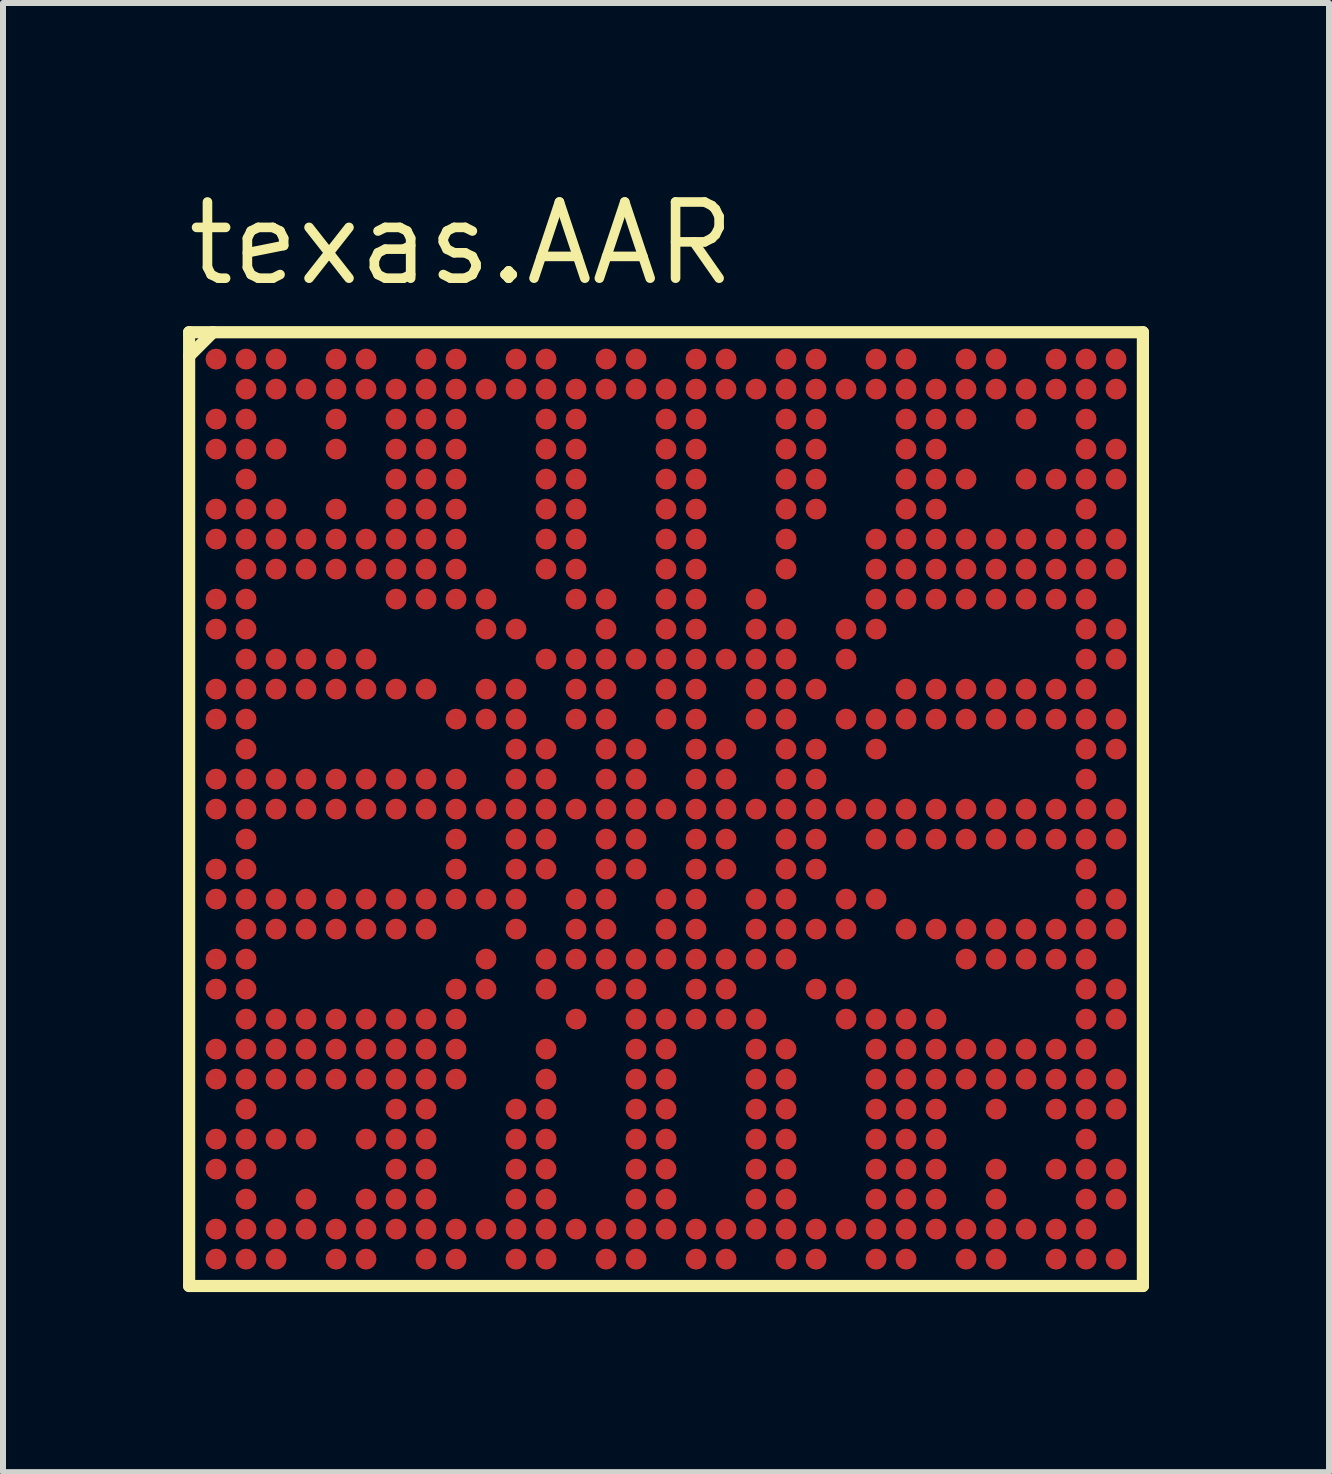
<source format=kicad_pcb>
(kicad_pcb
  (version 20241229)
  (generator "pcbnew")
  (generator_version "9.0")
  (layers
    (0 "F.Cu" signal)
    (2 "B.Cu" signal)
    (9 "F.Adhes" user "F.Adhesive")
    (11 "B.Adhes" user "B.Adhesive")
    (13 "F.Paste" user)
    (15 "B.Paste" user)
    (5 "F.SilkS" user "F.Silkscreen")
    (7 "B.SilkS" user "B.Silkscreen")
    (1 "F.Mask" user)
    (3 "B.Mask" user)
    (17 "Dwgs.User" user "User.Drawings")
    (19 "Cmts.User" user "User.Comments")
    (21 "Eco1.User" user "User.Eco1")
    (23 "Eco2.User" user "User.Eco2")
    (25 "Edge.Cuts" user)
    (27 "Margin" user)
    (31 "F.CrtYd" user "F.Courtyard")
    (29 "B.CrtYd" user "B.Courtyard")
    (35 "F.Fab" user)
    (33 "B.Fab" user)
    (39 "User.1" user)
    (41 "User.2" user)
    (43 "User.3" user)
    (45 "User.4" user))
  (footprint "texas.AAR"
    (layer "F.Cu")
    (at 8.05 10.435)
    (property "Reference" "texas.AAR" (at -8.05 -8.685 0) (layer "F.SilkS") (effects (font (size 1.27 1.27) (thickness 0.16)) (justify left bottom)))
    (attr smd)
    (fp_circle (center -7.5 -7.5) (end -7.325 -7.5) (stroke (width 0.1) (type default)) (fill no) (layer "F.Mask"))
    (fp_circle (center -7.5 -6.5) (end -7.325 -6.5) (stroke (width 0.1) (type default)) (fill no) (layer "F.Mask"))
    (fp_circle (center -7.5 -6) (end -7.325 -6) (stroke (width 0.1) (type default)) (fill no) (layer "F.Mask"))
    (fp_circle (center -7.5 -5) (end -7.325 -5) (stroke (width 0.1) (type default)) (fill no) (layer "F.Mask"))
    (fp_circle (center -7.5 -4.5) (end -7.325 -4.5) (stroke (width 0.1) (type default)) (fill no) (layer "F.Mask"))
    (fp_circle (center -7.5 -3.5) (end -7.325 -3.5) (stroke (width 0.1) (type default)) (fill no) (layer "F.Mask"))
    (fp_circle (center -7.5 -3) (end -7.325 -3) (stroke (width 0.1) (type default)) (fill no) (layer "F.Mask"))
    (fp_circle (center -7.5 -2) (end -7.325 -2) (stroke (width 0.1) (type default)) (fill no) (layer "F.Mask"))
    (fp_circle (center -7.5 -1.5) (end -7.325 -1.5) (stroke (width 0.1) (type default)) (fill no) (layer "F.Mask"))
    (fp_circle (center -7.5 -0.5) (end -7.325 -0.5) (stroke (width 0.1) (type default)) (fill no) (layer "F.Mask"))
    (fp_circle (center -7.5 0) (end -7.325 0) (stroke (width 0.1) (type default)) (fill no) (layer "F.Mask"))
    (fp_circle (center -7.5 1) (end -7.325 1) (stroke (width 0.1) (type default)) (fill no) (layer "F.Mask"))
    (fp_circle (center -7.5 1.5) (end -7.325 1.5) (stroke (width 0.1) (type default)) (fill no) (layer "F.Mask"))
    (fp_circle (center -7.5 2.5) (end -7.325 2.5) (stroke (width 0.1) (type default)) (fill no) (layer "F.Mask"))
    (fp_circle (center -7.5 3) (end -7.325 3) (stroke (width 0.1) (type default)) (fill no) (layer "F.Mask"))
    (fp_circle (center -7.5 4) (end -7.325 4) (stroke (width 0.1) (type default)) (fill no) (layer "F.Mask"))
    (fp_circle (center -7.5 4.5) (end -7.325 4.5) (stroke (width 0.1) (type default)) (fill no) (layer "F.Mask"))
    (fp_circle (center -7.5 5.5) (end -7.325 5.5) (stroke (width 0.1) (type default)) (fill no) (layer "F.Mask"))
    (fp_circle (center -7.5 6) (end -7.325 6) (stroke (width 0.1) (type default)) (fill no) (layer "F.Mask"))
    (fp_circle (center -7.5 7) (end -7.325 7) (stroke (width 0.1) (type default)) (fill no) (layer "F.Mask"))
    (fp_circle (center -7.5 7.5) (end -7.325 7.5) (stroke (width 0.1) (type default)) (fill no) (layer "F.Mask"))
    (fp_circle (center -7 -7.5) (end -6.825 -7.5) (stroke (width 0.1) (type default)) (fill no) (layer "F.Mask"))
    (fp_circle (center -7 -7) (end -6.825 -7) (stroke (width 0.1) (type default)) (fill no) (layer "F.Mask"))
    (fp_circle (center -7 -6.5) (end -6.825 -6.5) (stroke (width 0.1) (type default)) (fill no) (layer "F.Mask"))
    (fp_circle (center -7 -6) (end -6.825 -6) (stroke (width 0.1) (type default)) (fill no) (layer "F.Mask"))
    (fp_circle (center -7 -5.5) (end -6.825 -5.5) (stroke (width 0.1) (type default)) (fill no) (layer "F.Mask"))
    (fp_circle (center -7 -5) (end -6.825 -5) (stroke (width 0.1) (type default)) (fill no) (layer "F.Mask"))
    (fp_circle (center -7 -4.5) (end -6.825 -4.5) (stroke (width 0.1) (type default)) (fill no) (layer "F.Mask"))
    (fp_circle (center -7 -4) (end -6.825 -4) (stroke (width 0.1) (type default)) (fill no) (layer "F.Mask"))
    (fp_circle (center -7 -3.5) (end -6.825 -3.5) (stroke (width 0.1) (type default)) (fill no) (layer "F.Mask"))
    (fp_circle (center -7 -3) (end -6.825 -3) (stroke (width 0.1) (type default)) (fill no) (layer "F.Mask"))
    (fp_circle (center -7 -2.5) (end -6.825 -2.5) (stroke (width 0.1) (type default)) (fill no) (layer "F.Mask"))
    (fp_circle (center -7 -2) (end -6.825 -2) (stroke (width 0.1) (type default)) (fill no) (layer "F.Mask"))
    (fp_circle (center -7 -1.5) (end -6.825 -1.5) (stroke (width 0.1) (type default)) (fill no) (layer "F.Mask"))
    (fp_circle (center -7 -1) (end -6.825 -1) (stroke (width 0.1) (type default)) (fill no) (layer "F.Mask"))
    (fp_circle (center -7 -0.5) (end -6.825 -0.5) (stroke (width 0.1) (type default)) (fill no) (layer "F.Mask"))
    (fp_circle (center -7 0) (end -6.825 0) (stroke (width 0.1) (type default)) (fill no) (layer "F.Mask"))
    (fp_circle (center -7 0.5) (end -6.825 0.5) (stroke (width 0.1) (type default)) (fill no) (layer "F.Mask"))
    (fp_circle (center -7 1) (end -6.825 1) (stroke (width 0.1) (type default)) (fill no) (layer "F.Mask"))
    (fp_circle (center -7 1.5) (end -6.825 1.5) (stroke (width 0.1) (type default)) (fill no) (layer "F.Mask"))
    (fp_circle (center -7 2) (end -6.825 2) (stroke (width 0.1) (type default)) (fill no) (layer "F.Mask"))
    (fp_circle (center -7 2.5) (end -6.825 2.5) (stroke (width 0.1) (type default)) (fill no) (layer "F.Mask"))
    (fp_circle (center -7 3) (end -6.825 3) (stroke (width 0.1) (type default)) (fill no) (layer "F.Mask"))
    (fp_circle (center -7 3.5) (end -6.825 3.5) (stroke (width 0.1) (type default)) (fill no) (layer "F.Mask"))
    (fp_circle (center -7 4) (end -6.825 4) (stroke (width 0.1) (type default)) (fill no) (layer "F.Mask"))
    (fp_circle (center -7 4.5) (end -6.825 4.5) (stroke (width 0.1) (type default)) (fill no) (layer "F.Mask"))
    (fp_circle (center -7 5) (end -6.825 5) (stroke (width 0.1) (type default)) (fill no) (layer "F.Mask"))
    (fp_circle (center -7 5.5) (end -6.825 5.5) (stroke (width 0.1) (type default)) (fill no) (layer "F.Mask"))
    (fp_circle (center -7 6) (end -6.825 6) (stroke (width 0.1) (type default)) (fill no) (layer "F.Mask"))
    (fp_circle (center -7 6.5) (end -6.825 6.5) (stroke (width 0.1) (type default)) (fill no) (layer "F.Mask"))
    (fp_circle (center -7 7) (end -6.825 7) (stroke (width 0.1) (type default)) (fill no) (layer "F.Mask"))
    (fp_circle (center -7 7.5) (end -6.825 7.5) (stroke (width 0.1) (type default)) (fill no) (layer "F.Mask"))
    (fp_circle (center -6.5 -7.5) (end -6.325 -7.5) (stroke (width 0.1) (type default)) (fill no) (layer "F.Mask"))
    (fp_circle (center -6.5 -7) (end -6.325 -7) (stroke (width 0.1) (type default)) (fill no) (layer "F.Mask"))
    (fp_circle (center -6.5 -6) (end -6.325 -6) (stroke (width 0.1) (type default)) (fill no) (layer "F.Mask"))
    (fp_circle (center -6.5 -5) (end -6.325 -5) (stroke (width 0.1) (type default)) (fill no) (layer "F.Mask"))
    (fp_circle (center -6.5 -4.5) (end -6.325 -4.5) (stroke (width 0.1) (type default)) (fill no) (layer "F.Mask"))
    (fp_circle (center -6.5 -4) (end -6.325 -4) (stroke (width 0.1) (type default)) (fill no) (layer "F.Mask"))
    (fp_circle (center -6.5 -2.5) (end -6.325 -2.5) (stroke (width 0.1) (type default)) (fill no) (layer "F.Mask"))
    (fp_circle (center -6.5 -2) (end -6.325 -2) (stroke (width 0.1) (type default)) (fill no) (layer "F.Mask"))
    (fp_circle (center -6.5 -0.5) (end -6.325 -0.5) (stroke (width 0.1) (type default)) (fill no) (layer "F.Mask"))
    (fp_circle (center -6.5 0) (end -6.325 0) (stroke (width 0.1) (type default)) (fill no) (layer "F.Mask"))
    (fp_circle (center -6.5 1.5) (end -6.325 1.5) (stroke (width 0.1) (type default)) (fill no) (layer "F.Mask"))
    (fp_circle (center -6.5 2) (end -6.325 2) (stroke (width 0.1) (type default)) (fill no) (layer "F.Mask"))
    (fp_circle (center -6.5 3.5) (end -6.325 3.5) (stroke (width 0.1) (type default)) (fill no) (layer "F.Mask"))
    (fp_circle (center -6.5 4) (end -6.325 4) (stroke (width 0.1) (type default)) (fill no) (layer "F.Mask"))
    (fp_circle (center -6.5 4.5) (end -6.325 4.5) (stroke (width 0.1) (type default)) (fill no) (layer "F.Mask"))
    (fp_circle (center -6.5 5.5) (end -6.325 5.5) (stroke (width 0.1) (type default)) (fill no) (layer "F.Mask"))
    (fp_circle (center -6.5 7) (end -6.325 7) (stroke (width 0.1) (type default)) (fill no) (layer "F.Mask"))
    (fp_circle (center -6.5 7.5) (end -6.325 7.5) (stroke (width 0.1) (type default)) (fill no) (layer "F.Mask"))
    (fp_circle (center -6 -7) (end -5.825 -7) (stroke (width 0.1) (type default)) (fill no) (layer "F.Mask"))
    (fp_circle (center -6 -4.5) (end -5.825 -4.5) (stroke (width 0.1) (type default)) (fill no) (layer "F.Mask"))
    (fp_circle (center -6 -4) (end -5.825 -4) (stroke (width 0.1) (type default)) (fill no) (layer "F.Mask"))
    (fp_circle (center -6 -2.5) (end -5.825 -2.5) (stroke (width 0.1) (type default)) (fill no) (layer "F.Mask"))
    (fp_circle (center -6 -2) (end -5.825 -2) (stroke (width 0.1) (type default)) (fill no) (layer "F.Mask"))
    (fp_circle (center -6 -0.5) (end -5.825 -0.5) (stroke (width 0.1) (type default)) (fill no) (layer "F.Mask"))
    (fp_circle (center -6 0) (end -5.825 0) (stroke (width 0.1) (type default)) (fill no) (layer "F.Mask"))
    (fp_circle (center -6 1.5) (end -5.825 1.5) (stroke (width 0.1) (type default)) (fill no) (layer "F.Mask"))
    (fp_circle (center -6 2) (end -5.825 2) (stroke (width 0.1) (type default)) (fill no) (layer "F.Mask"))
    (fp_circle (center -6 3.5) (end -5.825 3.5) (stroke (width 0.1) (type default)) (fill no) (layer "F.Mask"))
    (fp_circle (center -6 4) (end -5.825 4) (stroke (width 0.1) (type default)) (fill no) (layer "F.Mask"))
    (fp_circle (center -6 4.5) (end -5.825 4.5) (stroke (width 0.1) (type default)) (fill no) (layer "F.Mask"))
    (fp_circle (center -6 5.5) (end -5.825 5.5) (stroke (width 0.1) (type default)) (fill no) (layer "F.Mask"))
    (fp_circle (center -6 6.5) (end -5.825 6.5) (stroke (width 0.1) (type default)) (fill no) (layer "F.Mask"))
    (fp_circle (center -6 7) (end -5.825 7) (stroke (width 0.1) (type default)) (fill no) (layer "F.Mask"))
    (fp_circle (center -5.5 -7.5) (end -5.325 -7.5) (stroke (width 0.1) (type default)) (fill no) (layer "F.Mask"))
    (fp_circle (center -5.5 -7) (end -5.325 -7) (stroke (width 0.1) (type default)) (fill no) (layer "F.Mask"))
    (fp_circle (center -5.5 -6.5) (end -5.325 -6.5) (stroke (width 0.1) (type default)) (fill no) (layer "F.Mask"))
    (fp_circle (center -5.5 -6) (end -5.325 -6) (stroke (width 0.1) (type default)) (fill no) (layer "F.Mask"))
    (fp_circle (center -5.5 -5) (end -5.325 -5) (stroke (width 0.1) (type default)) (fill no) (layer "F.Mask"))
    (fp_circle (center -5.5 -4.5) (end -5.325 -4.5) (stroke (width 0.1) (type default)) (fill no) (layer "F.Mask"))
    (fp_circle (center -5.5 -4) (end -5.325 -4) (stroke (width 0.1) (type default)) (fill no) (layer "F.Mask"))
    (fp_circle (center -5.5 -2.5) (end -5.325 -2.5) (stroke (width 0.1) (type default)) (fill no) (layer "F.Mask"))
    (fp_circle (center -5.5 -2) (end -5.325 -2) (stroke (width 0.1) (type default)) (fill no) (layer "F.Mask"))
    (fp_circle (center -5.5 -0.5) (end -5.325 -0.5) (stroke (width 0.1) (type default)) (fill no) (layer "F.Mask"))
    (fp_circle (center -5.5 0) (end -5.325 0) (stroke (width 0.1) (type default)) (fill no) (layer "F.Mask"))
    (fp_circle (center -5.5 1.5) (end -5.325 1.5) (stroke (width 0.1) (type default)) (fill no) (layer "F.Mask"))
    (fp_circle (center -5.5 2) (end -5.325 2) (stroke (width 0.1) (type default)) (fill no) (layer "F.Mask"))
    (fp_circle (center -5.5 3.5) (end -5.325 3.5) (stroke (width 0.1) (type default)) (fill no) (layer "F.Mask"))
    (fp_circle (center -5.5 4) (end -5.325 4) (stroke (width 0.1) (type default)) (fill no) (layer "F.Mask"))
    (fp_circle (center -5.5 4.5) (end -5.325 4.5) (stroke (width 0.1) (type default)) (fill no) (layer "F.Mask"))
    (fp_circle (center -5.5 7) (end -5.325 7) (stroke (width 0.1) (type default)) (fill no) (layer "F.Mask"))
    (fp_circle (center -5.5 7.5) (end -5.325 7.5) (stroke (width 0.1) (type default)) (fill no) (layer "F.Mask"))
    (fp_circle (center -5 -7.5) (end -4.825 -7.5) (stroke (width 0.1) (type default)) (fill no) (layer "F.Mask"))
    (fp_circle (center -5 -7) (end -4.825 -7) (stroke (width 0.1) (type default)) (fill no) (layer "F.Mask"))
    (fp_circle (center -5 -4.5) (end -4.825 -4.5) (stroke (width 0.1) (type default)) (fill no) (layer "F.Mask"))
    (fp_circle (center -5 -4) (end -4.825 -4) (stroke (width 0.1) (type default)) (fill no) (layer "F.Mask"))
    (fp_circle (center -5 -2.5) (end -4.825 -2.5) (stroke (width 0.1) (type default)) (fill no) (layer "F.Mask"))
    (fp_circle (center -5 -2) (end -4.825 -2) (stroke (width 0.1) (type default)) (fill no) (layer "F.Mask"))
    (fp_circle (center -5 -0.5) (end -4.825 -0.5) (stroke (width 0.1) (type default)) (fill no) (layer "F.Mask"))
    (fp_circle (center -5 0) (end -4.825 0) (stroke (width 0.1) (type default)) (fill no) (layer "F.Mask"))
    (fp_circle (center -5 1.5) (end -4.825 1.5) (stroke (width 0.1) (type default)) (fill no) (layer "F.Mask"))
    (fp_circle (center -5 2) (end -4.825 2) (stroke (width 0.1) (type default)) (fill no) (layer "F.Mask"))
    (fp_circle (center -5 3.5) (end -4.825 3.5) (stroke (width 0.1) (type default)) (fill no) (layer "F.Mask"))
    (fp_circle (center -5 4) (end -4.825 4) (stroke (width 0.1) (type default)) (fill no) (layer "F.Mask"))
    (fp_circle (center -5 4.5) (end -4.825 4.5) (stroke (width 0.1) (type default)) (fill no) (layer "F.Mask"))
    (fp_circle (center -5 5.5) (end -4.825 5.5) (stroke (width 0.1) (type default)) (fill no) (layer "F.Mask"))
    (fp_circle (center -5 6.5) (end -4.825 6.5) (stroke (width 0.1) (type default)) (fill no) (layer "F.Mask"))
    (fp_circle (center -5 7) (end -4.825 7) (stroke (width 0.1) (type default)) (fill no) (layer "F.Mask"))
    (fp_circle (center -5 7.5) (end -4.825 7.5) (stroke (width 0.1) (type default)) (fill no) (layer "F.Mask"))
    (fp_circle (center -4.5 -7) (end -4.325 -7) (stroke (width 0.1) (type default)) (fill no) (layer "F.Mask"))
    (fp_circle (center -4.5 -6.5) (end -4.325 -6.5) (stroke (width 0.1) (type default)) (fill no) (layer "F.Mask"))
    (fp_circle (center -4.5 -6) (end -4.325 -6) (stroke (width 0.1) (type default)) (fill no) (layer "F.Mask"))
    (fp_circle (center -4.5 -5.5) (end -4.325 -5.5) (stroke (width 0.1) (type default)) (fill no) (layer "F.Mask"))
    (fp_circle (center -4.5 -5) (end -4.325 -5) (stroke (width 0.1) (type default)) (fill no) (layer "F.Mask"))
    (fp_circle (center -4.5 -4.5) (end -4.325 -4.5) (stroke (width 0.1) (type default)) (fill no) (layer "F.Mask"))
    (fp_circle (center -4.5 -4) (end -4.325 -4) (stroke (width 0.1) (type default)) (fill no) (layer "F.Mask"))
    (fp_circle (center -4.5 -3.5) (end -4.325 -3.5) (stroke (width 0.1) (type default)) (fill no) (layer "F.Mask"))
    (fp_circle (center -4.5 -2) (end -4.325 -2) (stroke (width 0.1) (type default)) (fill no) (layer "F.Mask"))
    (fp_circle (center -4.5 -0.5) (end -4.325 -0.5) (stroke (width 0.1) (type default)) (fill no) (layer "F.Mask"))
    (fp_circle (center -4.5 0) (end -4.325 0) (stroke (width 0.1) (type default)) (fill no) (layer "F.Mask"))
    (fp_circle (center -4.5 1.5) (end -4.325 1.5) (stroke (width 0.1) (type default)) (fill no) (layer "F.Mask"))
    (fp_circle (center -4.5 2) (end -4.325 2) (stroke (width 0.1) (type default)) (fill no) (layer "F.Mask"))
    (fp_circle (center -4.5 3.5) (end -4.325 3.5) (stroke (width 0.1) (type default)) (fill no) (layer "F.Mask"))
    (fp_circle (center -4.5 4) (end -4.325 4) (stroke (width 0.1) (type default)) (fill no) (layer "F.Mask"))
    (fp_circle (center -4.5 4.5) (end -4.325 4.5) (stroke (width 0.1) (type default)) (fill no) (layer "F.Mask"))
    (fp_circle (center -4.5 5) (end -4.325 5) (stroke (width 0.1) (type default)) (fill no) (layer "F.Mask"))
    (fp_circle (center -4.5 5.5) (end -4.325 5.5) (stroke (width 0.1) (type default)) (fill no) (layer "F.Mask"))
    (fp_circle (center -4.5 6) (end -4.325 6) (stroke (width 0.1) (type default)) (fill no) (layer "F.Mask"))
    (fp_circle (center -4.5 6.5) (end -4.325 6.5) (stroke (width 0.1) (type default)) (fill no) (layer "F.Mask"))
    (fp_circle (center -4.5 7) (end -4.325 7) (stroke (width 0.1) (type default)) (fill no) (layer "F.Mask"))
    (fp_circle (center -4 -7.5) (end -3.825 -7.5) (stroke (width 0.1) (type default)) (fill no) (layer "F.Mask"))
    (fp_circle (center -4 -7) (end -3.825 -7) (stroke (width 0.1) (type default)) (fill no) (layer "F.Mask"))
    (fp_circle (center -4 -6.5) (end -3.825 -6.5) (stroke (width 0.1) (type default)) (fill no) (layer "F.Mask"))
    (fp_circle (center -4 -6) (end -3.825 -6) (stroke (width 0.1) (type default)) (fill no) (layer "F.Mask"))
    (fp_circle (center -4 -5.5) (end -3.825 -5.5) (stroke (width 0.1) (type default)) (fill no) (layer "F.Mask"))
    (fp_circle (center -4 -5) (end -3.825 -5) (stroke (width 0.1) (type default)) (fill no) (layer "F.Mask"))
    (fp_circle (center -4 -4.5) (end -3.825 -4.5) (stroke (width 0.1) (type default)) (fill no) (layer "F.Mask"))
    (fp_circle (center -4 -4) (end -3.825 -4) (stroke (width 0.1) (type default)) (fill no) (layer "F.Mask"))
    (fp_circle (center -4 -3.5) (end -3.825 -3.5) (stroke (width 0.1) (type default)) (fill no) (layer "F.Mask"))
    (fp_circle (center -4 -2) (end -3.825 -2) (stroke (width 0.1) (type default)) (fill no) (layer "F.Mask"))
    (fp_circle (center -4 -0.5) (end -3.825 -0.5) (stroke (width 0.1) (type default)) (fill no) (layer "F.Mask"))
    (fp_circle (center -4 0) (end -3.825 0) (stroke (width 0.1) (type default)) (fill no) (layer "F.Mask"))
    (fp_circle (center -4 1.5) (end -3.825 1.5) (stroke (width 0.1) (type default)) (fill no) (layer "F.Mask"))
    (fp_circle (center -4 2) (end -3.825 2) (stroke (width 0.1) (type default)) (fill no) (layer "F.Mask"))
    (fp_circle (center -4 3.5) (end -3.825 3.5) (stroke (width 0.1) (type default)) (fill no) (layer "F.Mask"))
    (fp_circle (center -4 4) (end -3.825 4) (stroke (width 0.1) (type default)) (fill no) (layer "F.Mask"))
    (fp_circle (center -4 4.5) (end -3.825 4.5) (stroke (width 0.1) (type default)) (fill no) (layer "F.Mask"))
    (fp_circle (center -4 5) (end -3.825 5) (stroke (width 0.1) (type default)) (fill no) (layer "F.Mask"))
    (fp_circle (center -4 5.5) (end -3.825 5.5) (stroke (width 0.1) (type default)) (fill no) (layer "F.Mask"))
    (fp_circle (center -4 6) (end -3.825 6) (stroke (width 0.1) (type default)) (fill no) (layer "F.Mask"))
    (fp_circle (center -4 6.5) (end -3.825 6.5) (stroke (width 0.1) (type default)) (fill no) (layer "F.Mask"))
    (fp_circle (center -4 7) (end -3.825 7) (stroke (width 0.1) (type default)) (fill no) (layer "F.Mask"))
    (fp_circle (center -4 7.5) (end -3.825 7.5) (stroke (width 0.1) (type default)) (fill no) (layer "F.Mask"))
    (fp_circle (center -3.5 -7.5) (end -3.325 -7.5) (stroke (width 0.1) (type default)) (fill no) (layer "F.Mask"))
    (fp_circle (center -3.5 -7) (end -3.325 -7) (stroke (width 0.1) (type default)) (fill no) (layer "F.Mask"))
    (fp_circle (center -3.5 -6.5) (end -3.325 -6.5) (stroke (width 0.1) (type default)) (fill no) (layer "F.Mask"))
    (fp_circle (center -3.5 -6) (end -3.325 -6) (stroke (width 0.1) (type default)) (fill no) (layer "F.Mask"))
    (fp_circle (center -3.5 -5.5) (end -3.325 -5.5) (stroke (width 0.1) (type default)) (fill no) (layer "F.Mask"))
    (fp_circle (center -3.5 -5) (end -3.325 -5) (stroke (width 0.1) (type default)) (fill no) (layer "F.Mask"))
    (fp_circle (center -3.5 -4.5) (end -3.325 -4.5) (stroke (width 0.1) (type default)) (fill no) (layer "F.Mask"))
    (fp_circle (center -3.5 -4) (end -3.325 -4) (stroke (width 0.1) (type default)) (fill no) (layer "F.Mask"))
    (fp_circle (center -3.5 -3.5) (end -3.325 -3.5) (stroke (width 0.1) (type default)) (fill no) (layer "F.Mask"))
    (fp_circle (center -3.5 -1.5) (end -3.325 -1.5) (stroke (width 0.1) (type default)) (fill no) (layer "F.Mask"))
    (fp_circle (center -3.5 -0.5) (end -3.325 -0.5) (stroke (width 0.1) (type default)) (fill no) (layer "F.Mask"))
    (fp_circle (center -3.5 0) (end -3.325 0) (stroke (width 0.1) (type default)) (fill no) (layer "F.Mask"))
    (fp_circle (center -3.5 0.5) (end -3.325 0.5) (stroke (width 0.1) (type default)) (fill no) (layer "F.Mask"))
    (fp_circle (center -3.5 1) (end -3.325 1) (stroke (width 0.1) (type default)) (fill no) (layer "F.Mask"))
    (fp_circle (center -3.5 1.5) (end -3.325 1.5) (stroke (width 0.1) (type default)) (fill no) (layer "F.Mask"))
    (fp_circle (center -3.5 3) (end -3.325 3) (stroke (width 0.1) (type default)) (fill no) (layer "F.Mask"))
    (fp_circle (center -3.5 3.5) (end -3.325 3.5) (stroke (width 0.1) (type default)) (fill no) (layer "F.Mask"))
    (fp_circle (center -3.5 4) (end -3.325 4) (stroke (width 0.1) (type default)) (fill no) (layer "F.Mask"))
    (fp_circle (center -3.5 4.5) (end -3.325 4.5) (stroke (width 0.1) (type default)) (fill no) (layer "F.Mask"))
    (fp_circle (center -3.5 7) (end -3.325 7) (stroke (width 0.1) (type default)) (fill no) (layer "F.Mask"))
    (fp_circle (center -3.5 7.5) (end -3.325 7.5) (stroke (width 0.1) (type default)) (fill no) (layer "F.Mask"))
    (fp_circle (center -3 -7) (end -2.825 -7) (stroke (width 0.1) (type default)) (fill no) (layer "F.Mask"))
    (fp_circle (center -3 -3.5) (end -2.825 -3.5) (stroke (width 0.1) (type default)) (fill no) (layer "F.Mask"))
    (fp_circle (center -3 -3) (end -2.825 -3) (stroke (width 0.1) (type default)) (fill no) (layer "F.Mask"))
    (fp_circle (center -3 -2) (end -2.825 -2) (stroke (width 0.1) (type default)) (fill no) (layer "F.Mask"))
    (fp_circle (center -3 -1.5) (end -2.825 -1.5) (stroke (width 0.1) (type default)) (fill no) (layer "F.Mask"))
    (fp_circle (center -3 0) (end -2.825 0) (stroke (width 0.1) (type default)) (fill no) (layer "F.Mask"))
    (fp_circle (center -3 1.5) (end -2.825 1.5) (stroke (width 0.1) (type default)) (fill no) (layer "F.Mask"))
    (fp_circle (center -3 2.5) (end -2.825 2.5) (stroke (width 0.1) (type default)) (fill no) (layer "F.Mask"))
    (fp_circle (center -3 3) (end -2.825 3) (stroke (width 0.1) (type default)) (fill no) (layer "F.Mask"))
    (fp_circle (center -3 7) (end -2.825 7) (stroke (width 0.1) (type default)) (fill no) (layer "F.Mask"))
    (fp_circle (center -2.5 -7.5) (end -2.325 -7.5) (stroke (width 0.1) (type default)) (fill no) (layer "F.Mask"))
    (fp_circle (center -2.5 -7) (end -2.325 -7) (stroke (width 0.1) (type default)) (fill no) (layer "F.Mask"))
    (fp_circle (center -2.5 -3) (end -2.325 -3) (stroke (width 0.1) (type default)) (fill no) (layer "F.Mask"))
    (fp_circle (center -2.5 -2) (end -2.325 -2) (stroke (width 0.1) (type default)) (fill no) (layer "F.Mask"))
    (fp_circle (center -2.5 -1.5) (end -2.325 -1.5) (stroke (width 0.1) (type default)) (fill no) (layer "F.Mask"))
    (fp_circle (center -2.5 -1) (end -2.325 -1) (stroke (width 0.1) (type default)) (fill no) (layer "F.Mask"))
    (fp_circle (center -2.5 -0.5) (end -2.325 -0.5) (stroke (width 0.1) (type default)) (fill no) (layer "F.Mask"))
    (fp_circle (center -2.5 0) (end -2.325 0) (stroke (width 0.1) (type default)) (fill no) (layer "F.Mask"))
    (fp_circle (center -2.5 0.5) (end -2.325 0.5) (stroke (width 0.1) (type default)) (fill no) (layer "F.Mask"))
    (fp_circle (center -2.5 1) (end -2.325 1) (stroke (width 0.1) (type default)) (fill no) (layer "F.Mask"))
    (fp_circle (center -2.5 1.5) (end -2.325 1.5) (stroke (width 0.1) (type default)) (fill no) (layer "F.Mask"))
    (fp_circle (center -2.5 2) (end -2.325 2) (stroke (width 0.1) (type default)) (fill no) (layer "F.Mask"))
    (fp_circle (center -2.5 5) (end -2.325 5) (stroke (width 0.1) (type default)) (fill no) (layer "F.Mask"))
    (fp_circle (center -2.5 5.5) (end -2.325 5.5) (stroke (width 0.1) (type default)) (fill no) (layer "F.Mask"))
    (fp_circle (center -2.5 6) (end -2.325 6) (stroke (width 0.1) (type default)) (fill no) (layer "F.Mask"))
    (fp_circle (center -2.5 6.5) (end -2.325 6.5) (stroke (width 0.1) (type default)) (fill no) (layer "F.Mask"))
    (fp_circle (center -2.5 7) (end -2.325 7) (stroke (width 0.1) (type default)) (fill no) (layer "F.Mask"))
    (fp_circle (center -2.5 7.5) (end -2.325 7.5) (stroke (width 0.1) (type default)) (fill no) (layer "F.Mask"))
    (fp_circle (center -2 -7.5) (end -1.825 -7.5) (stroke (width 0.1) (type default)) (fill no) (layer "F.Mask"))
    (fp_circle (center -2 -7) (end -1.825 -7) (stroke (width 0.1) (type default)) (fill no) (layer "F.Mask"))
    (fp_circle (center -2 -6.5) (end -1.825 -6.5) (stroke (width 0.1) (type default)) (fill no) (layer "F.Mask"))
    (fp_circle (center -2 -6) (end -1.825 -6) (stroke (width 0.1) (type default)) (fill no) (layer "F.Mask"))
    (fp_circle (center -2 -5.5) (end -1.825 -5.5) (stroke (width 0.1) (type default)) (fill no) (layer "F.Mask"))
    (fp_circle (center -2 -5) (end -1.825 -5) (stroke (width 0.1) (type default)) (fill no) (layer "F.Mask"))
    (fp_circle (center -2 -4.5) (end -1.825 -4.5) (stroke (width 0.1) (type default)) (fill no) (layer "F.Mask"))
    (fp_circle (center -2 -4) (end -1.825 -4) (stroke (width 0.1) (type default)) (fill no) (layer "F.Mask"))
    (fp_circle (center -2 -2.5) (end -1.825 -2.5) (stroke (width 0.1) (type default)) (fill no) (layer "F.Mask"))
    (fp_circle (center -2 -1) (end -1.825 -1) (stroke (width 0.1) (type default)) (fill no) (layer "F.Mask"))
    (fp_circle (center -2 -0.5) (end -1.825 -0.5) (stroke (width 0.1) (type default)) (fill no) (layer "F.Mask"))
    (fp_circle (center -2 0) (end -1.825 0) (stroke (width 0.1) (type default)) (fill no) (layer "F.Mask"))
    (fp_circle (center -2 0.5) (end -1.825 0.5) (stroke (width 0.1) (type default)) (fill no) (layer "F.Mask"))
    (fp_circle (center -2 1) (end -1.825 1) (stroke (width 0.1) (type default)) (fill no) (layer "F.Mask"))
    (fp_circle (center -2 2.5) (end -1.825 2.5) (stroke (width 0.1) (type default)) (fill no) (layer "F.Mask"))
    (fp_circle (center -2 3) (end -1.825 3) (stroke (width 0.1) (type default)) (fill no) (layer "F.Mask"))
    (fp_circle (center -2 4) (end -1.825 4) (stroke (width 0.1) (type default)) (fill no) (layer "F.Mask"))
    (fp_circle (center -2 4.5) (end -1.825 4.5) (stroke (width 0.1) (type default)) (fill no) (layer "F.Mask"))
    (fp_circle (center -2 5) (end -1.825 5) (stroke (width 0.1) (type default)) (fill no) (layer "F.Mask"))
    (fp_circle (center -2 5.5) (end -1.825 5.5) (stroke (width 0.1) (type default)) (fill no) (layer "F.Mask"))
    (fp_circle (center -2 6) (end -1.825 6) (stroke (width 0.1) (type default)) (fill no) (layer "F.Mask"))
    (fp_circle (center -2 6.5) (end -1.825 6.5) (stroke (width 0.1) (type default)) (fill no) (layer "F.Mask"))
    (fp_circle (center -2 7) (end -1.825 7) (stroke (width 0.1) (type default)) (fill no) (layer "F.Mask"))
    (fp_circle (center -2 7.5) (end -1.825 7.5) (stroke (width 0.1) (type default)) (fill no) (layer "F.Mask"))
    (fp_circle (center -1.5 -7) (end -1.325 -7) (stroke (width 0.1) (type default)) (fill no) (layer "F.Mask"))
    (fp_circle (center -1.5 -6.5) (end -1.325 -6.5) (stroke (width 0.1) (type default)) (fill no) (layer "F.Mask"))
    (fp_circle (center -1.5 -6) (end -1.325 -6) (stroke (width 0.1) (type default)) (fill no) (layer "F.Mask"))
    (fp_circle (center -1.5 -5.5) (end -1.325 -5.5) (stroke (width 0.1) (type default)) (fill no) (layer "F.Mask"))
    (fp_circle (center -1.5 -5) (end -1.325 -5) (stroke (width 0.1) (type default)) (fill no) (layer "F.Mask"))
    (fp_circle (center -1.5 -4.5) (end -1.325 -4.5) (stroke (width 0.1) (type default)) (fill no) (layer "F.Mask"))
    (fp_circle (center -1.5 -4) (end -1.325 -4) (stroke (width 0.1) (type default)) (fill no) (layer "F.Mask"))
    (fp_circle (center -1.5 -3.5) (end -1.325 -3.5) (stroke (width 0.1) (type default)) (fill no) (layer "F.Mask"))
    (fp_circle (center -1.5 -2.5) (end -1.325 -2.5) (stroke (width 0.1) (type default)) (fill no) (layer "F.Mask"))
    (fp_circle (center -1.5 -2) (end -1.325 -2) (stroke (width 0.1) (type default)) (fill no) (layer "F.Mask"))
    (fp_circle (center -1.5 -1.5) (end -1.325 -1.5) (stroke (width 0.1) (type default)) (fill no) (layer "F.Mask"))
    (fp_circle (center -1.5 0) (end -1.325 0) (stroke (width 0.1) (type default)) (fill no) (layer "F.Mask"))
    (fp_circle (center -1.5 1.5) (end -1.325 1.5) (stroke (width 0.1) (type default)) (fill no) (layer "F.Mask"))
    (fp_circle (center -1.5 2) (end -1.325 2) (stroke (width 0.1) (type default)) (fill no) (layer "F.Mask"))
    (fp_circle (center -1.5 2.5) (end -1.325 2.5) (stroke (width 0.1) (type default)) (fill no) (layer "F.Mask"))
    (fp_circle (center -1.5 3.5) (end -1.325 3.5) (stroke (width 0.1) (type default)) (fill no) (layer "F.Mask"))
    (fp_circle (center -1.5 7) (end -1.325 7) (stroke (width 0.1) (type default)) (fill no) (layer "F.Mask"))
    (fp_circle (center -1 -7.5) (end -0.825 -7.5) (stroke (width 0.1) (type default)) (fill no) (layer "F.Mask"))
    (fp_circle (center -1 -7) (end -0.825 -7) (stroke (width 0.1) (type default)) (fill no) (layer "F.Mask"))
    (fp_circle (center -1 -3.5) (end -0.825 -3.5) (stroke (width 0.1) (type default)) (fill no) (layer "F.Mask"))
    (fp_circle (center -1 -3) (end -0.825 -3) (stroke (width 0.1) (type default)) (fill no) (layer "F.Mask"))
    (fp_circle (center -1 -2.5) (end -0.825 -2.5) (stroke (width 0.1) (type default)) (fill no) (layer "F.Mask"))
    (fp_circle (center -1 -2) (end -0.825 -2) (stroke (width 0.1) (type default)) (fill no) (layer "F.Mask"))
    (fp_circle (center -1 -1.5) (end -0.825 -1.5) (stroke (width 0.1) (type default)) (fill no) (layer "F.Mask"))
    (fp_circle (center -1 -1) (end -0.825 -1) (stroke (width 0.1) (type default)) (fill no) (layer "F.Mask"))
    (fp_circle (center -1 -0.5) (end -0.825 -0.5) (stroke (width 0.1) (type default)) (fill no) (layer "F.Mask"))
    (fp_circle (center -1 0) (end -0.825 0) (stroke (width 0.1) (type default)) (fill no) (layer "F.Mask"))
    (fp_circle (center -1 0.5) (end -0.825 0.5) (stroke (width 0.1) (type default)) (fill no) (layer "F.Mask"))
    (fp_circle (center -1 1) (end -0.825 1) (stroke (width 0.1) (type default)) (fill no) (layer "F.Mask"))
    (fp_circle (center -1 1.5) (end -0.825 1.5) (stroke (width 0.1) (type default)) (fill no) (layer "F.Mask"))
    (fp_circle (center -1 2) (end -0.825 2) (stroke (width 0.1) (type default)) (fill no) (layer "F.Mask"))
    (fp_circle (center -1 2.5) (end -0.825 2.5) (stroke (width 0.1) (type default)) (fill no) (layer "F.Mask"))
    (fp_circle (center -1 3) (end -0.825 3) (stroke (width 0.1) (type default)) (fill no) (layer "F.Mask"))
    (fp_circle (center -1 7) (end -0.825 7) (stroke (width 0.1) (type default)) (fill no) (layer "F.Mask"))
    (fp_circle (center -1 7.5) (end -0.825 7.5) (stroke (width 0.1) (type default)) (fill no) (layer "F.Mask"))
    (fp_circle (center -0.5 -7.5) (end -0.325 -7.5) (stroke (width 0.1) (type default)) (fill no) (layer "F.Mask"))
    (fp_circle (center -0.5 -7) (end -0.325 -7) (stroke (width 0.1) (type default)) (fill no) (layer "F.Mask"))
    (fp_circle (center -0.5 -2.5) (end -0.325 -2.5) (stroke (width 0.1) (type default)) (fill no) (layer "F.Mask"))
    (fp_circle (center -0.5 -1) (end -0.325 -1) (stroke (width 0.1) (type default)) (fill no) (layer "F.Mask"))
    (fp_circle (center -0.5 -0.5) (end -0.325 -0.5) (stroke (width 0.1) (type default)) (fill no) (layer "F.Mask"))
    (fp_circle (center -0.5 0) (end -0.325 0) (stroke (width 0.1) (type default)) (fill no) (layer "F.Mask"))
    (fp_circle (center -0.5 0.5) (end -0.325 0.5) (stroke (width 0.1) (type default)) (fill no) (layer "F.Mask"))
    (fp_circle (center -0.5 1) (end -0.325 1) (stroke (width 0.1) (type default)) (fill no) (layer "F.Mask"))
    (fp_circle (center -0.5 2.5) (end -0.325 2.5) (stroke (width 0.1) (type default)) (fill no) (layer "F.Mask"))
    (fp_circle (center -0.5 3) (end -0.325 3) (stroke (width 0.1) (type default)) (fill no) (layer "F.Mask"))
    (fp_circle (center -0.5 3.5) (end -0.325 3.5) (stroke (width 0.1) (type default)) (fill no) (layer "F.Mask"))
    (fp_circle (center -0.5 4) (end -0.325 4) (stroke (width 0.1) (type default)) (fill no) (layer "F.Mask"))
    (fp_circle (center -0.5 4.5) (end -0.325 4.5) (stroke (width 0.1) (type default)) (fill no) (layer "F.Mask"))
    (fp_circle (center -0.5 5) (end -0.325 5) (stroke (width 0.1) (type default)) (fill no) (layer "F.Mask"))
    (fp_circle (center -0.5 5.5) (end -0.325 5.5) (stroke (width 0.1) (type default)) (fill no) (layer "F.Mask"))
    (fp_circle (center -0.5 6) (end -0.325 6) (stroke (width 0.1) (type default)) (fill no) (layer "F.Mask"))
    (fp_circle (center -0.5 6.5) (end -0.325 6.5) (stroke (width 0.1) (type default)) (fill no) (layer "F.Mask"))
    (fp_circle (center -0.5 7) (end -0.325 7) (stroke (width 0.1) (type default)) (fill no) (layer "F.Mask"))
    (fp_circle (center -0.5 7.5) (end -0.325 7.5) (stroke (width 0.1) (type default)) (fill no) (layer "F.Mask"))
    (fp_circle (center 0 -7) (end 0.175 -7) (stroke (width 0.1) (type default)) (fill no) (layer "F.Mask"))
    (fp_circle (center 0 -6.5) (end 0.175 -6.5) (stroke (width 0.1) (type default)) (fill no) (layer "F.Mask"))
    (fp_circle (center 0 -6) (end 0.175 -6) (stroke (width 0.1) (type default)) (fill no) (layer "F.Mask"))
    (fp_circle (center 0 -5.5) (end 0.175 -5.5) (stroke (width 0.1) (type default)) (fill no) (layer "F.Mask"))
    (fp_circle (center 0 -5) (end 0.175 -5) (stroke (width 0.1) (type default)) (fill no) (layer "F.Mask"))
    (fp_circle (center 0 -4.5) (end 0.175 -4.5) (stroke (width 0.1) (type default)) (fill no) (layer "F.Mask"))
    (fp_circle (center 0 -4) (end 0.175 -4) (stroke (width 0.1) (type default)) (fill no) (layer "F.Mask"))
    (fp_circle (center 0 -3.5) (end 0.175 -3.5) (stroke (width 0.1) (type default)) (fill no) (layer "F.Mask"))
    (fp_circle (center 0 -3) (end 0.175 -3) (stroke (width 0.1) (type default)) (fill no) (layer "F.Mask"))
    (fp_circle (center 0 -2.5) (end 0.175 -2.5) (stroke (width 0.1) (type default)) (fill no) (layer "F.Mask"))
    (fp_circle (center 0 -2) (end 0.175 -2) (stroke (width 0.1) (type default)) (fill no) (layer "F.Mask"))
    (fp_circle (center 0 -1.5) (end 0.175 -1.5) (stroke (width 0.1) (type default)) (fill no) (layer "F.Mask"))
    (fp_circle (center 0 0) (end 0.175 0) (stroke (width 0.1) (type default)) (fill no) (layer "F.Mask"))
    (fp_circle (center 0 1.5) (end 0.175 1.5) (stroke (width 0.1) (type default)) (fill no) (layer "F.Mask"))
    (fp_circle (center 0 2) (end 0.175 2) (stroke (width 0.1) (type default)) (fill no) (layer "F.Mask"))
    (fp_circle (center 0 2.5) (end 0.175 2.5) (stroke (width 0.1) (type default)) (fill no) (layer "F.Mask"))
    (fp_circle (center 0 3.5) (end 0.175 3.5) (stroke (width 0.1) (type default)) (fill no) (layer "F.Mask"))
    (fp_circle (center 0 4) (end 0.175 4) (stroke (width 0.1) (type default)) (fill no) (layer "F.Mask"))
    (fp_circle (center 0 4.5) (end 0.175 4.5) (stroke (width 0.1) (type default)) (fill no) (layer "F.Mask"))
    (fp_circle (center 0 5) (end 0.175 5) (stroke (width 0.1) (type default)) (fill no) (layer "F.Mask"))
    (fp_circle (center 0 5.5) (end 0.175 5.5) (stroke (width 0.1) (type default)) (fill no) (layer "F.Mask"))
    (fp_circle (center 0 6) (end 0.175 6) (stroke (width 0.1) (type default)) (fill no) (layer "F.Mask"))
    (fp_circle (center 0 6.5) (end 0.175 6.5) (stroke (width 0.1) (type default)) (fill no) (layer "F.Mask"))
    (fp_circle (center 0 7) (end 0.175 7) (stroke (width 0.1) (type default)) (fill no) (layer "F.Mask"))
    (fp_circle (center 0.5 -7.5) (end 0.675 -7.5) (stroke (width 0.1) (type default)) (fill no) (layer "F.Mask"))
    (fp_circle (center 0.5 -7) (end 0.675 -7) (stroke (width 0.1) (type default)) (fill no) (layer "F.Mask"))
    (fp_circle (center 0.5 -6.5) (end 0.675 -6.5) (stroke (width 0.1) (type default)) (fill no) (layer "F.Mask"))
    (fp_circle (center 0.5 -6) (end 0.675 -6) (stroke (width 0.1) (type default)) (fill no) (layer "F.Mask"))
    (fp_circle (center 0.5 -5.5) (end 0.675 -5.5) (stroke (width 0.1) (type default)) (fill no) (layer "F.Mask"))
    (fp_circle (center 0.5 -5) (end 0.675 -5) (stroke (width 0.1) (type default)) (fill no) (layer "F.Mask"))
    (fp_circle (center 0.5 -4.5) (end 0.675 -4.5) (stroke (width 0.1) (type default)) (fill no) (layer "F.Mask"))
    (fp_circle (center 0.5 -4) (end 0.675 -4) (stroke (width 0.1) (type default)) (fill no) (layer "F.Mask"))
    (fp_circle (center 0.5 -3.5) (end 0.675 -3.5) (stroke (width 0.1) (type default)) (fill no) (layer "F.Mask"))
    (fp_circle (center 0.5 -3) (end 0.675 -3) (stroke (width 0.1) (type default)) (fill no) (layer "F.Mask"))
    (fp_circle (center 0.5 -2.5) (end 0.675 -2.5) (stroke (width 0.1) (type default)) (fill no) (layer "F.Mask"))
    (fp_circle (center 0.5 -2) (end 0.675 -2) (stroke (width 0.1) (type default)) (fill no) (layer "F.Mask"))
    (fp_circle (center 0.5 -1.5) (end 0.675 -1.5) (stroke (width 0.1) (type default)) (fill no) (layer "F.Mask"))
    (fp_circle (center 0.5 -1) (end 0.675 -1) (stroke (width 0.1) (type default)) (fill no) (layer "F.Mask"))
    (fp_circle (center 0.5 -0.5) (end 0.675 -0.5) (stroke (width 0.1) (type default)) (fill no) (layer "F.Mask"))
    (fp_circle (center 0.5 0) (end 0.675 0) (stroke (width 0.1) (type default)) (fill no) (layer "F.Mask"))
    (fp_circle (center 0.5 0.5) (end 0.675 0.5) (stroke (width 0.1) (type default)) (fill no) (layer "F.Mask"))
    (fp_circle (center 0.5 1) (end 0.675 1) (stroke (width 0.1) (type default)) (fill no) (layer "F.Mask"))
    (fp_circle (center 0.5 1.5) (end 0.675 1.5) (stroke (width 0.1) (type default)) (fill no) (layer "F.Mask"))
    (fp_circle (center 0.5 2) (end 0.675 2) (stroke (width 0.1) (type default)) (fill no) (layer "F.Mask"))
    (fp_circle (center 0.5 2.5) (end 0.675 2.5) (stroke (width 0.1) (type default)) (fill no) (layer "F.Mask"))
    (fp_circle (center 0.5 3) (end 0.675 3) (stroke (width 0.1) (type default)) (fill no) (layer "F.Mask"))
    (fp_circle (center 0.5 3.5) (end 0.675 3.5) (stroke (width 0.1) (type default)) (fill no) (layer "F.Mask"))
    (fp_circle (center 0.5 7) (end 0.675 7) (stroke (width 0.1) (type default)) (fill no) (layer "F.Mask"))
    (fp_circle (center 0.5 7.5) (end 0.675 7.5) (stroke (width 0.1) (type default)) (fill no) (layer "F.Mask"))
    (fp_circle (center 1 -7.5) (end 1.175 -7.5) (stroke (width 0.1) (type default)) (fill no) (layer "F.Mask"))
    (fp_circle (center 1 -7) (end 1.175 -7) (stroke (width 0.1) (type default)) (fill no) (layer "F.Mask"))
    (fp_circle (center 1 -2.5) (end 1.175 -2.5) (stroke (width 0.1) (type default)) (fill no) (layer "F.Mask"))
    (fp_circle (center 1 -1) (end 1.175 -1) (stroke (width 0.1) (type default)) (fill no) (layer "F.Mask"))
    (fp_circle (center 1 -0.5) (end 1.175 -0.5) (stroke (width 0.1) (type default)) (fill no) (layer "F.Mask"))
    (fp_circle (center 1 0) (end 1.175 0) (stroke (width 0.1) (type default)) (fill no) (layer "F.Mask"))
    (fp_circle (center 1 0.5) (end 1.175 0.5) (stroke (width 0.1) (type default)) (fill no) (layer "F.Mask"))
    (fp_circle (center 1 1) (end 1.175 1) (stroke (width 0.1) (type default)) (fill no) (layer "F.Mask"))
    (fp_circle (center 1 2.5) (end 1.175 2.5) (stroke (width 0.1) (type default)) (fill no) (layer "F.Mask"))
    (fp_circle (center 1 3) (end 1.175 3) (stroke (width 0.1) (type default)) (fill no) (layer "F.Mask"))
    (fp_circle (center 1 3.5) (end 1.175 3.5) (stroke (width 0.1) (type default)) (fill no) (layer "F.Mask"))
    (fp_circle (center 1 7) (end 1.175 7) (stroke (width 0.1) (type default)) (fill no) (layer "F.Mask"))
    (fp_circle (center 1 7.5) (end 1.175 7.5) (stroke (width 0.1) (type default)) (fill no) (layer "F.Mask"))
    (fp_circle (center 1.5 -7) (end 1.675 -7) (stroke (width 0.1) (type default)) (fill no) (layer "F.Mask"))
    (fp_circle (center 1.5 -3.5) (end 1.675 -3.5) (stroke (width 0.1) (type default)) (fill no) (layer "F.Mask"))
    (fp_circle (center 1.5 -3) (end 1.675 -3) (stroke (width 0.1) (type default)) (fill no) (layer "F.Mask"))
    (fp_circle (center 1.5 -2.5) (end 1.675 -2.5) (stroke (width 0.1) (type default)) (fill no) (layer "F.Mask"))
    (fp_circle (center 1.5 -2) (end 1.675 -2) (stroke (width 0.1) (type default)) (fill no) (layer "F.Mask"))
    (fp_circle (center 1.5 -1.5) (end 1.675 -1.5) (stroke (width 0.1) (type default)) (fill no) (layer "F.Mask"))
    (fp_circle (center 1.5 0) (end 1.675 0) (stroke (width 0.1) (type default)) (fill no) (layer "F.Mask"))
    (fp_circle (center 1.5 1.5) (end 1.675 1.5) (stroke (width 0.1) (type default)) (fill no) (layer "F.Mask"))
    (fp_circle (center 1.5 2) (end 1.675 2) (stroke (width 0.1) (type default)) (fill no) (layer "F.Mask"))
    (fp_circle (center 1.5 2.5) (end 1.675 2.5) (stroke (width 0.1) (type default)) (fill no) (layer "F.Mask"))
    (fp_circle (center 1.5 3.5) (end 1.675 3.5) (stroke (width 0.1) (type default)) (fill no) (layer "F.Mask"))
    (fp_circle (center 1.5 4) (end 1.675 4) (stroke (width 0.1) (type default)) (fill no) (layer "F.Mask"))
    (fp_circle (center 1.5 4.5) (end 1.675 4.5) (stroke (width 0.1) (type default)) (fill no) (layer "F.Mask"))
    (fp_circle (center 1.5 5) (end 1.675 5) (stroke (width 0.1) (type default)) (fill no) (layer "F.Mask"))
    (fp_circle (center 1.5 5.5) (end 1.675 5.5) (stroke (width 0.1) (type default)) (fill no) (layer "F.Mask"))
    (fp_circle (center 1.5 6) (end 1.675 6) (stroke (width 0.1) (type default)) (fill no) (layer "F.Mask"))
    (fp_circle (center 1.5 6.5) (end 1.675 6.5) (stroke (width 0.1) (type default)) (fill no) (layer "F.Mask"))
    (fp_circle (center 1.5 7) (end 1.675 7) (stroke (width 0.1) (type default)) (fill no) (layer "F.Mask"))
    (fp_circle (center 2 -7.5) (end 2.175 -7.5) (stroke (width 0.1) (type default)) (fill no) (layer "F.Mask"))
    (fp_circle (center 2 -7) (end 2.175 -7) (stroke (width 0.1) (type default)) (fill no) (layer "F.Mask"))
    (fp_circle (center 2 -6.5) (end 2.175 -6.5) (stroke (width 0.1) (type default)) (fill no) (layer "F.Mask"))
    (fp_circle (center 2 -6) (end 2.175 -6) (stroke (width 0.1) (type default)) (fill no) (layer "F.Mask"))
    (fp_circle (center 2 -5.5) (end 2.175 -5.5) (stroke (width 0.1) (type default)) (fill no) (layer "F.Mask"))
    (fp_circle (center 2 -5) (end 2.175 -5) (stroke (width 0.1) (type default)) (fill no) (layer "F.Mask"))
    (fp_circle (center 2 -4.5) (end 2.175 -4.5) (stroke (width 0.1) (type default)) (fill no) (layer "F.Mask"))
    (fp_circle (center 2 -4) (end 2.175 -4) (stroke (width 0.1) (type default)) (fill no) (layer "F.Mask"))
    (fp_circle (center 2 -3) (end 2.175 -3) (stroke (width 0.1) (type default)) (fill no) (layer "F.Mask"))
    (fp_circle (center 2 -2.5) (end 2.175 -2.5) (stroke (width 0.1) (type default)) (fill no) (layer "F.Mask"))
    (fp_circle (center 2 -2) (end 2.175 -2) (stroke (width 0.1) (type default)) (fill no) (layer "F.Mask"))
    (fp_circle (center 2 -1.5) (end 2.175 -1.5) (stroke (width 0.1) (type default)) (fill no) (layer "F.Mask"))
    (fp_circle (center 2 -1) (end 2.175 -1) (stroke (width 0.1) (type default)) (fill no) (layer "F.Mask"))
    (fp_circle (center 2 -0.5) (end 2.175 -0.5) (stroke (width 0.1) (type default)) (fill no) (layer "F.Mask"))
    (fp_circle (center 2 0) (end 2.175 0) (stroke (width 0.1) (type default)) (fill no) (layer "F.Mask"))
    (fp_circle (center 2 0.5) (end 2.175 0.5) (stroke (width 0.1) (type default)) (fill no) (layer "F.Mask"))
    (fp_circle (center 2 1) (end 2.175 1) (stroke (width 0.1) (type default)) (fill no) (layer "F.Mask"))
    (fp_circle (center 2 1.5) (end 2.175 1.5) (stroke (width 0.1) (type default)) (fill no) (layer "F.Mask"))
    (fp_circle (center 2 2) (end 2.175 2) (stroke (width 0.1) (type default)) (fill no) (layer "F.Mask"))
    (fp_circle (center 2 2.5) (end 2.175 2.5) (stroke (width 0.1) (type default)) (fill no) (layer "F.Mask"))
    (fp_circle (center 2 4) (end 2.175 4) (stroke (width 0.1) (type default)) (fill no) (layer "F.Mask"))
    (fp_circle (center 2 4.5) (end 2.175 4.5) (stroke (width 0.1) (type default)) (fill no) (layer "F.Mask"))
    (fp_circle (center 2 5) (end 2.175 5) (stroke (width 0.1) (type default)) (fill no) (layer "F.Mask"))
    (fp_circle (center 2 5.5) (end 2.175 5.5) (stroke (width 0.1) (type default)) (fill no) (layer "F.Mask"))
    (fp_circle (center 2 6) (end 2.175 6) (stroke (width 0.1) (type default)) (fill no) (layer "F.Mask"))
    (fp_circle (center 2 6.5) (end 2.175 6.5) (stroke (width 0.1) (type default)) (fill no) (layer "F.Mask"))
    (fp_circle (center 2 7) (end 2.175 7) (stroke (width 0.1) (type default)) (fill no) (layer "F.Mask"))
    (fp_circle (center 2 7.5) (end 2.175 7.5) (stroke (width 0.1) (type default)) (fill no) (layer "F.Mask"))
    (fp_circle (center 2.5 -7.5) (end 2.675 -7.5) (stroke (width 0.1) (type default)) (fill no) (layer "F.Mask"))
    (fp_circle (center 2.5 -7) (end 2.675 -7) (stroke (width 0.1) (type default)) (fill no) (layer "F.Mask"))
    (fp_circle (center 2.5 -6.5) (end 2.675 -6.5) (stroke (width 0.1) (type default)) (fill no) (layer "F.Mask"))
    (fp_circle (center 2.5 -6) (end 2.675 -6) (stroke (width 0.1) (type default)) (fill no) (layer "F.Mask"))
    (fp_circle (center 2.5 -5.5) (end 2.675 -5.5) (stroke (width 0.1) (type default)) (fill no) (layer "F.Mask"))
    (fp_circle (center 2.5 -5) (end 2.675 -5) (stroke (width 0.1) (type default)) (fill no) (layer "F.Mask"))
    (fp_circle (center 2.5 -2) (end 2.675 -2) (stroke (width 0.1) (type default)) (fill no) (layer "F.Mask"))
    (fp_circle (center 2.5 -1) (end 2.675 -1) (stroke (width 0.1) (type default)) (fill no) (layer "F.Mask"))
    (fp_circle (center 2.5 -0.5) (end 2.675 -0.5) (stroke (width 0.1) (type default)) (fill no) (layer "F.Mask"))
    (fp_circle (center 2.5 0) (end 2.675 0) (stroke (width 0.1) (type default)) (fill no) (layer "F.Mask"))
    (fp_circle (center 2.5 0.5) (end 2.675 0.5) (stroke (width 0.1) (type default)) (fill no) (layer "F.Mask"))
    (fp_circle (center 2.5 1) (end 2.675 1) (stroke (width 0.1) (type default)) (fill no) (layer "F.Mask"))
    (fp_circle (center 2.5 2) (end 2.675 2) (stroke (width 0.1) (type default)) (fill no) (layer "F.Mask"))
    (fp_circle (center 2.5 3) (end 2.675 3) (stroke (width 0.1) (type default)) (fill no) (layer "F.Mask"))
    (fp_circle (center 2.5 7) (end 2.675 7) (stroke (width 0.1) (type default)) (fill no) (layer "F.Mask"))
    (fp_circle (center 2.5 7.5) (end 2.675 7.5) (stroke (width 0.1) (type default)) (fill no) (layer "F.Mask"))
    (fp_circle (center 3 -7) (end 3.175 -7) (stroke (width 0.1) (type default)) (fill no) (layer "F.Mask"))
    (fp_circle (center 3 -3) (end 3.175 -3) (stroke (width 0.1) (type default)) (fill no) (layer "F.Mask"))
    (fp_circle (center 3 -2.5) (end 3.175 -2.5) (stroke (width 0.1) (type default)) (fill no) (layer "F.Mask"))
    (fp_circle (center 3 -1.5) (end 3.175 -1.5) (stroke (width 0.1) (type default)) (fill no) (layer "F.Mask"))
    (fp_circle (center 3 0) (end 3.175 0) (stroke (width 0.1) (type default)) (fill no) (layer "F.Mask"))
    (fp_circle (center 3 1.5) (end 3.175 1.5) (stroke (width 0.1) (type default)) (fill no) (layer "F.Mask"))
    (fp_circle (center 3 2) (end 3.175 2) (stroke (width 0.1) (type default)) (fill no) (layer "F.Mask"))
    (fp_circle (center 3 3) (end 3.175 3) (stroke (width 0.1) (type default)) (fill no) (layer "F.Mask"))
    (fp_circle (center 3 3.5) (end 3.175 3.5) (stroke (width 0.1) (type default)) (fill no) (layer "F.Mask"))
    (fp_circle (center 3 7) (end 3.175 7) (stroke (width 0.1) (type default)) (fill no) (layer "F.Mask"))
    (fp_circle (center 3.5 -7.5) (end 3.675 -7.5) (stroke (width 0.1) (type default)) (fill no) (layer "F.Mask"))
    (fp_circle (center 3.5 -7) (end 3.675 -7) (stroke (width 0.1) (type default)) (fill no) (layer "F.Mask"))
    (fp_circle (center 3.5 -4.5) (end 3.675 -4.5) (stroke (width 0.1) (type default)) (fill no) (layer "F.Mask"))
    (fp_circle (center 3.5 -4) (end 3.675 -4) (stroke (width 0.1) (type default)) (fill no) (layer "F.Mask"))
    (fp_circle (center 3.5 -3.5) (end 3.675 -3.5) (stroke (width 0.1) (type default)) (fill no) (layer "F.Mask"))
    (fp_circle (center 3.5 -3) (end 3.675 -3) (stroke (width 0.1) (type default)) (fill no) (layer "F.Mask"))
    (fp_circle (center 3.5 -1.5) (end 3.675 -1.5) (stroke (width 0.1) (type default)) (fill no) (layer "F.Mask"))
    (fp_circle (center 3.5 -1) (end 3.675 -1) (stroke (width 0.1) (type default)) (fill no) (layer "F.Mask"))
    (fp_circle (center 3.5 0) (end 3.675 0) (stroke (width 0.1) (type default)) (fill no) (layer "F.Mask"))
    (fp_circle (center 3.5 0.5) (end 3.675 0.5) (stroke (width 0.1) (type default)) (fill no) (layer "F.Mask"))
    (fp_circle (center 3.5 1.5) (end 3.675 1.5) (stroke (width 0.1) (type default)) (fill no) (layer "F.Mask"))
    (fp_circle (center 3.5 3.5) (end 3.675 3.5) (stroke (width 0.1) (type default)) (fill no) (layer "F.Mask"))
    (fp_circle (center 3.5 4) (end 3.675 4) (stroke (width 0.1) (type default)) (fill no) (layer "F.Mask"))
    (fp_circle (center 3.5 4.5) (end 3.675 4.5) (stroke (width 0.1) (type default)) (fill no) (layer "F.Mask"))
    (fp_circle (center 3.5 5) (end 3.675 5) (stroke (width 0.1) (type default)) (fill no) (layer "F.Mask"))
    (fp_circle (center 3.5 5.5) (end 3.675 5.5) (stroke (width 0.1) (type default)) (fill no) (layer "F.Mask"))
    (fp_circle (center 3.5 6) (end 3.675 6) (stroke (width 0.1) (type default)) (fill no) (layer "F.Mask"))
    (fp_circle (center 3.5 6.5) (end 3.675 6.5) (stroke (width 0.1) (type default)) (fill no) (layer "F.Mask"))
    (fp_circle (center 3.5 7) (end 3.675 7) (stroke (width 0.1) (type default)) (fill no) (layer "F.Mask"))
    (fp_circle (center 3.5 7.5) (end 3.675 7.5) (stroke (width 0.1) (type default)) (fill no) (layer "F.Mask"))
    (fp_circle (center 4 -7.5) (end 4.175 -7.5) (stroke (width 0.1) (type default)) (fill no) (layer "F.Mask"))
    (fp_circle (center 4 -7) (end 4.175 -7) (stroke (width 0.1) (type default)) (fill no) (layer "F.Mask"))
    (fp_circle (center 4 -6.5) (end 4.175 -6.5) (stroke (width 0.1) (type default)) (fill no) (layer "F.Mask"))
    (fp_circle (center 4 -6) (end 4.175 -6) (stroke (width 0.1) (type default)) (fill no) (layer "F.Mask"))
    (fp_circle (center 4 -5.5) (end 4.175 -5.5) (stroke (width 0.1) (type default)) (fill no) (layer "F.Mask"))
    (fp_circle (center 4 -5) (end 4.175 -5) (stroke (width 0.1) (type default)) (fill no) (layer "F.Mask"))
    (fp_circle (center 4 -4.5) (end 4.175 -4.5) (stroke (width 0.1) (type default)) (fill no) (layer "F.Mask"))
    (fp_circle (center 4 -4) (end 4.175 -4) (stroke (width 0.1) (type default)) (fill no) (layer "F.Mask"))
    (fp_circle (center 4 -3.5) (end 4.175 -3.5) (stroke (width 0.1) (type default)) (fill no) (layer "F.Mask"))
    (fp_circle (center 4 -2) (end 4.175 -2) (stroke (width 0.1) (type default)) (fill no) (layer "F.Mask"))
    (fp_circle (center 4 -1.5) (end 4.175 -1.5) (stroke (width 0.1) (type default)) (fill no) (layer "F.Mask"))
    (fp_circle (center 4 0) (end 4.175 0) (stroke (width 0.1) (type default)) (fill no) (layer "F.Mask"))
    (fp_circle (center 4 0.5) (end 4.175 0.5) (stroke (width 0.1) (type default)) (fill no) (layer "F.Mask"))
    (fp_circle (center 4 2) (end 4.175 2) (stroke (width 0.1) (type default)) (fill no) (layer "F.Mask"))
    (fp_circle (center 4 3.5) (end 4.175 3.5) (stroke (width 0.1) (type default)) (fill no) (layer "F.Mask"))
    (fp_circle (center 4 4) (end 4.175 4) (stroke (width 0.1) (type default)) (fill no) (layer "F.Mask"))
    (fp_circle (center 4 4.5) (end 4.175 4.5) (stroke (width 0.1) (type default)) (fill no) (layer "F.Mask"))
    (fp_circle (center 4 5) (end 4.175 5) (stroke (width 0.1) (type default)) (fill no) (layer "F.Mask"))
    (fp_circle (center 4 5.5) (end 4.175 5.5) (stroke (width 0.1) (type default)) (fill no) (layer "F.Mask"))
    (fp_circle (center 4 6) (end 4.175 6) (stroke (width 0.1) (type default)) (fill no) (layer "F.Mask"))
    (fp_circle (center 4 6.5) (end 4.175 6.5) (stroke (width 0.1) (type default)) (fill no) (layer "F.Mask"))
    (fp_circle (center 4 7) (end 4.175 7) (stroke (width 0.1) (type default)) (fill no) (layer "F.Mask"))
    (fp_circle (center 4 7.5) (end 4.175 7.5) (stroke (width 0.1) (type default)) (fill no) (layer "F.Mask"))
    (fp_circle (center 4.5 -7) (end 4.675 -7) (stroke (width 0.1) (type default)) (fill no) (layer "F.Mask"))
    (fp_circle (center 4.5 -6.5) (end 4.675 -6.5) (stroke (width 0.1) (type default)) (fill no) (layer "F.Mask"))
    (fp_circle (center 4.5 -6) (end 4.675 -6) (stroke (width 0.1) (type default)) (fill no) (layer "F.Mask"))
    (fp_circle (center 4.5 -5.5) (end 4.675 -5.5) (stroke (width 0.1) (type default)) (fill no) (layer "F.Mask"))
    (fp_circle (center 4.5 -5) (end 4.675 -5) (stroke (width 0.1) (type default)) (fill no) (layer "F.Mask"))
    (fp_circle (center 4.5 -4.5) (end 4.675 -4.5) (stroke (width 0.1) (type default)) (fill no) (layer "F.Mask"))
    (fp_circle (center 4.5 -4) (end 4.675 -4) (stroke (width 0.1) (type default)) (fill no) (layer "F.Mask"))
    (fp_circle (center 4.5 -3.5) (end 4.675 -3.5) (stroke (width 0.1) (type default)) (fill no) (layer "F.Mask"))
    (fp_circle (center 4.5 -2) (end 4.675 -2) (stroke (width 0.1) (type default)) (fill no) (layer "F.Mask"))
    (fp_circle (center 4.5 -1.5) (end 4.675 -1.5) (stroke (width 0.1) (type default)) (fill no) (layer "F.Mask"))
    (fp_circle (center 4.5 0) (end 4.675 0) (stroke (width 0.1) (type default)) (fill no) (layer "F.Mask"))
    (fp_circle (center 4.5 0.5) (end 4.675 0.5) (stroke (width 0.1) (type default)) (fill no) (layer "F.Mask"))
    (fp_circle (center 4.5 2) (end 4.675 2) (stroke (width 0.1) (type default)) (fill no) (layer "F.Mask"))
    (fp_circle (center 4.5 3.5) (end 4.675 3.5) (stroke (width 0.1) (type default)) (fill no) (layer "F.Mask"))
    (fp_circle (center 4.5 4) (end 4.675 4) (stroke (width 0.1) (type default)) (fill no) (layer "F.Mask"))
    (fp_circle (center 4.5 4.5) (end 4.675 4.5) (stroke (width 0.1) (type default)) (fill no) (layer "F.Mask"))
    (fp_circle (center 4.5 5) (end 4.675 5) (stroke (width 0.1) (type default)) (fill no) (layer "F.Mask"))
    (fp_circle (center 4.5 5.5) (end 4.675 5.5) (stroke (width 0.1) (type default)) (fill no) (layer "F.Mask"))
    (fp_circle (center 4.5 6) (end 4.675 6) (stroke (width 0.1) (type default)) (fill no) (layer "F.Mask"))
    (fp_circle (center 4.5 6.5) (end 4.675 6.5) (stroke (width 0.1) (type default)) (fill no) (layer "F.Mask"))
    (fp_circle (center 4.5 7) (end 4.675 7) (stroke (width 0.1) (type default)) (fill no) (layer "F.Mask"))
    (fp_circle (center 5 -7.5) (end 5.175 -7.5) (stroke (width 0.1) (type default)) (fill no) (layer "F.Mask"))
    (fp_circle (center 5 -7) (end 5.175 -7) (stroke (width 0.1) (type default)) (fill no) (layer "F.Mask"))
    (fp_circle (center 5 -6.5) (end 5.175 -6.5) (stroke (width 0.1) (type default)) (fill no) (layer "F.Mask"))
    (fp_circle (center 5 -5.5) (end 5.175 -5.5) (stroke (width 0.1) (type default)) (fill no) (layer "F.Mask"))
    (fp_circle (center 5 -4.5) (end 5.175 -4.5) (stroke (width 0.1) (type default)) (fill no) (layer "F.Mask"))
    (fp_circle (center 5 -4) (end 5.175 -4) (stroke (width 0.1) (type default)) (fill no) (layer "F.Mask"))
    (fp_circle (center 5 -3.5) (end 5.175 -3.5) (stroke (width 0.1) (type default)) (fill no) (layer "F.Mask"))
    (fp_circle (center 5 -2) (end 5.175 -2) (stroke (width 0.1) (type default)) (fill no) (layer "F.Mask"))
    (fp_circle (center 5 -1.5) (end 5.175 -1.5) (stroke (width 0.1) (type default)) (fill no) (layer "F.Mask"))
    (fp_circle (center 5 0) (end 5.175 0) (stroke (width 0.1) (type default)) (fill no) (layer "F.Mask"))
    (fp_circle (center 5 0.5) (end 5.175 0.5) (stroke (width 0.1) (type default)) (fill no) (layer "F.Mask"))
    (fp_circle (center 5 2) (end 5.175 2) (stroke (width 0.1) (type default)) (fill no) (layer "F.Mask"))
    (fp_circle (center 5 2.5) (end 5.175 2.5) (stroke (width 0.1) (type default)) (fill no) (layer "F.Mask"))
    (fp_circle (center 5 4) (end 5.175 4) (stroke (width 0.1) (type default)) (fill no) (layer "F.Mask"))
    (fp_circle (center 5 4.5) (end 5.175 4.5) (stroke (width 0.1) (type default)) (fill no) (layer "F.Mask"))
    (fp_circle (center 5 7) (end 5.175 7) (stroke (width 0.1) (type default)) (fill no) (layer "F.Mask"))
    (fp_circle (center 5 7.5) (end 5.175 7.5) (stroke (width 0.1) (type default)) (fill no) (layer "F.Mask"))
    (fp_circle (center 5.5 -7.5) (end 5.675 -7.5) (stroke (width 0.1) (type default)) (fill no) (layer "F.Mask"))
    (fp_circle (center 5.5 -7) (end 5.675 -7) (stroke (width 0.1) (type default)) (fill no) (layer "F.Mask"))
    (fp_circle (center 5.5 -4.5) (end 5.675 -4.5) (stroke (width 0.1) (type default)) (fill no) (layer "F.Mask"))
    (fp_circle (center 5.5 -4) (end 5.675 -4) (stroke (width 0.1) (type default)) (fill no) (layer "F.Mask"))
    (fp_circle (center 5.5 -3.5) (end 5.675 -3.5) (stroke (width 0.1) (type default)) (fill no) (layer "F.Mask"))
    (fp_circle (center 5.5 -2) (end 5.675 -2) (stroke (width 0.1) (type default)) (fill no) (layer "F.Mask"))
    (fp_circle (center 5.5 -1.5) (end 5.675 -1.5) (stroke (width 0.1) (type default)) (fill no) (layer "F.Mask"))
    (fp_circle (center 5.5 0) (end 5.675 0) (stroke (width 0.1) (type default)) (fill no) (layer "F.Mask"))
    (fp_circle (center 5.5 0.5) (end 5.675 0.5) (stroke (width 0.1) (type default)) (fill no) (layer "F.Mask"))
    (fp_circle (center 5.5 2) (end 5.675 2) (stroke (width 0.1) (type default)) (fill no) (layer "F.Mask"))
    (fp_circle (center 5.5 2.5) (end 5.675 2.5) (stroke (width 0.1) (type default)) (fill no) (layer "F.Mask"))
    (fp_circle (center 5.5 4) (end 5.675 4) (stroke (width 0.1) (type default)) (fill no) (layer "F.Mask"))
    (fp_circle (center 5.5 4.5) (end 5.675 4.5) (stroke (width 0.1) (type default)) (fill no) (layer "F.Mask"))
    (fp_circle (center 5.5 5) (end 5.675 5) (stroke (width 0.1) (type default)) (fill no) (layer "F.Mask"))
    (fp_circle (center 5.5 6) (end 5.675 6) (stroke (width 0.1) (type default)) (fill no) (layer "F.Mask"))
    (fp_circle (center 5.5 6.5) (end 5.675 6.5) (stroke (width 0.1) (type default)) (fill no) (layer "F.Mask"))
    (fp_circle (center 5.5 7) (end 5.675 7) (stroke (width 0.1) (type default)) (fill no) (layer "F.Mask"))
    (fp_circle (center 5.5 7.5) (end 5.675 7.5) (stroke (width 0.1) (type default)) (fill no) (layer "F.Mask"))
    (fp_circle (center 6 -7) (end 6.175 -7) (stroke (width 0.1) (type default)) (fill no) (layer "F.Mask"))
    (fp_circle (center 6 -6.5) (end 6.175 -6.5) (stroke (width 0.1) (type default)) (fill no) (layer "F.Mask"))
    (fp_circle (center 6 -5.5) (end 6.175 -5.5) (stroke (width 0.1) (type default)) (fill no) (layer "F.Mask"))
    (fp_circle (center 6 -4.5) (end 6.175 -4.5) (stroke (width 0.1) (type default)) (fill no) (layer "F.Mask"))
    (fp_circle (center 6 -4) (end 6.175 -4) (stroke (width 0.1) (type default)) (fill no) (layer "F.Mask"))
    (fp_circle (center 6 -3.5) (end 6.175 -3.5) (stroke (width 0.1) (type default)) (fill no) (layer "F.Mask"))
    (fp_circle (center 6 -2) (end 6.175 -2) (stroke (width 0.1) (type default)) (fill no) (layer "F.Mask"))
    (fp_circle (center 6 -1.5) (end 6.175 -1.5) (stroke (width 0.1) (type default)) (fill no) (layer "F.Mask"))
    (fp_circle (center 6 0) (end 6.175 0) (stroke (width 0.1) (type default)) (fill no) (layer "F.Mask"))
    (fp_circle (center 6 0.5) (end 6.175 0.5) (stroke (width 0.1) (type default)) (fill no) (layer "F.Mask"))
    (fp_circle (center 6 2) (end 6.175 2) (stroke (width 0.1) (type default)) (fill no) (layer "F.Mask"))
    (fp_circle (center 6 2.5) (end 6.175 2.5) (stroke (width 0.1) (type default)) (fill no) (layer "F.Mask"))
    (fp_circle (center 6 4) (end 6.175 4) (stroke (width 0.1) (type default)) (fill no) (layer "F.Mask"))
    (fp_circle (center 6 4.5) (end 6.175 4.5) (stroke (width 0.1) (type default)) (fill no) (layer "F.Mask"))
    (fp_circle (center 6 7) (end 6.175 7) (stroke (width 0.1) (type default)) (fill no) (layer "F.Mask"))
    (fp_circle (center 6.5 -7.5) (end 6.675 -7.5) (stroke (width 0.1) (type default)) (fill no) (layer "F.Mask"))
    (fp_circle (center 6.5 -7) (end 6.675 -7) (stroke (width 0.1) (type default)) (fill no) (layer "F.Mask"))
    (fp_circle (center 6.5 -5.5) (end 6.675 -5.5) (stroke (width 0.1) (type default)) (fill no) (layer "F.Mask"))
    (fp_circle (center 6.5 -4.5) (end 6.675 -4.5) (stroke (width 0.1) (type default)) (fill no) (layer "F.Mask"))
    (fp_circle (center 6.5 -4) (end 6.675 -4) (stroke (width 0.1) (type default)) (fill no) (layer "F.Mask"))
    (fp_circle (center 6.5 -3.5) (end 6.675 -3.5) (stroke (width 0.1) (type default)) (fill no) (layer "F.Mask"))
    (fp_circle (center 6.5 -2) (end 6.675 -2) (stroke (width 0.1) (type default)) (fill no) (layer "F.Mask"))
    (fp_circle (center 6.5 -1.5) (end 6.675 -1.5) (stroke (width 0.1) (type default)) (fill no) (layer "F.Mask"))
    (fp_circle (center 6.5 0) (end 6.675 0) (stroke (width 0.1) (type default)) (fill no) (layer "F.Mask"))
    (fp_circle (center 6.5 0.5) (end 6.675 0.5) (stroke (width 0.1) (type default)) (fill no) (layer "F.Mask"))
    (fp_circle (center 6.5 2) (end 6.675 2) (stroke (width 0.1) (type default)) (fill no) (layer "F.Mask"))
    (fp_circle (center 6.5 2.5) (end 6.675 2.5) (stroke (width 0.1) (type default)) (fill no) (layer "F.Mask"))
    (fp_circle (center 6.5 4) (end 6.675 4) (stroke (width 0.1) (type default)) (fill no) (layer "F.Mask"))
    (fp_circle (center 6.5 4.5) (end 6.675 4.5) (stroke (width 0.1) (type default)) (fill no) (layer "F.Mask"))
    (fp_circle (center 6.5 5) (end 6.675 5) (stroke (width 0.1) (type default)) (fill no) (layer "F.Mask"))
    (fp_circle (center 6.5 6) (end 6.675 6) (stroke (width 0.1) (type default)) (fill no) (layer "F.Mask"))
    (fp_circle (center 6.5 7) (end 6.675 7) (stroke (width 0.1) (type default)) (fill no) (layer "F.Mask"))
    (fp_circle (center 6.5 7.5) (end 6.675 7.5) (stroke (width 0.1) (type default)) (fill no) (layer "F.Mask"))
    (fp_circle (center 7 -7.5) (end 7.175 -7.5) (stroke (width 0.1) (type default)) (fill no) (layer "F.Mask"))
    (fp_circle (center 7 -7) (end 7.175 -7) (stroke (width 0.1) (type default)) (fill no) (layer "F.Mask"))
    (fp_circle (center 7 -6.5) (end 7.175 -6.5) (stroke (width 0.1) (type default)) (fill no) (layer "F.Mask"))
    (fp_circle (center 7 -6) (end 7.175 -6) (stroke (width 0.1) (type default)) (fill no) (layer "F.Mask"))
    (fp_circle (center 7 -5.5) (end 7.175 -5.5) (stroke (width 0.1) (type default)) (fill no) (layer "F.Mask"))
    (fp_circle (center 7 -5) (end 7.175 -5) (stroke (width 0.1) (type default)) (fill no) (layer "F.Mask"))
    (fp_circle (center 7 -4.5) (end 7.175 -4.5) (stroke (width 0.1) (type default)) (fill no) (layer "F.Mask"))
    (fp_circle (center 7 -4) (end 7.175 -4) (stroke (width 0.1) (type default)) (fill no) (layer "F.Mask"))
    (fp_circle (center 7 -3.5) (end 7.175 -3.5) (stroke (width 0.1) (type default)) (fill no) (layer "F.Mask"))
    (fp_circle (center 7 -3) (end 7.175 -3) (stroke (width 0.1) (type default)) (fill no) (layer "F.Mask"))
    (fp_circle (center 7 -2.5) (end 7.175 -2.5) (stroke (width 0.1) (type default)) (fill no) (layer "F.Mask"))
    (fp_circle (center 7 -2) (end 7.175 -2) (stroke (width 0.1) (type default)) (fill no) (layer "F.Mask"))
    (fp_circle (center 7 -1.5) (end 7.175 -1.5) (stroke (width 0.1) (type default)) (fill no) (layer "F.Mask"))
    (fp_circle (center 7 -1) (end 7.175 -1) (stroke (width 0.1) (type default)) (fill no) (layer "F.Mask"))
    (fp_circle (center 7 -0.5) (end 7.175 -0.5) (stroke (width 0.1) (type default)) (fill no) (layer "F.Mask"))
    (fp_circle (center 7 0) (end 7.175 0) (stroke (width 0.1) (type default)) (fill no) (layer "F.Mask"))
    (fp_circle (center 7 0.5) (end 7.175 0.5) (stroke (width 0.1) (type default)) (fill no) (layer "F.Mask"))
    (fp_circle (center 7 1) (end 7.175 1) (stroke (width 0.1) (type default)) (fill no) (layer "F.Mask"))
    (fp_circle (center 7 1.5) (end 7.175 1.5) (stroke (width 0.1) (type default)) (fill no) (layer "F.Mask"))
    (fp_circle (center 7 2) (end 7.175 2) (stroke (width 0.1) (type default)) (fill no) (layer "F.Mask"))
    (fp_circle (center 7 2.5) (end 7.175 2.5) (stroke (width 0.1) (type default)) (fill no) (layer "F.Mask"))
    (fp_circle (center 7 3) (end 7.175 3) (stroke (width 0.1) (type default)) (fill no) (layer "F.Mask"))
    (fp_circle (center 7 3.5) (end 7.175 3.5) (stroke (width 0.1) (type default)) (fill no) (layer "F.Mask"))
    (fp_circle (center 7 4) (end 7.175 4) (stroke (width 0.1) (type default)) (fill no) (layer "F.Mask"))
    (fp_circle (center 7 4.5) (end 7.175 4.5) (stroke (width 0.1) (type default)) (fill no) (layer "F.Mask"))
    (fp_circle (center 7 5) (end 7.175 5) (stroke (width 0.1) (type default)) (fill no) (layer "F.Mask"))
    (fp_circle (center 7 5.5) (end 7.175 5.5) (stroke (width 0.1) (type default)) (fill no) (layer "F.Mask"))
    (fp_circle (center 7 6) (end 7.175 6) (stroke (width 0.1) (type default)) (fill no) (layer "F.Mask"))
    (fp_circle (center 7 6.5) (end 7.175 6.5) (stroke (width 0.1) (type default)) (fill no) (layer "F.Mask"))
    (fp_circle (center 7 7) (end 7.175 7) (stroke (width 0.1) (type default)) (fill no) (layer "F.Mask"))
    (fp_circle (center 7 7.5) (end 7.175 7.5) (stroke (width 0.1) (type default)) (fill no) (layer "F.Mask"))
    (fp_circle (center 7.5 -7.5) (end 7.675 -7.5) (stroke (width 0.1) (type default)) (fill no) (layer "F.Mask"))
    (fp_circle (center 7.5 -7) (end 7.675 -7) (stroke (width 0.1) (type default)) (fill no) (layer "F.Mask"))
    (fp_circle (center 7.5 -6) (end 7.675 -6) (stroke (width 0.1) (type default)) (fill no) (layer "F.Mask"))
    (fp_circle (center 7.5 -5.5) (end 7.675 -5.5) (stroke (width 0.1) (type default)) (fill no) (layer "F.Mask"))
    (fp_circle (center 7.5 -4.5) (end 7.675 -4.5) (stroke (width 0.1) (type default)) (fill no) (layer "F.Mask"))
    (fp_circle (center 7.5 -4) (end 7.675 -4) (stroke (width 0.1) (type default)) (fill no) (layer "F.Mask"))
    (fp_circle (center 7.5 -3) (end 7.675 -3) (stroke (width 0.1) (type default)) (fill no) (layer "F.Mask"))
    (fp_circle (center 7.5 -2.5) (end 7.675 -2.5) (stroke (width 0.1) (type default)) (fill no) (layer "F.Mask"))
    (fp_circle (center 7.5 -1.5) (end 7.675 -1.5) (stroke (width 0.1) (type default)) (fill no) (layer "F.Mask"))
    (fp_circle (center 7.5 -1) (end 7.675 -1) (stroke (width 0.1) (type default)) (fill no) (layer "F.Mask"))
    (fp_circle (center 7.5 0) (end 7.675 0) (stroke (width 0.1) (type default)) (fill no) (layer "F.Mask"))
    (fp_circle (center 7.5 0.5) (end 7.675 0.5) (stroke (width 0.1) (type default)) (fill no) (layer "F.Mask"))
    (fp_circle (center 7.5 1.5) (end 7.675 1.5) (stroke (width 0.1) (type default)) (fill no) (layer "F.Mask"))
    (fp_circle (center 7.5 2) (end 7.675 2) (stroke (width 0.1) (type default)) (fill no) (layer "F.Mask"))
    (fp_circle (center 7.5 3) (end 7.675 3) (stroke (width 0.1) (type default)) (fill no) (layer "F.Mask"))
    (fp_circle (center 7.5 3.5) (end 7.675 3.5) (stroke (width 0.1) (type default)) (fill no) (layer "F.Mask"))
    (fp_circle (center 7.5 4.5) (end 7.675 4.5) (stroke (width 0.1) (type default)) (fill no) (layer "F.Mask"))
    (fp_circle (center 7.5 5) (end 7.675 5) (stroke (width 0.1) (type default)) (fill no) (layer "F.Mask"))
    (fp_circle (center 7.5 6) (end 7.675 6) (stroke (width 0.1) (type default)) (fill no) (layer "F.Mask"))
    (fp_circle (center 7.5 6.5) (end 7.675 6.5) (stroke (width 0.1) (type default)) (fill no) (layer "F.Mask"))
    (fp_circle (center 7.5 7.5) (end 7.675 7.5) (stroke (width 0.1) (type default)) (fill no) (layer "F.Mask"))
    (fp_line (start -7.948 -7.948) (end -7.948 -7.55) (stroke (width 0.203) (type default)) (layer "F.SilkS"))
    (fp_line (start -7.948 -7.55) (end -7.948 7.948) (stroke (width 0.203) (type default)) (layer "F.SilkS"))
    (fp_line (start -7.948 -7.55) (end -7.55 -7.948) (stroke (width 0.203) (type default)) (layer "F.SilkS"))
    (fp_line (start -7.948 7.948) (end 7.948 7.948) (stroke (width 0.203) (type default)) (layer "F.SilkS"))
    (fp_line (start -7.55 -7.948) (end -7.948 -7.948) (stroke (width 0.203) (type default)) (layer "F.SilkS"))
    (fp_line (start 7.948 -7.948) (end -7.55 -7.948) (stroke (width 0.203) (type default)) (layer "F.SilkS"))
    (fp_line (start 7.948 7.948) (end 7.948 -7.948) (stroke (width 0.203) (type default)) (layer "F.SilkS"))
    (pad "A1" smd roundrect (at -7.5 -7.5) (size 0.35 0.35) (layers "F.Cu" "F.Mask" "F.Paste") (roundrect_rratio 0.5))
    (pad "A2" smd roundrect (at -7 -7.5) (size 0.35 0.35) (layers "F.Cu" "F.Mask" "F.Paste") (roundrect_rratio 0.5))
    (pad "A3" smd roundrect (at -6.5 -7.5) (size 0.35 0.35) (layers "F.Cu" "F.Mask" "F.Paste") (roundrect_rratio 0.5))
    (pad "A5" smd roundrect (at -5.5 -7.5) (size 0.35 0.35) (layers "F.Cu" "F.Mask" "F.Paste") (roundrect_rratio 0.5))
    (pad "A6" smd roundrect (at -5 -7.5) (size 0.35 0.35) (layers "F.Cu" "F.Mask" "F.Paste") (roundrect_rratio 0.5))
    (pad "A8" smd roundrect (at -4 -7.5) (size 0.35 0.35) (layers "F.Cu" "F.Mask" "F.Paste") (roundrect_rratio 0.5))
    (pad "A9" smd roundrect (at -3.5 -7.5) (size 0.35 0.35) (layers "F.Cu" "F.Mask" "F.Paste") (roundrect_rratio 0.5))
    (pad "A11" smd roundrect (at -2.5 -7.5) (size 0.35 0.35) (layers "F.Cu" "F.Mask" "F.Paste") (roundrect_rratio 0.5))
    (pad "A12" smd roundrect (at -2 -7.5) (size 0.35 0.35) (layers "F.Cu" "F.Mask" "F.Paste") (roundrect_rratio 0.5))
    (pad "A14" smd roundrect (at -1 -7.5) (size 0.35 0.35) (layers "F.Cu" "F.Mask" "F.Paste") (roundrect_rratio 0.5))
    (pad "A15" smd roundrect (at -0.5 -7.5) (size 0.35 0.35) (layers "F.Cu" "F.Mask" "F.Paste") (roundrect_rratio 0.5))
    (pad "A17" smd roundrect (at 0.5 -7.5) (size 0.35 0.35) (layers "F.Cu" "F.Mask" "F.Paste") (roundrect_rratio 0.5))
    (pad "A18" smd roundrect (at 1 -7.5) (size 0.35 0.35) (layers "F.Cu" "F.Mask" "F.Paste") (roundrect_rratio 0.5))
    (pad "A20" smd roundrect (at 2 -7.5) (size 0.35 0.35) (layers "F.Cu" "F.Mask" "F.Paste") (roundrect_rratio 0.5))
    (pad "A21" smd roundrect (at 2.5 -7.5) (size 0.35 0.35) (layers "F.Cu" "F.Mask" "F.Paste") (roundrect_rratio 0.5))
    (pad "A23" smd roundrect (at 3.5 -7.5) (size 0.35 0.35) (layers "F.Cu" "F.Mask" "F.Paste") (roundrect_rratio 0.5))
    (pad "A24" smd roundrect (at 4 -7.5) (size 0.35 0.35) (layers "F.Cu" "F.Mask" "F.Paste") (roundrect_rratio 0.5))
    (pad "A26" smd roundrect (at 5 -7.5) (size 0.35 0.35) (layers "F.Cu" "F.Mask" "F.Paste") (roundrect_rratio 0.5))
    (pad "A27" smd roundrect (at 5.5 -7.5) (size 0.35 0.35) (layers "F.Cu" "F.Mask" "F.Paste") (roundrect_rratio 0.5))
    (pad "A29" smd roundrect (at 6.5 -7.5) (size 0.35 0.35) (layers "F.Cu" "F.Mask" "F.Paste") (roundrect_rratio 0.5))
    (pad "A30" smd roundrect (at 7 -7.5) (size 0.35 0.35) (layers "F.Cu" "F.Mask" "F.Paste") (roundrect_rratio 0.5))
    (pad "A31" smd roundrect (at 7.5 -7.5) (size 0.35 0.35) (layers "F.Cu" "F.Mask" "F.Paste") (roundrect_rratio 0.5))
    (pad "AA1" smd roundrect (at -7.5 2.5) (size 0.35 0.35) (layers "F.Cu" "F.Mask" "F.Paste") (roundrect_rratio 0.5))
    (pad "AA2" smd roundrect (at -7 2.5) (size 0.35 0.35) (layers "F.Cu" "F.Mask" "F.Paste") (roundrect_rratio 0.5))
    (pad "AA10" smd roundrect (at -3 2.5) (size 0.35 0.35) (layers "F.Cu" "F.Mask" "F.Paste") (roundrect_rratio 0.5))
    (pad "AA12" smd roundrect (at -2 2.5) (size 0.35 0.35) (layers "F.Cu" "F.Mask" "F.Paste") (roundrect_rratio 0.5))
    (pad "AA13" smd roundrect (at -1.5 2.5) (size 0.35 0.35) (layers "F.Cu" "F.Mask" "F.Paste") (roundrect_rratio 0.5))
    (pad "AA14" smd roundrect (at -1 2.5) (size 0.35 0.35) (layers "F.Cu" "F.Mask" "F.Paste") (roundrect_rratio 0.5))
    (pad "AA15" smd roundrect (at -0.5 2.5) (size 0.35 0.35) (layers "F.Cu" "F.Mask" "F.Paste") (roundrect_rratio 0.5))
    (pad "AA16" smd roundrect (at 0 2.5) (size 0.35 0.35) (layers "F.Cu" "F.Mask" "F.Paste") (roundrect_rratio 0.5))
    (pad "AA17" smd roundrect (at 0.5 2.5) (size 0.35 0.35) (layers "F.Cu" "F.Mask" "F.Paste") (roundrect_rratio 0.5))
    (pad "AA18" smd roundrect (at 1 2.5) (size 0.35 0.35) (layers "F.Cu" "F.Mask" "F.Paste") (roundrect_rratio 0.5))
    (pad "AA19" smd roundrect (at 1.5 2.5) (size 0.35 0.35) (layers "F.Cu" "F.Mask" "F.Paste") (roundrect_rratio 0.5))
    (pad "AA20" smd roundrect (at 2 2.5) (size 0.35 0.35) (layers "F.Cu" "F.Mask" "F.Paste") (roundrect_rratio 0.5))
    (pad "AA26" smd roundrect (at 5 2.5) (size 0.35 0.35) (layers "F.Cu" "F.Mask" "F.Paste") (roundrect_rratio 0.5))
    (pad "AA27" smd roundrect (at 5.5 2.5) (size 0.35 0.35) (layers "F.Cu" "F.Mask" "F.Paste") (roundrect_rratio 0.5))
    (pad "AA28" smd roundrect (at 6 2.5) (size 0.35 0.35) (layers "F.Cu" "F.Mask" "F.Paste") (roundrect_rratio 0.5))
    (pad "AA29" smd roundrect (at 6.5 2.5) (size 0.35 0.35) (layers "F.Cu" "F.Mask" "F.Paste") (roundrect_rratio 0.5))
    (pad "AA30" smd roundrect (at 7 2.5) (size 0.35 0.35) (layers "F.Cu" "F.Mask" "F.Paste") (roundrect_rratio 0.5))
    (pad "AB1" smd roundrect (at -7.5 3) (size 0.35 0.35) (layers "F.Cu" "F.Mask" "F.Paste") (roundrect_rratio 0.5))
    (pad "AB2" smd roundrect (at -7 3) (size 0.35 0.35) (layers "F.Cu" "F.Mask" "F.Paste") (roundrect_rratio 0.5))
    (pad "AB9" smd roundrect (at -3.5 3) (size 0.35 0.35) (layers "F.Cu" "F.Mask" "F.Paste") (roundrect_rratio 0.5))
    (pad "AB10" smd roundrect (at -3 3) (size 0.35 0.35) (layers "F.Cu" "F.Mask" "F.Paste") (roundrect_rratio 0.5))
    (pad "AB12" smd roundrect (at -2 3) (size 0.35 0.35) (layers "F.Cu" "F.Mask" "F.Paste") (roundrect_rratio 0.5))
    (pad "AB14" smd roundrect (at -1 3) (size 0.35 0.35) (layers "F.Cu" "F.Mask" "F.Paste") (roundrect_rratio 0.5))
    (pad "AB15" smd roundrect (at -0.5 3) (size 0.35 0.35) (layers "F.Cu" "F.Mask" "F.Paste") (roundrect_rratio 0.5))
    (pad "AB17" smd roundrect (at 0.5 3) (size 0.35 0.35) (layers "F.Cu" "F.Mask" "F.Paste") (roundrect_rratio 0.5))
    (pad "AB18" smd roundrect (at 1 3) (size 0.35 0.35) (layers "F.Cu" "F.Mask" "F.Paste") (roundrect_rratio 0.5))
    (pad "AB21" smd roundrect (at 2.5 3) (size 0.35 0.35) (layers "F.Cu" "F.Mask" "F.Paste") (roundrect_rratio 0.5))
    (pad "AB22" smd roundrect (at 3 3) (size 0.35 0.35) (layers "F.Cu" "F.Mask" "F.Paste") (roundrect_rratio 0.5))
    (pad "AB30" smd roundrect (at 7 3) (size 0.35 0.35) (layers "F.Cu" "F.Mask" "F.Paste") (roundrect_rratio 0.5))
    (pad "AB31" smd roundrect (at 7.5 3) (size 0.35 0.35) (layers "F.Cu" "F.Mask" "F.Paste") (roundrect_rratio 0.5))
    (pad "AC2" smd roundrect (at -7 3.5) (size 0.35 0.35) (layers "F.Cu" "F.Mask" "F.Paste") (roundrect_rratio 0.5))
    (pad "AC3" smd roundrect (at -6.5 3.5) (size 0.35 0.35) (layers "F.Cu" "F.Mask" "F.Paste") (roundrect_rratio 0.5))
    (pad "AC4" smd roundrect (at -6 3.5) (size 0.35 0.35) (layers "F.Cu" "F.Mask" "F.Paste") (roundrect_rratio 0.5))
    (pad "AC5" smd roundrect (at -5.5 3.5) (size 0.35 0.35) (layers "F.Cu" "F.Mask" "F.Paste") (roundrect_rratio 0.5))
    (pad "AC6" smd roundrect (at -5 3.5) (size 0.35 0.35) (layers "F.Cu" "F.Mask" "F.Paste") (roundrect_rratio 0.5))
    (pad "AC7" smd roundrect (at -4.5 3.5) (size 0.35 0.35) (layers "F.Cu" "F.Mask" "F.Paste") (roundrect_rratio 0.5))
    (pad "AC8" smd roundrect (at -4 3.5) (size 0.35 0.35) (layers "F.Cu" "F.Mask" "F.Paste") (roundrect_rratio 0.5))
    (pad "AC9" smd roundrect (at -3.5 3.5) (size 0.35 0.35) (layers "F.Cu" "F.Mask" "F.Paste") (roundrect_rratio 0.5))
    (pad "AC13" smd roundrect (at -1.5 3.5) (size 0.35 0.35) (layers "F.Cu" "F.Mask" "F.Paste") (roundrect_rratio 0.5))
    (pad "AC15" smd roundrect (at -0.5 3.5) (size 0.35 0.35) (layers "F.Cu" "F.Mask" "F.Paste") (roundrect_rratio 0.5))
    (pad "AC16" smd roundrect (at 0 3.5) (size 0.35 0.35) (layers "F.Cu" "F.Mask" "F.Paste") (roundrect_rratio 0.5))
    (pad "AC17" smd roundrect (at 0.5 3.5) (size 0.35 0.35) (layers "F.Cu" "F.Mask" "F.Paste") (roundrect_rratio 0.5))
    (pad "AC18" smd roundrect (at 1 3.5) (size 0.35 0.35) (layers "F.Cu" "F.Mask" "F.Paste") (roundrect_rratio 0.5))
    (pad "AC19" smd roundrect (at 1.5 3.5) (size 0.35 0.35) (layers "F.Cu" "F.Mask" "F.Paste") (roundrect_rratio 0.5))
    (pad "AC22" smd roundrect (at 3 3.5) (size 0.35 0.35) (layers "F.Cu" "F.Mask" "F.Paste") (roundrect_rratio 0.5))
    (pad "AC23" smd roundrect (at 3.5 3.5) (size 0.35 0.35) (layers "F.Cu" "F.Mask" "F.Paste") (roundrect_rratio 0.5))
    (pad "AC24" smd roundrect (at 4 3.5) (size 0.35 0.35) (layers "F.Cu" "F.Mask" "F.Paste") (roundrect_rratio 0.5))
    (pad "AC25" smd roundrect (at 4.5 3.5) (size 0.35 0.35) (layers "F.Cu" "F.Mask" "F.Paste") (roundrect_rratio 0.5))
    (pad "AC30" smd roundrect (at 7 3.5) (size 0.35 0.35) (layers "F.Cu" "F.Mask" "F.Paste") (roundrect_rratio 0.5))
    (pad "AC31" smd roundrect (at 7.5 3.5) (size 0.35 0.35) (layers "F.Cu" "F.Mask" "F.Paste") (roundrect_rratio 0.5))
    (pad "AD1" smd roundrect (at -7.5 4) (size 0.35 0.35) (layers "F.Cu" "F.Mask" "F.Paste") (roundrect_rratio 0.5))
    (pad "AD2" smd roundrect (at -7 4) (size 0.35 0.35) (layers "F.Cu" "F.Mask" "F.Paste") (roundrect_rratio 0.5))
    (pad "AD3" smd roundrect (at -6.5 4) (size 0.35 0.35) (layers "F.Cu" "F.Mask" "F.Paste") (roundrect_rratio 0.5))
    (pad "AD4" smd roundrect (at -6 4) (size 0.35 0.35) (layers "F.Cu" "F.Mask" "F.Paste") (roundrect_rratio 0.5))
    (pad "AD5" smd roundrect (at -5.5 4) (size 0.35 0.35) (layers "F.Cu" "F.Mask" "F.Paste") (roundrect_rratio 0.5))
    (pad "AD6" smd roundrect (at -5 4) (size 0.35 0.35) (layers "F.Cu" "F.Mask" "F.Paste") (roundrect_rratio 0.5))
    (pad "AD7" smd roundrect (at -4.5 4) (size 0.35 0.35) (layers "F.Cu" "F.Mask" "F.Paste") (roundrect_rratio 0.5))
    (pad "AD8" smd roundrect (at -4 4) (size 0.35 0.35) (layers "F.Cu" "F.Mask" "F.Paste") (roundrect_rratio 0.5))
    (pad "AD9" smd roundrect (at -3.5 4) (size 0.35 0.35) (layers "F.Cu" "F.Mask" "F.Paste") (roundrect_rratio 0.5))
    (pad "AD12" smd roundrect (at -2 4) (size 0.35 0.35) (layers "F.Cu" "F.Mask" "F.Paste") (roundrect_rratio 0.5))
    (pad "AD15" smd roundrect (at -0.5 4) (size 0.35 0.35) (layers "F.Cu" "F.Mask" "F.Paste") (roundrect_rratio 0.5))
    (pad "AD16" smd roundrect (at 0 4) (size 0.35 0.35) (layers "F.Cu" "F.Mask" "F.Paste") (roundrect_rratio 0.5))
    (pad "AD19" smd roundrect (at 1.5 4) (size 0.35 0.35) (layers "F.Cu" "F.Mask" "F.Paste") (roundrect_rratio 0.5))
    (pad "AD20" smd roundrect (at 2 4) (size 0.35 0.35) (layers "F.Cu" "F.Mask" "F.Paste") (roundrect_rratio 0.5))
    (pad "AD23" smd roundrect (at 3.5 4) (size 0.35 0.35) (layers "F.Cu" "F.Mask" "F.Paste") (roundrect_rratio 0.5))
    (pad "AD24" smd roundrect (at 4 4) (size 0.35 0.35) (layers "F.Cu" "F.Mask" "F.Paste") (roundrect_rratio 0.5))
    (pad "AD25" smd roundrect (at 4.5 4) (size 0.35 0.35) (layers "F.Cu" "F.Mask" "F.Paste") (roundrect_rratio 0.5))
    (pad "AD26" smd roundrect (at 5 4) (size 0.35 0.35) (layers "F.Cu" "F.Mask" "F.Paste") (roundrect_rratio 0.5))
    (pad "AD27" smd roundrect (at 5.5 4) (size 0.35 0.35) (layers "F.Cu" "F.Mask" "F.Paste") (roundrect_rratio 0.5))
    (pad "AD28" smd roundrect (at 6 4) (size 0.35 0.35) (layers "F.Cu" "F.Mask" "F.Paste") (roundrect_rratio 0.5))
    (pad "AD29" smd roundrect (at 6.5 4) (size 0.35 0.35) (layers "F.Cu" "F.Mask" "F.Paste") (roundrect_rratio 0.5))
    (pad "AD30" smd roundrect (at 7 4) (size 0.35 0.35) (layers "F.Cu" "F.Mask" "F.Paste") (roundrect_rratio 0.5))
    (pad "AE1" smd roundrect (at -7.5 4.5) (size 0.35 0.35) (layers "F.Cu" "F.Mask" "F.Paste") (roundrect_rratio 0.5))
    (pad "AE2" smd roundrect (at -7 4.5) (size 0.35 0.35) (layers "F.Cu" "F.Mask" "F.Paste") (roundrect_rratio 0.5))
    (pad "AE3" smd roundrect (at -6.5 4.5) (size 0.35 0.35) (layers "F.Cu" "F.Mask" "F.Paste") (roundrect_rratio 0.5))
    (pad "AE4" smd roundrect (at -6 4.5) (size 0.35 0.35) (layers "F.Cu" "F.Mask" "F.Paste") (roundrect_rratio 0.5))
    (pad "AE5" smd roundrect (at -5.5 4.5) (size 0.35 0.35) (layers "F.Cu" "F.Mask" "F.Paste") (roundrect_rratio 0.5))
    (pad "AE6" smd roundrect (at -5 4.5) (size 0.35 0.35) (layers "F.Cu" "F.Mask" "F.Paste") (roundrect_rratio 0.5))
    (pad "AE7" smd roundrect (at -4.5 4.5) (size 0.35 0.35) (layers "F.Cu" "F.Mask" "F.Paste") (roundrect_rratio 0.5))
    (pad "AE8" smd roundrect (at -4 4.5) (size 0.35 0.35) (layers "F.Cu" "F.Mask" "F.Paste") (roundrect_rratio 0.5))
    (pad "AE9" smd roundrect (at -3.5 4.5) (size 0.35 0.35) (layers "F.Cu" "F.Mask" "F.Paste") (roundrect_rratio 0.5))
    (pad "AE12" smd roundrect (at -2 4.5) (size 0.35 0.35) (layers "F.Cu" "F.Mask" "F.Paste") (roundrect_rratio 0.5))
    (pad "AE15" smd roundrect (at -0.5 4.5) (size 0.35 0.35) (layers "F.Cu" "F.Mask" "F.Paste") (roundrect_rratio 0.5))
    (pad "AE16" smd roundrect (at 0 4.5) (size 0.35 0.35) (layers "F.Cu" "F.Mask" "F.Paste") (roundrect_rratio 0.5))
    (pad "AE19" smd roundrect (at 1.5 4.5) (size 0.35 0.35) (layers "F.Cu" "F.Mask" "F.Paste") (roundrect_rratio 0.5))
    (pad "AE20" smd roundrect (at 2 4.5) (size 0.35 0.35) (layers "F.Cu" "F.Mask" "F.Paste") (roundrect_rratio 0.5))
    (pad "AE23" smd roundrect (at 3.5 4.5) (size 0.35 0.35) (layers "F.Cu" "F.Mask" "F.Paste") (roundrect_rratio 0.5))
    (pad "AE24" smd roundrect (at 4 4.5) (size 0.35 0.35) (layers "F.Cu" "F.Mask" "F.Paste") (roundrect_rratio 0.5))
    (pad "AE25" smd roundrect (at 4.5 4.5) (size 0.35 0.35) (layers "F.Cu" "F.Mask" "F.Paste") (roundrect_rratio 0.5))
    (pad "AE26" smd roundrect (at 5 4.5) (size 0.35 0.35) (layers "F.Cu" "F.Mask" "F.Paste") (roundrect_rratio 0.5))
    (pad "AE27" smd roundrect (at 5.5 4.5) (size 0.35 0.35) (layers "F.Cu" "F.Mask" "F.Paste") (roundrect_rratio 0.5))
    (pad "AE28" smd roundrect (at 6 4.5) (size 0.35 0.35) (layers "F.Cu" "F.Mask" "F.Paste") (roundrect_rratio 0.5))
    (pad "AE29" smd roundrect (at 6.5 4.5) (size 0.35 0.35) (layers "F.Cu" "F.Mask" "F.Paste") (roundrect_rratio 0.5))
    (pad "AE30" smd roundrect (at 7 4.5) (size 0.35 0.35) (layers "F.Cu" "F.Mask" "F.Paste") (roundrect_rratio 0.5))
    (pad "AE31" smd roundrect (at 7.5 4.5) (size 0.35 0.35) (layers "F.Cu" "F.Mask" "F.Paste") (roundrect_rratio 0.5))
    (pad "AF2" smd roundrect (at -7 5) (size 0.35 0.35) (layers "F.Cu" "F.Mask" "F.Paste") (roundrect_rratio 0.5))
    (pad "AF7" smd roundrect (at -4.5 5) (size 0.35 0.35) (layers "F.Cu" "F.Mask" "F.Paste") (roundrect_rratio 0.5))
    (pad "AF8" smd roundrect (at -4 5) (size 0.35 0.35) (layers "F.Cu" "F.Mask" "F.Paste") (roundrect_rratio 0.5))
    (pad "AF11" smd roundrect (at -2.5 5) (size 0.35 0.35) (layers "F.Cu" "F.Mask" "F.Paste") (roundrect_rratio 0.5))
    (pad "AF12" smd roundrect (at -2 5) (size 0.35 0.35) (layers "F.Cu" "F.Mask" "F.Paste") (roundrect_rratio 0.5))
    (pad "AF15" smd roundrect (at -0.5 5) (size 0.35 0.35) (layers "F.Cu" "F.Mask" "F.Paste") (roundrect_rratio 0.5))
    (pad "AF16" smd roundrect (at 0 5) (size 0.35 0.35) (layers "F.Cu" "F.Mask" "F.Paste") (roundrect_rratio 0.5))
    (pad "AF19" smd roundrect (at 1.5 5) (size 0.35 0.35) (layers "F.Cu" "F.Mask" "F.Paste") (roundrect_rratio 0.5))
    (pad "AF20" smd roundrect (at 2 5) (size 0.35 0.35) (layers "F.Cu" "F.Mask" "F.Paste") (roundrect_rratio 0.5))
    (pad "AF23" smd roundrect (at 3.5 5) (size 0.35 0.35) (layers "F.Cu" "F.Mask" "F.Paste") (roundrect_rratio 0.5))
    (pad "AF24" smd roundrect (at 4 5) (size 0.35 0.35) (layers "F.Cu" "F.Mask" "F.Paste") (roundrect_rratio 0.5))
    (pad "AF25" smd roundrect (at 4.5 5) (size 0.35 0.35) (layers "F.Cu" "F.Mask" "F.Paste") (roundrect_rratio 0.5))
    (pad "AF27" smd roundrect (at 5.5 5) (size 0.35 0.35) (layers "F.Cu" "F.Mask" "F.Paste") (roundrect_rratio 0.5))
    (pad "AF29" smd roundrect (at 6.5 5) (size 0.35 0.35) (layers "F.Cu" "F.Mask" "F.Paste") (roundrect_rratio 0.5))
    (pad "AF30" smd roundrect (at 7 5) (size 0.35 0.35) (layers "F.Cu" "F.Mask" "F.Paste") (roundrect_rratio 0.5))
    (pad "AF31" smd roundrect (at 7.5 5) (size 0.35 0.35) (layers "F.Cu" "F.Mask" "F.Paste") (roundrect_rratio 0.5))
    (pad "AG1" smd roundrect (at -7.5 5.5) (size 0.35 0.35) (layers "F.Cu" "F.Mask" "F.Paste") (roundrect_rratio 0.5))
    (pad "AG2" smd roundrect (at -7 5.5) (size 0.35 0.35) (layers "F.Cu" "F.Mask" "F.Paste") (roundrect_rratio 0.5))
    (pad "AG3" smd roundrect (at -6.5 5.5) (size 0.35 0.35) (layers "F.Cu" "F.Mask" "F.Paste") (roundrect_rratio 0.5))
    (pad "AG4" smd roundrect (at -6 5.5) (size 0.35 0.35) (layers "F.Cu" "F.Mask" "F.Paste") (roundrect_rratio 0.5))
    (pad "AG6" smd roundrect (at -5 5.5) (size 0.35 0.35) (layers "F.Cu" "F.Mask" "F.Paste") (roundrect_rratio 0.5))
    (pad "AG7" smd roundrect (at -4.5 5.5) (size 0.35 0.35) (layers "F.Cu" "F.Mask" "F.Paste") (roundrect_rratio 0.5))
    (pad "AG8" smd roundrect (at -4 5.5) (size 0.35 0.35) (layers "F.Cu" "F.Mask" "F.Paste") (roundrect_rratio 0.5))
    (pad "AG11" smd roundrect (at -2.5 5.5) (size 0.35 0.35) (layers "F.Cu" "F.Mask" "F.Paste") (roundrect_rratio 0.5))
    (pad "AG12" smd roundrect (at -2 5.5) (size 0.35 0.35) (layers "F.Cu" "F.Mask" "F.Paste") (roundrect_rratio 0.5))
    (pad "AG15" smd roundrect (at -0.5 5.5) (size 0.35 0.35) (layers "F.Cu" "F.Mask" "F.Paste") (roundrect_rratio 0.5))
    (pad "AG16" smd roundrect (at 0 5.5) (size 0.35 0.35) (layers "F.Cu" "F.Mask" "F.Paste") (roundrect_rratio 0.5))
    (pad "AG19" smd roundrect (at 1.5 5.5) (size 0.35 0.35) (layers "F.Cu" "F.Mask" "F.Paste") (roundrect_rratio 0.5))
    (pad "AG20" smd roundrect (at 2 5.5) (size 0.35 0.35) (layers "F.Cu" "F.Mask" "F.Paste") (roundrect_rratio 0.5))
    (pad "AG23" smd roundrect (at 3.5 5.5) (size 0.35 0.35) (layers "F.Cu" "F.Mask" "F.Paste") (roundrect_rratio 0.5))
    (pad "AG24" smd roundrect (at 4 5.5) (size 0.35 0.35) (layers "F.Cu" "F.Mask" "F.Paste") (roundrect_rratio 0.5))
    (pad "AG25" smd roundrect (at 4.5 5.5) (size 0.35 0.35) (layers "F.Cu" "F.Mask" "F.Paste") (roundrect_rratio 0.5))
    (pad "AG30" smd roundrect (at 7 5.5) (size 0.35 0.35) (layers "F.Cu" "F.Mask" "F.Paste") (roundrect_rratio 0.5))
    (pad "AH1" smd roundrect (at -7.5 6) (size 0.35 0.35) (layers "F.Cu" "F.Mask" "F.Paste") (roundrect_rratio 0.5))
    (pad "AH2" smd roundrect (at -7 6) (size 0.35 0.35) (layers "F.Cu" "F.Mask" "F.Paste") (roundrect_rratio 0.5))
    (pad "AH7" smd roundrect (at -4.5 6) (size 0.35 0.35) (layers "F.Cu" "F.Mask" "F.Paste") (roundrect_rratio 0.5))
    (pad "AH8" smd roundrect (at -4 6) (size 0.35 0.35) (layers "F.Cu" "F.Mask" "F.Paste") (roundrect_rratio 0.5))
    (pad "AH11" smd roundrect (at -2.5 6) (size 0.35 0.35) (layers "F.Cu" "F.Mask" "F.Paste") (roundrect_rratio 0.5))
    (pad "AH12" smd roundrect (at -2 6) (size 0.35 0.35) (layers "F.Cu" "F.Mask" "F.Paste") (roundrect_rratio 0.5))
    (pad "AH15" smd roundrect (at -0.5 6) (size 0.35 0.35) (layers "F.Cu" "F.Mask" "F.Paste") (roundrect_rratio 0.5))
    (pad "AH16" smd roundrect (at 0 6) (size 0.35 0.35) (layers "F.Cu" "F.Mask" "F.Paste") (roundrect_rratio 0.5))
    (pad "AH19" smd roundrect (at 1.5 6) (size 0.35 0.35) (layers "F.Cu" "F.Mask" "F.Paste") (roundrect_rratio 0.5))
    (pad "AH20" smd roundrect (at 2 6) (size 0.35 0.35) (layers "F.Cu" "F.Mask" "F.Paste") (roundrect_rratio 0.5))
    (pad "AH23" smd roundrect (at 3.5 6) (size 0.35 0.35) (layers "F.Cu" "F.Mask" "F.Paste") (roundrect_rratio 0.5))
    (pad "AH24" smd roundrect (at 4 6) (size 0.35 0.35) (layers "F.Cu" "F.Mask" "F.Paste") (roundrect_rratio 0.5))
    (pad "AH25" smd roundrect (at 4.5 6) (size 0.35 0.35) (layers "F.Cu" "F.Mask" "F.Paste") (roundrect_rratio 0.5))
    (pad "AH27" smd roundrect (at 5.5 6) (size 0.35 0.35) (layers "F.Cu" "F.Mask" "F.Paste") (roundrect_rratio 0.5))
    (pad "AH29" smd roundrect (at 6.5 6) (size 0.35 0.35) (layers "F.Cu" "F.Mask" "F.Paste") (roundrect_rratio 0.5))
    (pad "AH30" smd roundrect (at 7 6) (size 0.35 0.35) (layers "F.Cu" "F.Mask" "F.Paste") (roundrect_rratio 0.5))
    (pad "AH31" smd roundrect (at 7.5 6) (size 0.35 0.35) (layers "F.Cu" "F.Mask" "F.Paste") (roundrect_rratio 0.5))
    (pad "AJ2" smd roundrect (at -7 6.5) (size 0.35 0.35) (layers "F.Cu" "F.Mask" "F.Paste") (roundrect_rratio 0.5))
    (pad "AJ4" smd roundrect (at -6 6.5) (size 0.35 0.35) (layers "F.Cu" "F.Mask" "F.Paste") (roundrect_rratio 0.5))
    (pad "AJ6" smd roundrect (at -5 6.5) (size 0.35 0.35) (layers "F.Cu" "F.Mask" "F.Paste") (roundrect_rratio 0.5))
    (pad "AJ7" smd roundrect (at -4.5 6.5) (size 0.35 0.35) (layers "F.Cu" "F.Mask" "F.Paste") (roundrect_rratio 0.5))
    (pad "AJ8" smd roundrect (at -4 6.5) (size 0.35 0.35) (layers "F.Cu" "F.Mask" "F.Paste") (roundrect_rratio 0.5))
    (pad "AJ11" smd roundrect (at -2.5 6.5) (size 0.35 0.35) (layers "F.Cu" "F.Mask" "F.Paste") (roundrect_rratio 0.5))
    (pad "AJ12" smd roundrect (at -2 6.5) (size 0.35 0.35) (layers "F.Cu" "F.Mask" "F.Paste") (roundrect_rratio 0.5))
    (pad "AJ15" smd roundrect (at -0.5 6.5) (size 0.35 0.35) (layers "F.Cu" "F.Mask" "F.Paste") (roundrect_rratio 0.5))
    (pad "AJ16" smd roundrect (at 0 6.5) (size 0.35 0.35) (layers "F.Cu" "F.Mask" "F.Paste") (roundrect_rratio 0.5))
    (pad "AJ19" smd roundrect (at 1.5 6.5) (size 0.35 0.35) (layers "F.Cu" "F.Mask" "F.Paste") (roundrect_rratio 0.5))
    (pad "AJ20" smd roundrect (at 2 6.5) (size 0.35 0.35) (layers "F.Cu" "F.Mask" "F.Paste") (roundrect_rratio 0.5))
    (pad "AJ23" smd roundrect (at 3.5 6.5) (size 0.35 0.35) (layers "F.Cu" "F.Mask" "F.Paste") (roundrect_rratio 0.5))
    (pad "AJ24" smd roundrect (at 4 6.5) (size 0.35 0.35) (layers "F.Cu" "F.Mask" "F.Paste") (roundrect_rratio 0.5))
    (pad "AJ25" smd roundrect (at 4.5 6.5) (size 0.35 0.35) (layers "F.Cu" "F.Mask" "F.Paste") (roundrect_rratio 0.5))
    (pad "AJ27" smd roundrect (at 5.5 6.5) (size 0.35 0.35) (layers "F.Cu" "F.Mask" "F.Paste") (roundrect_rratio 0.5))
    (pad "AJ30" smd roundrect (at 7 6.5) (size 0.35 0.35) (layers "F.Cu" "F.Mask" "F.Paste") (roundrect_rratio 0.5))
    (pad "AJ31" smd roundrect (at 7.5 6.5) (size 0.35 0.35) (layers "F.Cu" "F.Mask" "F.Paste") (roundrect_rratio 0.5))
    (pad "AK1" smd roundrect (at -7.5 7) (size 0.35 0.35) (layers "F.Cu" "F.Mask" "F.Paste") (roundrect_rratio 0.5))
    (pad "AK2" smd roundrect (at -7 7) (size 0.35 0.35) (layers "F.Cu" "F.Mask" "F.Paste") (roundrect_rratio 0.5))
    (pad "AK3" smd roundrect (at -6.5 7) (size 0.35 0.35) (layers "F.Cu" "F.Mask" "F.Paste") (roundrect_rratio 0.5))
    (pad "AK4" smd roundrect (at -6 7) (size 0.35 0.35) (layers "F.Cu" "F.Mask" "F.Paste") (roundrect_rratio 0.5))
    (pad "AK5" smd roundrect (at -5.5 7) (size 0.35 0.35) (layers "F.Cu" "F.Mask" "F.Paste") (roundrect_rratio 0.5))
    (pad "AK6" smd roundrect (at -5 7) (size 0.35 0.35) (layers "F.Cu" "F.Mask" "F.Paste") (roundrect_rratio 0.5))
    (pad "AK7" smd roundrect (at -4.5 7) (size 0.35 0.35) (layers "F.Cu" "F.Mask" "F.Paste") (roundrect_rratio 0.5))
    (pad "AK8" smd roundrect (at -4 7) (size 0.35 0.35) (layers "F.Cu" "F.Mask" "F.Paste") (roundrect_rratio 0.5))
    (pad "AK9" smd roundrect (at -3.5 7) (size 0.35 0.35) (layers "F.Cu" "F.Mask" "F.Paste") (roundrect_rratio 0.5))
    (pad "AK10" smd roundrect (at -3 7) (size 0.35 0.35) (layers "F.Cu" "F.Mask" "F.Paste") (roundrect_rratio 0.5))
    (pad "AK11" smd roundrect (at -2.5 7) (size 0.35 0.35) (layers "F.Cu" "F.Mask" "F.Paste") (roundrect_rratio 0.5))
    (pad "AK12" smd roundrect (at -2 7) (size 0.35 0.35) (layers "F.Cu" "F.Mask" "F.Paste") (roundrect_rratio 0.5))
    (pad "AK13" smd roundrect (at -1.5 7) (size 0.35 0.35) (layers "F.Cu" "F.Mask" "F.Paste") (roundrect_rratio 0.5))
    (pad "AK14" smd roundrect (at -1 7) (size 0.35 0.35) (layers "F.Cu" "F.Mask" "F.Paste") (roundrect_rratio 0.5))
    (pad "AK15" smd roundrect (at -0.5 7) (size 0.35 0.35) (layers "F.Cu" "F.Mask" "F.Paste") (roundrect_rratio 0.5))
    (pad "AK16" smd roundrect (at 0 7) (size 0.35 0.35) (layers "F.Cu" "F.Mask" "F.Paste") (roundrect_rratio 0.5))
    (pad "AK17" smd roundrect (at 0.5 7) (size 0.35 0.35) (layers "F.Cu" "F.Mask" "F.Paste") (roundrect_rratio 0.5))
    (pad "AK18" smd roundrect (at 1 7) (size 0.35 0.35) (layers "F.Cu" "F.Mask" "F.Paste") (roundrect_rratio 0.5))
    (pad "AK19" smd roundrect (at 1.5 7) (size 0.35 0.35) (layers "F.Cu" "F.Mask" "F.Paste") (roundrect_rratio 0.5))
    (pad "AK20" smd roundrect (at 2 7) (size 0.35 0.35) (layers "F.Cu" "F.Mask" "F.Paste") (roundrect_rratio 0.5))
    (pad "AK21" smd roundrect (at 2.5 7) (size 0.35 0.35) (layers "F.Cu" "F.Mask" "F.Paste") (roundrect_rratio 0.5))
    (pad "AK22" smd roundrect (at 3 7) (size 0.35 0.35) (layers "F.Cu" "F.Mask" "F.Paste") (roundrect_rratio 0.5))
    (pad "AK23" smd roundrect (at 3.5 7) (size 0.35 0.35) (layers "F.Cu" "F.Mask" "F.Paste") (roundrect_rratio 0.5))
    (pad "AK24" smd roundrect (at 4 7) (size 0.35 0.35) (layers "F.Cu" "F.Mask" "F.Paste") (roundrect_rratio 0.5))
    (pad "AK25" smd roundrect (at 4.5 7) (size 0.35 0.35) (layers "F.Cu" "F.Mask" "F.Paste") (roundrect_rratio 0.5))
    (pad "AK26" smd roundrect (at 5 7) (size 0.35 0.35) (layers "F.Cu" "F.Mask" "F.Paste") (roundrect_rratio 0.5))
    (pad "AK27" smd roundrect (at 5.5 7) (size 0.35 0.35) (layers "F.Cu" "F.Mask" "F.Paste") (roundrect_rratio 0.5))
    (pad "AK28" smd roundrect (at 6 7) (size 0.35 0.35) (layers "F.Cu" "F.Mask" "F.Paste") (roundrect_rratio 0.5))
    (pad "AK29" smd roundrect (at 6.5 7) (size 0.35 0.35) (layers "F.Cu" "F.Mask" "F.Paste") (roundrect_rratio 0.5))
    (pad "AK30" smd roundrect (at 7 7) (size 0.35 0.35) (layers "F.Cu" "F.Mask" "F.Paste") (roundrect_rratio 0.5))
    (pad "AL1" smd roundrect (at -7.5 7.5) (size 0.35 0.35) (layers "F.Cu" "F.Mask" "F.Paste") (roundrect_rratio 0.5))
    (pad "AL2" smd roundrect (at -7 7.5) (size 0.35 0.35) (layers "F.Cu" "F.Mask" "F.Paste") (roundrect_rratio 0.5))
    (pad "AL3" smd roundrect (at -6.5 7.5) (size 0.35 0.35) (layers "F.Cu" "F.Mask" "F.Paste") (roundrect_rratio 0.5))
    (pad "AL5" smd roundrect (at -5.5 7.5) (size 0.35 0.35) (layers "F.Cu" "F.Mask" "F.Paste") (roundrect_rratio 0.5))
    (pad "AL6" smd roundrect (at -5 7.5) (size 0.35 0.35) (layers "F.Cu" "F.Mask" "F.Paste") (roundrect_rratio 0.5))
    (pad "AL8" smd roundrect (at -4 7.5) (size 0.35 0.35) (layers "F.Cu" "F.Mask" "F.Paste") (roundrect_rratio 0.5))
    (pad "AL9" smd roundrect (at -3.5 7.5) (size 0.35 0.35) (layers "F.Cu" "F.Mask" "F.Paste") (roundrect_rratio 0.5))
    (pad "AL11" smd roundrect (at -2.5 7.5) (size 0.35 0.35) (layers "F.Cu" "F.Mask" "F.Paste") (roundrect_rratio 0.5))
    (pad "AL12" smd roundrect (at -2 7.5) (size 0.35 0.35) (layers "F.Cu" "F.Mask" "F.Paste") (roundrect_rratio 0.5))
    (pad "AL14" smd roundrect (at -1 7.5) (size 0.35 0.35) (layers "F.Cu" "F.Mask" "F.Paste") (roundrect_rratio 0.5))
    (pad "AL15" smd roundrect (at -0.5 7.5) (size 0.35 0.35) (layers "F.Cu" "F.Mask" "F.Paste") (roundrect_rratio 0.5))
    (pad "AL17" smd roundrect (at 0.5 7.5) (size 0.35 0.35) (layers "F.Cu" "F.Mask" "F.Paste") (roundrect_rratio 0.5))
    (pad "AL18" smd roundrect (at 1 7.5) (size 0.35 0.35) (layers "F.Cu" "F.Mask" "F.Paste") (roundrect_rratio 0.5))
    (pad "AL20" smd roundrect (at 2 7.5) (size 0.35 0.35) (layers "F.Cu" "F.Mask" "F.Paste") (roundrect_rratio 0.5))
    (pad "AL21" smd roundrect (at 2.5 7.5) (size 0.35 0.35) (layers "F.Cu" "F.Mask" "F.Paste") (roundrect_rratio 0.5))
    (pad "AL23" smd roundrect (at 3.5 7.5) (size 0.35 0.35) (layers "F.Cu" "F.Mask" "F.Paste") (roundrect_rratio 0.5))
    (pad "AL24" smd roundrect (at 4 7.5) (size 0.35 0.35) (layers "F.Cu" "F.Mask" "F.Paste") (roundrect_rratio 0.5))
    (pad "AL26" smd roundrect (at 5 7.5) (size 0.35 0.35) (layers "F.Cu" "F.Mask" "F.Paste") (roundrect_rratio 0.5))
    (pad "AL27" smd roundrect (at 5.5 7.5) (size 0.35 0.35) (layers "F.Cu" "F.Mask" "F.Paste") (roundrect_rratio 0.5))
    (pad "AL29" smd roundrect (at 6.5 7.5) (size 0.35 0.35) (layers "F.Cu" "F.Mask" "F.Paste") (roundrect_rratio 0.5))
    (pad "AL30" smd roundrect (at 7 7.5) (size 0.35 0.35) (layers "F.Cu" "F.Mask" "F.Paste") (roundrect_rratio 0.5))
    (pad "AL31" smd roundrect (at 7.5 7.5) (size 0.35 0.35) (layers "F.Cu" "F.Mask" "F.Paste") (roundrect_rratio 0.5))
    (pad "B2" smd roundrect (at -7 -7) (size 0.35 0.35) (layers "F.Cu" "F.Mask" "F.Paste") (roundrect_rratio 0.5))
    (pad "B3" smd roundrect (at -6.5 -7) (size 0.35 0.35) (layers "F.Cu" "F.Mask" "F.Paste") (roundrect_rratio 0.5))
    (pad "B4" smd roundrect (at -6 -7) (size 0.35 0.35) (layers "F.Cu" "F.Mask" "F.Paste") (roundrect_rratio 0.5))
    (pad "B5" smd roundrect (at -5.5 -7) (size 0.35 0.35) (layers "F.Cu" "F.Mask" "F.Paste") (roundrect_rratio 0.5))
    (pad "B6" smd roundrect (at -5 -7) (size 0.35 0.35) (layers "F.Cu" "F.Mask" "F.Paste") (roundrect_rratio 0.5))
    (pad "B7" smd roundrect (at -4.5 -7) (size 0.35 0.35) (layers "F.Cu" "F.Mask" "F.Paste") (roundrect_rratio 0.5))
    (pad "B8" smd roundrect (at -4 -7) (size 0.35 0.35) (layers "F.Cu" "F.Mask" "F.Paste") (roundrect_rratio 0.5))
    (pad "B9" smd roundrect (at -3.5 -7) (size 0.35 0.35) (layers "F.Cu" "F.Mask" "F.Paste") (roundrect_rratio 0.5))
    (pad "B10" smd roundrect (at -3 -7) (size 0.35 0.35) (layers "F.Cu" "F.Mask" "F.Paste") (roundrect_rratio 0.5))
    (pad "B11" smd roundrect (at -2.5 -7) (size 0.35 0.35) (layers "F.Cu" "F.Mask" "F.Paste") (roundrect_rratio 0.5))
    (pad "B12" smd roundrect (at -2 -7) (size 0.35 0.35) (layers "F.Cu" "F.Mask" "F.Paste") (roundrect_rratio 0.5))
    (pad "B13" smd roundrect (at -1.5 -7) (size 0.35 0.35) (layers "F.Cu" "F.Mask" "F.Paste") (roundrect_rratio 0.5))
    (pad "B14" smd roundrect (at -1 -7) (size 0.35 0.35) (layers "F.Cu" "F.Mask" "F.Paste") (roundrect_rratio 0.5))
    (pad "B15" smd roundrect (at -0.5 -7) (size 0.35 0.35) (layers "F.Cu" "F.Mask" "F.Paste") (roundrect_rratio 0.5))
    (pad "B16" smd roundrect (at 0 -7) (size 0.35 0.35) (layers "F.Cu" "F.Mask" "F.Paste") (roundrect_rratio 0.5))
    (pad "B17" smd roundrect (at 0.5 -7) (size 0.35 0.35) (layers "F.Cu" "F.Mask" "F.Paste") (roundrect_rratio 0.5))
    (pad "B18" smd roundrect (at 1 -7) (size 0.35 0.35) (layers "F.Cu" "F.Mask" "F.Paste") (roundrect_rratio 0.5))
    (pad "B19" smd roundrect (at 1.5 -7) (size 0.35 0.35) (layers "F.Cu" "F.Mask" "F.Paste") (roundrect_rratio 0.5))
    (pad "B20" smd roundrect (at 2 -7) (size 0.35 0.35) (layers "F.Cu" "F.Mask" "F.Paste") (roundrect_rratio 0.5))
    (pad "B21" smd roundrect (at 2.5 -7) (size 0.35 0.35) (layers "F.Cu" "F.Mask" "F.Paste") (roundrect_rratio 0.5))
    (pad "B22" smd roundrect (at 3 -7) (size 0.35 0.35) (layers "F.Cu" "F.Mask" "F.Paste") (roundrect_rratio 0.5))
    (pad "B23" smd roundrect (at 3.5 -7) (size 0.35 0.35) (layers "F.Cu" "F.Mask" "F.Paste") (roundrect_rratio 0.5))
    (pad "B24" smd roundrect (at 4 -7) (size 0.35 0.35) (layers "F.Cu" "F.Mask" "F.Paste") (roundrect_rratio 0.5))
    (pad "B25" smd roundrect (at 4.5 -7) (size 0.35 0.35) (layers "F.Cu" "F.Mask" "F.Paste") (roundrect_rratio 0.5))
    (pad "B26" smd roundrect (at 5 -7) (size 0.35 0.35) (layers "F.Cu" "F.Mask" "F.Paste") (roundrect_rratio 0.5))
    (pad "B27" smd roundrect (at 5.5 -7) (size 0.35 0.35) (layers "F.Cu" "F.Mask" "F.Paste") (roundrect_rratio 0.5))
    (pad "B28" smd roundrect (at 6 -7) (size 0.35 0.35) (layers "F.Cu" "F.Mask" "F.Paste") (roundrect_rratio 0.5))
    (pad "B29" smd roundrect (at 6.5 -7) (size 0.35 0.35) (layers "F.Cu" "F.Mask" "F.Paste") (roundrect_rratio 0.5))
    (pad "B30" smd roundrect (at 7 -7) (size 0.35 0.35) (layers "F.Cu" "F.Mask" "F.Paste") (roundrect_rratio 0.5))
    (pad "B31" smd roundrect (at 7.5 -7) (size 0.35 0.35) (layers "F.Cu" "F.Mask" "F.Paste") (roundrect_rratio 0.5))
    (pad "C1" smd roundrect (at -7.5 -6.5) (size 0.35 0.35) (layers "F.Cu" "F.Mask" "F.Paste") (roundrect_rratio 0.5))
    (pad "C2" smd roundrect (at -7 -6.5) (size 0.35 0.35) (layers "F.Cu" "F.Mask" "F.Paste") (roundrect_rratio 0.5))
    (pad "C5" smd roundrect (at -5.5 -6.5) (size 0.35 0.35) (layers "F.Cu" "F.Mask" "F.Paste") (roundrect_rratio 0.5))
    (pad "C7" smd roundrect (at -4.5 -6.5) (size 0.35 0.35) (layers "F.Cu" "F.Mask" "F.Paste") (roundrect_rratio 0.5))
    (pad "C8" smd roundrect (at -4 -6.5) (size 0.35 0.35) (layers "F.Cu" "F.Mask" "F.Paste") (roundrect_rratio 0.5))
    (pad "C9" smd roundrect (at -3.5 -6.5) (size 0.35 0.35) (layers "F.Cu" "F.Mask" "F.Paste") (roundrect_rratio 0.5))
    (pad "C12" smd roundrect (at -2 -6.5) (size 0.35 0.35) (layers "F.Cu" "F.Mask" "F.Paste") (roundrect_rratio 0.5))
    (pad "C13" smd roundrect (at -1.5 -6.5) (size 0.35 0.35) (layers "F.Cu" "F.Mask" "F.Paste") (roundrect_rratio 0.5))
    (pad "C16" smd roundrect (at 0 -6.5) (size 0.35 0.35) (layers "F.Cu" "F.Mask" "F.Paste") (roundrect_rratio 0.5))
    (pad "C17" smd roundrect (at 0.5 -6.5) (size 0.35 0.35) (layers "F.Cu" "F.Mask" "F.Paste") (roundrect_rratio 0.5))
    (pad "C20" smd roundrect (at 2 -6.5) (size 0.35 0.35) (layers "F.Cu" "F.Mask" "F.Paste") (roundrect_rratio 0.5))
    (pad "C23" smd roundrect (at 2.5 -6.5) (size 0.35 0.35) (layers "F.Cu" "F.Mask" "F.Paste") (roundrect_rratio 0.5))
    (pad "C24" smd roundrect (at 4 -6.5) (size 0.35 0.35) (layers "F.Cu" "F.Mask" "F.Paste") (roundrect_rratio 0.5))
    (pad "C25" smd roundrect (at 4.5 -6.5) (size 0.35 0.35) (layers "F.Cu" "F.Mask" "F.Paste") (roundrect_rratio 0.5))
    (pad "C26" smd roundrect (at 5 -6.5) (size 0.35 0.35) (layers "F.Cu" "F.Mask" "F.Paste") (roundrect_rratio 0.5))
    (pad "C28" smd roundrect (at 6 -6.5) (size 0.35 0.35) (layers "F.Cu" "F.Mask" "F.Paste") (roundrect_rratio 0.5))
    (pad "C30" smd roundrect (at 7 -6.5) (size 0.35 0.35) (layers "F.Cu" "F.Mask" "F.Paste") (roundrect_rratio 0.5))
    (pad "D1" smd roundrect (at -7.5 -6) (size 0.35 0.35) (layers "F.Cu" "F.Mask" "F.Paste") (roundrect_rratio 0.5))
    (pad "D2" smd roundrect (at -7 -6) (size 0.35 0.35) (layers "F.Cu" "F.Mask" "F.Paste") (roundrect_rratio 0.5))
    (pad "D3" smd roundrect (at -6.5 -6) (size 0.35 0.35) (layers "F.Cu" "F.Mask" "F.Paste") (roundrect_rratio 0.5))
    (pad "D5" smd roundrect (at -5.5 -6) (size 0.35 0.35) (layers "F.Cu" "F.Mask" "F.Paste") (roundrect_rratio 0.5))
    (pad "D7" smd roundrect (at -4.5 -6) (size 0.35 0.35) (layers "F.Cu" "F.Mask" "F.Paste") (roundrect_rratio 0.5))
    (pad "D8" smd roundrect (at -4 -6) (size 0.35 0.35) (layers "F.Cu" "F.Mask" "F.Paste") (roundrect_rratio 0.5))
    (pad "D9" smd roundrect (at -3.5 -6) (size 0.35 0.35) (layers "F.Cu" "F.Mask" "F.Paste") (roundrect_rratio 0.5))
    (pad "D12" smd roundrect (at -2 -6) (size 0.35 0.35) (layers "F.Cu" "F.Mask" "F.Paste") (roundrect_rratio 0.5))
    (pad "D13" smd roundrect (at -1.5 -6) (size 0.35 0.35) (layers "F.Cu" "F.Mask" "F.Paste") (roundrect_rratio 0.5))
    (pad "D16" smd roundrect (at 0 -6) (size 0.35 0.35) (layers "F.Cu" "F.Mask" "F.Paste") (roundrect_rratio 0.5))
    (pad "D17" smd roundrect (at 0.5 -6) (size 0.35 0.35) (layers "F.Cu" "F.Mask" "F.Paste") (roundrect_rratio 0.5))
    (pad "D20" smd roundrect (at 2 -6) (size 0.35 0.35) (layers "F.Cu" "F.Mask" "F.Paste") (roundrect_rratio 0.5))
    (pad "D21" smd roundrect (at 2.5 -6) (size 0.35 0.35) (layers "F.Cu" "F.Mask" "F.Paste") (roundrect_rratio 0.5))
    (pad "D24" smd roundrect (at 4 -6) (size 0.35 0.35) (layers "F.Cu" "F.Mask" "F.Paste") (roundrect_rratio 0.5))
    (pad "D25" smd roundrect (at 4.5 -6) (size 0.35 0.35) (layers "F.Cu" "F.Mask" "F.Paste") (roundrect_rratio 0.5))
    (pad "D30" smd roundrect (at 7 -6) (size 0.35 0.35) (layers "F.Cu" "F.Mask" "F.Paste") (roundrect_rratio 0.5))
    (pad "D31" smd roundrect (at 7.5 -6) (size 0.35 0.35) (layers "F.Cu" "F.Mask" "F.Paste") (roundrect_rratio 0.5))
    (pad "E2" smd roundrect (at -7 -5.5) (size 0.35 0.35) (layers "F.Cu" "F.Mask" "F.Paste") (roundrect_rratio 0.5))
    (pad "E7" smd roundrect (at -4.5 -5.5) (size 0.35 0.35) (layers "F.Cu" "F.Mask" "F.Paste") (roundrect_rratio 0.5))
    (pad "E8" smd roundrect (at -4 -5.5) (size 0.35 0.35) (layers "F.Cu" "F.Mask" "F.Paste") (roundrect_rratio 0.5))
    (pad "E9" smd roundrect (at -3.5 -5.5) (size 0.35 0.35) (layers "F.Cu" "F.Mask" "F.Paste") (roundrect_rratio 0.5))
    (pad "E12" smd roundrect (at -2 -5.5) (size 0.35 0.35) (layers "F.Cu" "F.Mask" "F.Paste") (roundrect_rratio 0.5))
    (pad "E13" smd roundrect (at -1.5 -5.5) (size 0.35 0.35) (layers "F.Cu" "F.Mask" "F.Paste") (roundrect_rratio 0.5))
    (pad "E16" smd roundrect (at 0 -5.5) (size 0.35 0.35) (layers "F.Cu" "F.Mask" "F.Paste") (roundrect_rratio 0.5))
    (pad "E17" smd roundrect (at 0.5 -5.5) (size 0.35 0.35) (layers "F.Cu" "F.Mask" "F.Paste") (roundrect_rratio 0.5))
    (pad "E20" smd roundrect (at 2 -5.5) (size 0.35 0.35) (layers "F.Cu" "F.Mask" "F.Paste") (roundrect_rratio 0.5))
    (pad "E21" smd roundrect (at 2.5 -5.5) (size 0.35 0.35) (layers "F.Cu" "F.Mask" "F.Paste") (roundrect_rratio 0.5))
    (pad "E24" smd roundrect (at 4 -5.5) (size 0.35 0.35) (layers "F.Cu" "F.Mask" "F.Paste") (roundrect_rratio 0.5))
    (pad "E25" smd roundrect (at 4.5 -5.5) (size 0.35 0.35) (layers "F.Cu" "F.Mask" "F.Paste") (roundrect_rratio 0.5))
    (pad "E26" smd roundrect (at 5 -5.5) (size 0.35 0.35) (layers "F.Cu" "F.Mask" "F.Paste") (roundrect_rratio 0.5))
    (pad "E28" smd roundrect (at 6 -5.5) (size 0.35 0.35) (layers "F.Cu" "F.Mask" "F.Paste") (roundrect_rratio 0.5))
    (pad "E29" smd roundrect (at 6.5 -5.5) (size 0.35 0.35) (layers "F.Cu" "F.Mask" "F.Paste") (roundrect_rratio 0.5))
    (pad "E30" smd roundrect (at 7 -5.5) (size 0.35 0.35) (layers "F.Cu" "F.Mask" "F.Paste") (roundrect_rratio 0.5))
    (pad "E31" smd roundrect (at 7.5 -5.5) (size 0.35 0.35) (layers "F.Cu" "F.Mask" "F.Paste") (roundrect_rratio 0.5))
    (pad "F1" smd roundrect (at -7.5 -5) (size 0.35 0.35) (layers "F.Cu" "F.Mask" "F.Paste") (roundrect_rratio 0.5))
    (pad "F2" smd roundrect (at -7 -5) (size 0.35 0.35) (layers "F.Cu" "F.Mask" "F.Paste") (roundrect_rratio 0.5))
    (pad "F3" smd roundrect (at -6.5 -5) (size 0.35 0.35) (layers "F.Cu" "F.Mask" "F.Paste") (roundrect_rratio 0.5))
    (pad "F5" smd roundrect (at -5.5 -5) (size 0.35 0.35) (layers "F.Cu" "F.Mask" "F.Paste") (roundrect_rratio 0.5))
    (pad "F7" smd roundrect (at -4.5 -5) (size 0.35 0.35) (layers "F.Cu" "F.Mask" "F.Paste") (roundrect_rratio 0.5))
    (pad "F8" smd roundrect (at -4 -5) (size 0.35 0.35) (layers "F.Cu" "F.Mask" "F.Paste") (roundrect_rratio 0.5))
    (pad "F9" smd roundrect (at -3.5 -5) (size 0.35 0.35) (layers "F.Cu" "F.Mask" "F.Paste") (roundrect_rratio 0.5))
    (pad "F12" smd roundrect (at -2 -5) (size 0.35 0.35) (layers "F.Cu" "F.Mask" "F.Paste") (roundrect_rratio 0.5))
    (pad "F13" smd roundrect (at -1.5 -5) (size 0.35 0.35) (layers "F.Cu" "F.Mask" "F.Paste") (roundrect_rratio 0.5))
    (pad "F16" smd roundrect (at 0 -5) (size 0.35 0.35) (layers "F.Cu" "F.Mask" "F.Paste") (roundrect_rratio 0.5))
    (pad "F17" smd roundrect (at 0.5 -5) (size 0.35 0.35) (layers "F.Cu" "F.Mask" "F.Paste") (roundrect_rratio 0.5))
    (pad "F20" smd roundrect (at 2 -5) (size 0.35 0.35) (layers "F.Cu" "F.Mask" "F.Paste") (roundrect_rratio 0.5))
    (pad "F21" smd roundrect (at 2.5 -5) (size 0.35 0.35) (layers "F.Cu" "F.Mask" "F.Paste") (roundrect_rratio 0.5))
    (pad "F24" smd roundrect (at 4 -5) (size 0.35 0.35) (layers "F.Cu" "F.Mask" "F.Paste") (roundrect_rratio 0.5))
    (pad "F25" smd roundrect (at 4.5 -5) (size 0.35 0.35) (layers "F.Cu" "F.Mask" "F.Paste") (roundrect_rratio 0.5))
    (pad "F30" smd roundrect (at 7 -5) (size 0.35 0.35) (layers "F.Cu" "F.Mask" "F.Paste") (roundrect_rratio 0.5))
    (pad "G1" smd roundrect (at -7.5 -4.5) (size 0.35 0.35) (layers "F.Cu" "F.Mask" "F.Paste") (roundrect_rratio 0.5))
    (pad "G2" smd roundrect (at -7 -4.5) (size 0.35 0.35) (layers "F.Cu" "F.Mask" "F.Paste") (roundrect_rratio 0.5))
    (pad "G3" smd roundrect (at -6.5 -4.5) (size 0.35 0.35) (layers "F.Cu" "F.Mask" "F.Paste") (roundrect_rratio 0.5))
    (pad "G4" smd roundrect (at -6 -4.5) (size 0.35 0.35) (layers "F.Cu" "F.Mask" "F.Paste") (roundrect_rratio 0.5))
    (pad "G5" smd roundrect (at -5.5 -4.5) (size 0.35 0.35) (layers "F.Cu" "F.Mask" "F.Paste") (roundrect_rratio 0.5))
    (pad "G6" smd roundrect (at -5 -4.5) (size 0.35 0.35) (layers "F.Cu" "F.Mask" "F.Paste") (roundrect_rratio 0.5))
    (pad "G7" smd roundrect (at -4.5 -4.5) (size 0.35 0.35) (layers "F.Cu" "F.Mask" "F.Paste") (roundrect_rratio 0.5))
    (pad "G8" smd roundrect (at -4 -4.5) (size 0.35 0.35) (layers "F.Cu" "F.Mask" "F.Paste") (roundrect_rratio 0.5))
    (pad "G9" smd roundrect (at -3.5 -4.5) (size 0.35 0.35) (layers "F.Cu" "F.Mask" "F.Paste") (roundrect_rratio 0.5))
    (pad "G12" smd roundrect (at -2 -4.5) (size 0.35 0.35) (layers "F.Cu" "F.Mask" "F.Paste") (roundrect_rratio 0.5))
    (pad "G13" smd roundrect (at -1.5 -4.5) (size 0.35 0.35) (layers "F.Cu" "F.Mask" "F.Paste") (roundrect_rratio 0.5))
    (pad "G16" smd roundrect (at 0 -4.5) (size 0.35 0.35) (layers "F.Cu" "F.Mask" "F.Paste") (roundrect_rratio 0.5))
    (pad "G17" smd roundrect (at 0.5 -4.5) (size 0.35 0.35) (layers "F.Cu" "F.Mask" "F.Paste") (roundrect_rratio 0.5))
    (pad "G20" smd roundrect (at 2 -4.5) (size 0.35 0.35) (layers "F.Cu" "F.Mask" "F.Paste") (roundrect_rratio 0.5))
    (pad "G23" smd roundrect (at 3.5 -4.5) (size 0.35 0.35) (layers "F.Cu" "F.Mask" "F.Paste") (roundrect_rratio 0.5))
    (pad "G24" smd roundrect (at 4 -4.5) (size 0.35 0.35) (layers "F.Cu" "F.Mask" "F.Paste") (roundrect_rratio 0.5))
    (pad "G25" smd roundrect (at 4.5 -4.5) (size 0.35 0.35) (layers "F.Cu" "F.Mask" "F.Paste") (roundrect_rratio 0.5))
    (pad "G26" smd roundrect (at 5 -4.5) (size 0.35 0.35) (layers "F.Cu" "F.Mask" "F.Paste") (roundrect_rratio 0.5))
    (pad "G27" smd roundrect (at 5.5 -4.5) (size 0.35 0.35) (layers "F.Cu" "F.Mask" "F.Paste") (roundrect_rratio 0.5))
    (pad "G28" smd roundrect (at 6 -4.5) (size 0.35 0.35) (layers "F.Cu" "F.Mask" "F.Paste") (roundrect_rratio 0.5))
    (pad "G29" smd roundrect (at 6.5 -4.5) (size 0.35 0.35) (layers "F.Cu" "F.Mask" "F.Paste") (roundrect_rratio 0.5))
    (pad "G30" smd roundrect (at 7 -4.5) (size 0.35 0.35) (layers "F.Cu" "F.Mask" "F.Paste") (roundrect_rratio 0.5))
    (pad "G31" smd roundrect (at 7.5 -4.5) (size 0.35 0.35) (layers "F.Cu" "F.Mask" "F.Paste") (roundrect_rratio 0.5))
    (pad "H2" smd roundrect (at -7 -4) (size 0.35 0.35) (layers "F.Cu" "F.Mask" "F.Paste") (roundrect_rratio 0.5))
    (pad "H3" smd roundrect (at -6.5 -4) (size 0.35 0.35) (layers "F.Cu" "F.Mask" "F.Paste") (roundrect_rratio 0.5))
    (pad "H4" smd roundrect (at -6 -4) (size 0.35 0.35) (layers "F.Cu" "F.Mask" "F.Paste") (roundrect_rratio 0.5))
    (pad "H5" smd roundrect (at -5.5 -4) (size 0.35 0.35) (layers "F.Cu" "F.Mask" "F.Paste") (roundrect_rratio 0.5))
    (pad "H6" smd roundrect (at -5 -4) (size 0.35 0.35) (layers "F.Cu" "F.Mask" "F.Paste") (roundrect_rratio 0.5))
    (pad "H7" smd roundrect (at -4.5 -4) (size 0.35 0.35) (layers "F.Cu" "F.Mask" "F.Paste") (roundrect_rratio 0.5))
    (pad "H8" smd roundrect (at -4 -4) (size 0.35 0.35) (layers "F.Cu" "F.Mask" "F.Paste") (roundrect_rratio 0.5))
    (pad "H9" smd roundrect (at -3.5 -4) (size 0.35 0.35) (layers "F.Cu" "F.Mask" "F.Paste") (roundrect_rratio 0.5))
    (pad "H12" smd roundrect (at -2 -4) (size 0.35 0.35) (layers "F.Cu" "F.Mask" "F.Paste") (roundrect_rratio 0.5))
    (pad "H13" smd roundrect (at -1.5 -4) (size 0.35 0.35) (layers "F.Cu" "F.Mask" "F.Paste") (roundrect_rratio 0.5))
    (pad "H16" smd roundrect (at 0 -4) (size 0.35 0.35) (layers "F.Cu" "F.Mask" "F.Paste") (roundrect_rratio 0.5))
    (pad "H17" smd roundrect (at 0.5 -4) (size 0.35 0.35) (layers "F.Cu" "F.Mask" "F.Paste") (roundrect_rratio 0.5))
    (pad "H20" smd roundrect (at 2 -4) (size 0.35 0.35) (layers "F.Cu" "F.Mask" "F.Paste") (roundrect_rratio 0.5))
    (pad "H23" smd roundrect (at 3.5 -4) (size 0.35 0.35) (layers "F.Cu" "F.Mask" "F.Paste") (roundrect_rratio 0.5))
    (pad "H24" smd roundrect (at 4 -4) (size 0.35 0.35) (layers "F.Cu" "F.Mask" "F.Paste") (roundrect_rratio 0.5))
    (pad "H25" smd roundrect (at 4.5 -4) (size 0.35 0.35) (layers "F.Cu" "F.Mask" "F.Paste") (roundrect_rratio 0.5))
    (pad "H26" smd roundrect (at 5 -4) (size 0.35 0.35) (layers "F.Cu" "F.Mask" "F.Paste") (roundrect_rratio 0.5))
    (pad "H27" smd roundrect (at 5.5 -4) (size 0.35 0.35) (layers "F.Cu" "F.Mask" "F.Paste") (roundrect_rratio 0.5))
    (pad "H28" smd roundrect (at 6 -4) (size 0.35 0.35) (layers "F.Cu" "F.Mask" "F.Paste") (roundrect_rratio 0.5))
    (pad "H29" smd roundrect (at 6.5 -4) (size 0.35 0.35) (layers "F.Cu" "F.Mask" "F.Paste") (roundrect_rratio 0.5))
    (pad "H30" smd roundrect (at 7 -4) (size 0.35 0.35) (layers "F.Cu" "F.Mask" "F.Paste") (roundrect_rratio 0.5))
    (pad "H31" smd roundrect (at 7.5 -4) (size 0.35 0.35) (layers "F.Cu" "F.Mask" "F.Paste") (roundrect_rratio 0.5))
    (pad "J1" smd roundrect (at -7.5 -3.5) (size 0.35 0.35) (layers "F.Cu" "F.Mask" "F.Paste") (roundrect_rratio 0.5))
    (pad "J2" smd roundrect (at -7 -3.5) (size 0.35 0.35) (layers "F.Cu" "F.Mask" "F.Paste") (roundrect_rratio 0.5))
    (pad "J7" smd roundrect (at -4.5 -3.5) (size 0.35 0.35) (layers "F.Cu" "F.Mask" "F.Paste") (roundrect_rratio 0.5))
    (pad "J8" smd roundrect (at -4 -3.5) (size 0.35 0.35) (layers "F.Cu" "F.Mask" "F.Paste") (roundrect_rratio 0.5))
    (pad "J9" smd roundrect (at -3.5 -3.5) (size 0.35 0.35) (layers "F.Cu" "F.Mask" "F.Paste") (roundrect_rratio 0.5))
    (pad "J10" smd roundrect (at -3 -3.5) (size 0.35 0.35) (layers "F.Cu" "F.Mask" "F.Paste") (roundrect_rratio 0.5))
    (pad "J13" smd roundrect (at -1.5 -3.5) (size 0.35 0.35) (layers "F.Cu" "F.Mask" "F.Paste") (roundrect_rratio 0.5))
    (pad "J14" smd roundrect (at -1 -3.5) (size 0.35 0.35) (layers "F.Cu" "F.Mask" "F.Paste") (roundrect_rratio 0.5))
    (pad "J16" smd roundrect (at 0 -3.5) (size 0.35 0.35) (layers "F.Cu" "F.Mask" "F.Paste") (roundrect_rratio 0.5))
    (pad "J17" smd roundrect (at 0.5 -3.5) (size 0.35 0.35) (layers "F.Cu" "F.Mask" "F.Paste") (roundrect_rratio 0.5))
    (pad "J19" smd roundrect (at 1.5 -3.5) (size 0.35 0.35) (layers "F.Cu" "F.Mask" "F.Paste") (roundrect_rratio 0.5))
    (pad "J23" smd roundrect (at 3.5 -3.5) (size 0.35 0.35) (layers "F.Cu" "F.Mask" "F.Paste") (roundrect_rratio 0.5))
    (pad "J24" smd roundrect (at 4 -3.5) (size 0.35 0.35) (layers "F.Cu" "F.Mask" "F.Paste") (roundrect_rratio 0.5))
    (pad "J25" smd roundrect (at 4.5 -3.5) (size 0.35 0.35) (layers "F.Cu" "F.Mask" "F.Paste") (roundrect_rratio 0.5))
    (pad "J26" smd roundrect (at 5 -3.5) (size 0.35 0.35) (layers "F.Cu" "F.Mask" "F.Paste") (roundrect_rratio 0.5))
    (pad "J27" smd roundrect (at 5.5 -3.5) (size 0.35 0.35) (layers "F.Cu" "F.Mask" "F.Paste") (roundrect_rratio 0.5))
    (pad "J28" smd roundrect (at 6 -3.5) (size 0.35 0.35) (layers "F.Cu" "F.Mask" "F.Paste") (roundrect_rratio 0.5))
    (pad "J29" smd roundrect (at 6.5 -3.5) (size 0.35 0.35) (layers "F.Cu" "F.Mask" "F.Paste") (roundrect_rratio 0.5))
    (pad "J30" smd roundrect (at 7 -3.5) (size 0.35 0.35) (layers "F.Cu" "F.Mask" "F.Paste") (roundrect_rratio 0.5))
    (pad "K1" smd roundrect (at -7.5 -3) (size 0.35 0.35) (layers "F.Cu" "F.Mask" "F.Paste") (roundrect_rratio 0.5))
    (pad "K2" smd roundrect (at -7 -3) (size 0.35 0.35) (layers "F.Cu" "F.Mask" "F.Paste") (roundrect_rratio 0.5))
    (pad "K10" smd roundrect (at -3 -3) (size 0.35 0.35) (layers "F.Cu" "F.Mask" "F.Paste") (roundrect_rratio 0.5))
    (pad "K11" smd roundrect (at -2.5 -3) (size 0.35 0.35) (layers "F.Cu" "F.Mask" "F.Paste") (roundrect_rratio 0.5))
    (pad "K14" smd roundrect (at -1 -3) (size 0.35 0.35) (layers "F.Cu" "F.Mask" "F.Paste") (roundrect_rratio 0.5))
    (pad "K16" smd roundrect (at 0 -3) (size 0.35 0.35) (layers "F.Cu" "F.Mask" "F.Paste") (roundrect_rratio 0.5))
    (pad "K17" smd roundrect (at 0.5 -3) (size 0.35 0.35) (layers "F.Cu" "F.Mask" "F.Paste") (roundrect_rratio 0.5))
    (pad "K19" smd roundrect (at 1.5 -3) (size 0.35 0.35) (layers "F.Cu" "F.Mask" "F.Paste") (roundrect_rratio 0.5))
    (pad "K20" smd roundrect (at 2 -3) (size 0.35 0.35) (layers "F.Cu" "F.Mask" "F.Paste") (roundrect_rratio 0.5))
    (pad "K22" smd roundrect (at 3 -3) (size 0.35 0.35) (layers "F.Cu" "F.Mask" "F.Paste") (roundrect_rratio 0.5))
    (pad "K23" smd roundrect (at 3.5 -3) (size 0.35 0.35) (layers "F.Cu" "F.Mask" "F.Paste") (roundrect_rratio 0.5))
    (pad "K30" smd roundrect (at 7 -3) (size 0.35 0.35) (layers "F.Cu" "F.Mask" "F.Paste") (roundrect_rratio 0.5))
    (pad "K31" smd roundrect (at 7.5 -3) (size 0.35 0.35) (layers "F.Cu" "F.Mask" "F.Paste") (roundrect_rratio 0.5))
    (pad "L2" smd roundrect (at -7 -2.5) (size 0.35 0.35) (layers "F.Cu" "F.Mask" "F.Paste") (roundrect_rratio 0.5))
    (pad "L3" smd roundrect (at -6.5 -2.5) (size 0.35 0.35) (layers "F.Cu" "F.Mask" "F.Paste") (roundrect_rratio 0.5))
    (pad "L4" smd roundrect (at -6 -2.5) (size 0.35 0.35) (layers "F.Cu" "F.Mask" "F.Paste") (roundrect_rratio 0.5))
    (pad "L5" smd roundrect (at -5.5 -2.5) (size 0.35 0.35) (layers "F.Cu" "F.Mask" "F.Paste") (roundrect_rratio 0.5))
    (pad "L6" smd roundrect (at -5 -2.5) (size 0.35 0.35) (layers "F.Cu" "F.Mask" "F.Paste") (roundrect_rratio 0.5))
    (pad "L12" smd roundrect (at -2 -2.5) (size 0.35 0.35) (layers "F.Cu" "F.Mask" "F.Paste") (roundrect_rratio 0.5))
    (pad "L13" smd roundrect (at -1.5 -2.5) (size 0.35 0.35) (layers "F.Cu" "F.Mask" "F.Paste") (roundrect_rratio 0.5))
    (pad "L14" smd roundrect (at -1 -2.5) (size 0.35 0.35) (layers "F.Cu" "F.Mask" "F.Paste") (roundrect_rratio 0.5))
    (pad "L15" smd roundrect (at -0.5 -2.5) (size 0.35 0.35) (layers "F.Cu" "F.Mask" "F.Paste") (roundrect_rratio 0.5))
    (pad "L16" smd roundrect (at 0 -2.5) (size 0.35 0.35) (layers "F.Cu" "F.Mask" "F.Paste") (roundrect_rratio 0.5))
    (pad "L17" smd roundrect (at 0.5 -2.5) (size 0.35 0.35) (layers "F.Cu" "F.Mask" "F.Paste") (roundrect_rratio 0.5))
    (pad "L18" smd roundrect (at 1 -2.5) (size 0.35 0.35) (layers "F.Cu" "F.Mask" "F.Paste") (roundrect_rratio 0.5))
    (pad "L19" smd roundrect (at 1.5 -2.5) (size 0.35 0.35) (layers "F.Cu" "F.Mask" "F.Paste") (roundrect_rratio 0.5))
    (pad "L20" smd roundrect (at 2 -2.5) (size 0.35 0.35) (layers "F.Cu" "F.Mask" "F.Paste") (roundrect_rratio 0.5))
    (pad "L22" smd roundrect (at 3 -2.5) (size 0.35 0.35) (layers "F.Cu" "F.Mask" "F.Paste") (roundrect_rratio 0.5))
    (pad "L30" smd roundrect (at 7 -2.5) (size 0.35 0.35) (layers "F.Cu" "F.Mask" "F.Paste") (roundrect_rratio 0.5))
    (pad "L31" smd roundrect (at 7.5 -2.5) (size 0.35 0.35) (layers "F.Cu" "F.Mask" "F.Paste") (roundrect_rratio 0.5))
    (pad "M1" smd roundrect (at -7.5 -2) (size 0.35 0.35) (layers "F.Cu" "F.Mask" "F.Paste") (roundrect_rratio 0.5))
    (pad "M2" smd roundrect (at -7 -2) (size 0.35 0.35) (layers "F.Cu" "F.Mask" "F.Paste") (roundrect_rratio 0.5))
    (pad "M3" smd roundrect (at -6.5 -2) (size 0.35 0.35) (layers "F.Cu" "F.Mask" "F.Paste") (roundrect_rratio 0.5))
    (pad "M4" smd roundrect (at -6 -2) (size 0.35 0.35) (layers "F.Cu" "F.Mask" "F.Paste") (roundrect_rratio 0.5))
    (pad "M5" smd roundrect (at -5.5 -2) (size 0.35 0.35) (layers "F.Cu" "F.Mask" "F.Paste") (roundrect_rratio 0.5))
    (pad "M6" smd roundrect (at -5 -2) (size 0.35 0.35) (layers "F.Cu" "F.Mask" "F.Paste") (roundrect_rratio 0.5))
    (pad "M7" smd roundrect (at -4.5 -2) (size 0.35 0.35) (layers "F.Cu" "F.Mask" "F.Paste") (roundrect_rratio 0.5))
    (pad "M8" smd roundrect (at -4 -2) (size 0.35 0.35) (layers "F.Cu" "F.Mask" "F.Paste") (roundrect_rratio 0.5))
    (pad "M10" smd roundrect (at -3 -2) (size 0.35 0.35) (layers "F.Cu" "F.Mask" "F.Paste") (roundrect_rratio 0.5))
    (pad "M11" smd roundrect (at -2.5 -2) (size 0.35 0.35) (layers "F.Cu" "F.Mask" "F.Paste") (roundrect_rratio 0.5))
    (pad "M13" smd roundrect (at -1.5 -2) (size 0.35 0.35) (layers "F.Cu" "F.Mask" "F.Paste") (roundrect_rratio 0.5))
    (pad "M14" smd roundrect (at -1 -2) (size 0.35 0.35) (layers "F.Cu" "F.Mask" "F.Paste") (roundrect_rratio 0.5))
    (pad "M16" smd roundrect (at 0 -2) (size 0.35 0.35) (layers "F.Cu" "F.Mask" "F.Paste") (roundrect_rratio 0.5))
    (pad "M17" smd roundrect (at 0.5 -2) (size 0.35 0.35) (layers "F.Cu" "F.Mask" "F.Paste") (roundrect_rratio 0.5))
    (pad "M19" smd roundrect (at 1.5 -2) (size 0.35 0.35) (layers "F.Cu" "F.Mask" "F.Paste") (roundrect_rratio 0.5))
    (pad "M20" smd roundrect (at 2 -2) (size 0.35 0.35) (layers "F.Cu" "F.Mask" "F.Paste") (roundrect_rratio 0.5))
    (pad "M21" smd roundrect (at 2.5 -2) (size 0.35 0.35) (layers "F.Cu" "F.Mask" "F.Paste") (roundrect_rratio 0.5))
    (pad "M24" smd roundrect (at 4 -2) (size 0.35 0.35) (layers "F.Cu" "F.Mask" "F.Paste") (roundrect_rratio 0.5))
    (pad "M25" smd roundrect (at 4.5 -2) (size 0.35 0.35) (layers "F.Cu" "F.Mask" "F.Paste") (roundrect_rratio 0.5))
    (pad "M26" smd roundrect (at 5 -2) (size 0.35 0.35) (layers "F.Cu" "F.Mask" "F.Paste") (roundrect_rratio 0.5))
    (pad "M27" smd roundrect (at 5.5 -2) (size 0.35 0.35) (layers "F.Cu" "F.Mask" "F.Paste") (roundrect_rratio 0.5))
    (pad "M28" smd roundrect (at 6 -2) (size 0.35 0.35) (layers "F.Cu" "F.Mask" "F.Paste") (roundrect_rratio 0.5))
    (pad "M29" smd roundrect (at 6.5 -2) (size 0.35 0.35) (layers "F.Cu" "F.Mask" "F.Paste") (roundrect_rratio 0.5))
    (pad "M30" smd roundrect (at 7 -2) (size 0.35 0.35) (layers "F.Cu" "F.Mask" "F.Paste") (roundrect_rratio 0.5))
    (pad "N1" smd roundrect (at -7.5 -1.5) (size 0.35 0.35) (layers "F.Cu" "F.Mask" "F.Paste") (roundrect_rratio 0.5))
    (pad "N2" smd roundrect (at -7 -1.5) (size 0.35 0.35) (layers "F.Cu" "F.Mask" "F.Paste") (roundrect_rratio 0.5))
    (pad "N9" smd roundrect (at -3.5 -1.5) (size 0.35 0.35) (layers "F.Cu" "F.Mask" "F.Paste") (roundrect_rratio 0.5))
    (pad "N10" smd roundrect (at -3 -1.5) (size 0.35 0.35) (layers "F.Cu" "F.Mask" "F.Paste") (roundrect_rratio 0.5))
    (pad "N11" smd roundrect (at -2.5 -1.5) (size 0.35 0.35) (layers "F.Cu" "F.Mask" "F.Paste") (roundrect_rratio 0.5))
    (pad "N13" smd roundrect (at -1.5 -1.5) (size 0.35 0.35) (layers "F.Cu" "F.Mask" "F.Paste") (roundrect_rratio 0.5))
    (pad "N14" smd roundrect (at -1 -1.5) (size 0.35 0.35) (layers "F.Cu" "F.Mask" "F.Paste") (roundrect_rratio 0.5))
    (pad "N16" smd roundrect (at 0 -1.5) (size 0.35 0.35) (layers "F.Cu" "F.Mask" "F.Paste") (roundrect_rratio 0.5))
    (pad "N17" smd roundrect (at 0.5 -1.5) (size 0.35 0.35) (layers "F.Cu" "F.Mask" "F.Paste") (roundrect_rratio 0.5))
    (pad "N19" smd roundrect (at 1.5 -1.5) (size 0.35 0.35) (layers "F.Cu" "F.Mask" "F.Paste") (roundrect_rratio 0.5))
    (pad "N20" smd roundrect (at 2 -1.5) (size 0.35 0.35) (layers "F.Cu" "F.Mask" "F.Paste") (roundrect_rratio 0.5))
    (pad "N22" smd roundrect (at 3 -1.5) (size 0.35 0.35) (layers "F.Cu" "F.Mask" "F.Paste") (roundrect_rratio 0.5))
    (pad "N23" smd roundrect (at 3.5 -1.5) (size 0.35 0.35) (layers "F.Cu" "F.Mask" "F.Paste") (roundrect_rratio 0.5))
    (pad "N24" smd roundrect (at 4 -1.5) (size 0.35 0.35) (layers "F.Cu" "F.Mask" "F.Paste") (roundrect_rratio 0.5))
    (pad "N25" smd roundrect (at 4.5 -1.5) (size 0.35 0.35) (layers "F.Cu" "F.Mask" "F.Paste") (roundrect_rratio 0.5))
    (pad "N26" smd roundrect (at 5 -1.5) (size 0.35 0.35) (layers "F.Cu" "F.Mask" "F.Paste") (roundrect_rratio 0.5))
    (pad "N27" smd roundrect (at 5.5 -1.5) (size 0.35 0.35) (layers "F.Cu" "F.Mask" "F.Paste") (roundrect_rratio 0.5))
    (pad "N28" smd roundrect (at 6 -1.5) (size 0.35 0.35) (layers "F.Cu" "F.Mask" "F.Paste") (roundrect_rratio 0.5))
    (pad "N29" smd roundrect (at 6.5 -1.5) (size 0.35 0.35) (layers "F.Cu" "F.Mask" "F.Paste") (roundrect_rratio 0.5))
    (pad "N30" smd roundrect (at 7 -1.5) (size 0.35 0.35) (layers "F.Cu" "F.Mask" "F.Paste") (roundrect_rratio 0.5))
    (pad "N31" smd roundrect (at 7.5 -1.5) (size 0.35 0.35) (layers "F.Cu" "F.Mask" "F.Paste") (roundrect_rratio 0.5))
    (pad "P2" smd roundrect (at -7 -1) (size 0.35 0.35) (layers "F.Cu" "F.Mask" "F.Paste") (roundrect_rratio 0.5))
    (pad "P11" smd roundrect (at -2.5 -1) (size 0.35 0.35) (layers "F.Cu" "F.Mask" "F.Paste") (roundrect_rratio 0.5))
    (pad "P12" smd roundrect (at -2 -1) (size 0.35 0.35) (layers "F.Cu" "F.Mask" "F.Paste") (roundrect_rratio 0.5))
    (pad "P14" smd roundrect (at -1 -1) (size 0.35 0.35) (layers "F.Cu" "F.Mask" "F.Paste") (roundrect_rratio 0.5))
    (pad "P15" smd roundrect (at -0.5 -1) (size 0.35 0.35) (layers "F.Cu" "F.Mask" "F.Paste") (roundrect_rratio 0.5))
    (pad "P17" smd roundrect (at 0.5 -1) (size 0.35 0.35) (layers "F.Cu" "F.Mask" "F.Paste") (roundrect_rratio 0.5))
    (pad "P18" smd roundrect (at 1 -1) (size 0.35 0.35) (layers "F.Cu" "F.Mask" "F.Paste") (roundrect_rratio 0.5))
    (pad "P20" smd roundrect (at 2 -1) (size 0.35 0.35) (layers "F.Cu" "F.Mask" "F.Paste") (roundrect_rratio 0.5))
    (pad "P21" smd roundrect (at 2.5 -1) (size 0.35 0.35) (layers "F.Cu" "F.Mask" "F.Paste") (roundrect_rratio 0.5))
    (pad "P23" smd roundrect (at 3.5 -1) (size 0.35 0.35) (layers "F.Cu" "F.Mask" "F.Paste") (roundrect_rratio 0.5))
    (pad "P30" smd roundrect (at 7 -1) (size 0.35 0.35) (layers "F.Cu" "F.Mask" "F.Paste") (roundrect_rratio 0.5))
    (pad "P31" smd roundrect (at 7.5 -1) (size 0.35 0.35) (layers "F.Cu" "F.Mask" "F.Paste") (roundrect_rratio 0.5))
    (pad "R1" smd roundrect (at -7.5 -0.5) (size 0.35 0.35) (layers "F.Cu" "F.Mask" "F.Paste") (roundrect_rratio 0.5))
    (pad "R2" smd roundrect (at -7 -0.5) (size 0.35 0.35) (layers "F.Cu" "F.Mask" "F.Paste") (roundrect_rratio 0.5))
    (pad "R3" smd roundrect (at -6.5 -0.5) (size 0.35 0.35) (layers "F.Cu" "F.Mask" "F.Paste") (roundrect_rratio 0.5))
    (pad "R4" smd roundrect (at -6 -0.5) (size 0.35 0.35) (layers "F.Cu" "F.Mask" "F.Paste") (roundrect_rratio 0.5))
    (pad "R5" smd roundrect (at -5.5 -0.5) (size 0.35 0.35) (layers "F.Cu" "F.Mask" "F.Paste") (roundrect_rratio 0.5))
    (pad "R6" smd roundrect (at -5 -0.5) (size 0.35 0.35) (layers "F.Cu" "F.Mask" "F.Paste") (roundrect_rratio 0.5))
    (pad "R7" smd roundrect (at -4.5 -0.5) (size 0.35 0.35) (layers "F.Cu" "F.Mask" "F.Paste") (roundrect_rratio 0.5))
    (pad "R8" smd roundrect (at -4 -0.5) (size 0.35 0.35) (layers "F.Cu" "F.Mask" "F.Paste") (roundrect_rratio 0.5))
    (pad "R9" smd roundrect (at -3.5 -0.5) (size 0.35 0.35) (layers "F.Cu" "F.Mask" "F.Paste") (roundrect_rratio 0.5))
    (pad "R11" smd roundrect (at -2.5 -0.5) (size 0.35 0.35) (layers "F.Cu" "F.Mask" "F.Paste") (roundrect_rratio 0.5))
    (pad "R12" smd roundrect (at -2 -0.5) (size 0.35 0.35) (layers "F.Cu" "F.Mask" "F.Paste") (roundrect_rratio 0.5))
    (pad "R14" smd roundrect (at -1 -0.5) (size 0.35 0.35) (layers "F.Cu" "F.Mask" "F.Paste") (roundrect_rratio 0.5))
    (pad "R15" smd roundrect (at -0.5 -0.5) (size 0.35 0.35) (layers "F.Cu" "F.Mask" "F.Paste") (roundrect_rratio 0.5))
    (pad "R17" smd roundrect (at 0.5 -0.5) (size 0.35 0.35) (layers "F.Cu" "F.Mask" "F.Paste") (roundrect_rratio 0.5))
    (pad "R18" smd roundrect (at 1 -0.5) (size 0.35 0.35) (layers "F.Cu" "F.Mask" "F.Paste") (roundrect_rratio 0.5))
    (pad "R20" smd roundrect (at 2 -0.5) (size 0.35 0.35) (layers "F.Cu" "F.Mask" "F.Paste") (roundrect_rratio 0.5))
    (pad "R21" smd roundrect (at 2.5 -0.5) (size 0.35 0.35) (layers "F.Cu" "F.Mask" "F.Paste") (roundrect_rratio 0.5))
    (pad "R30" smd roundrect (at 7 -0.5) (size 0.35 0.35) (layers "F.Cu" "F.Mask" "F.Paste") (roundrect_rratio 0.5))
    (pad "T1" smd roundrect (at -7.5 0) (size 0.35 0.35) (layers "F.Cu" "F.Mask" "F.Paste") (roundrect_rratio 0.5))
    (pad "T2" smd roundrect (at -7 0) (size 0.35 0.35) (layers "F.Cu" "F.Mask" "F.Paste") (roundrect_rratio 0.5))
    (pad "T3" smd roundrect (at -6.5 0) (size 0.35 0.35) (layers "F.Cu" "F.Mask" "F.Paste") (roundrect_rratio 0.5))
    (pad "T4" smd roundrect (at -6 0) (size 0.35 0.35) (layers "F.Cu" "F.Mask" "F.Paste") (roundrect_rratio 0.5))
    (pad "T5" smd roundrect (at -5.5 0) (size 0.35 0.35) (layers "F.Cu" "F.Mask" "F.Paste") (roundrect_rratio 0.5))
    (pad "T6" smd roundrect (at -5 0) (size 0.35 0.35) (layers "F.Cu" "F.Mask" "F.Paste") (roundrect_rratio 0.5))
    (pad "T7" smd roundrect (at -4.5 0) (size 0.35 0.35) (layers "F.Cu" "F.Mask" "F.Paste") (roundrect_rratio 0.5))
    (pad "T8" smd roundrect (at -4 0) (size 0.35 0.35) (layers "F.Cu" "F.Mask" "F.Paste") (roundrect_rratio 0.5))
    (pad "T9" smd roundrect (at -3.5 0) (size 0.35 0.35) (layers "F.Cu" "F.Mask" "F.Paste") (roundrect_rratio 0.5))
    (pad "T10" smd roundrect (at -3 0) (size 0.35 0.35) (layers "F.Cu" "F.Mask" "F.Paste") (roundrect_rratio 0.5))
    (pad "T11" smd roundrect (at -2.5 0) (size 0.35 0.35) (layers "F.Cu" "F.Mask" "F.Paste") (roundrect_rratio 0.5))
    (pad "T12" smd roundrect (at -2 0) (size 0.35 0.35) (layers "F.Cu" "F.Mask" "F.Paste") (roundrect_rratio 0.5))
    (pad "T13" smd roundrect (at -1.5 0) (size 0.35 0.35) (layers "F.Cu" "F.Mask" "F.Paste") (roundrect_rratio 0.5))
    (pad "T14" smd roundrect (at -1 0) (size 0.35 0.35) (layers "F.Cu" "F.Mask" "F.Paste") (roundrect_rratio 0.5))
    (pad "T15" smd roundrect (at -0.5 0) (size 0.35 0.35) (layers "F.Cu" "F.Mask" "F.Paste") (roundrect_rratio 0.5))
    (pad "T16" smd roundrect (at 0 0) (size 0.35 0.35) (layers "F.Cu" "F.Mask" "F.Paste") (roundrect_rratio 0.5))
    (pad "T17" smd roundrect (at 0.5 0) (size 0.35 0.35) (layers "F.Cu" "F.Mask" "F.Paste") (roundrect_rratio 0.5))
    (pad "T18" smd roundrect (at 1 0) (size 0.35 0.35) (layers "F.Cu" "F.Mask" "F.Paste") (roundrect_rratio 0.5))
    (pad "T19" smd roundrect (at 1.5 0) (size 0.35 0.35) (layers "F.Cu" "F.Mask" "F.Paste") (roundrect_rratio 0.5))
    (pad "T20" smd roundrect (at 2 0) (size 0.35 0.35) (layers "F.Cu" "F.Mask" "F.Paste") (roundrect_rratio 0.5))
    (pad "T21" smd roundrect (at 2.5 0) (size 0.35 0.35) (layers "F.Cu" "F.Mask" "F.Paste") (roundrect_rratio 0.5))
    (pad "T22" smd roundrect (at 3 0) (size 0.35 0.35) (layers "F.Cu" "F.Mask" "F.Paste") (roundrect_rratio 0.5))
    (pad "T23" smd roundrect (at 3.5 0) (size 0.35 0.35) (layers "F.Cu" "F.Mask" "F.Paste") (roundrect_rratio 0.5))
    (pad "T24" smd roundrect (at 4 0) (size 0.35 0.35) (layers "F.Cu" "F.Mask" "F.Paste") (roundrect_rratio 0.5))
    (pad "T25" smd roundrect (at 4.5 0) (size 0.35 0.35) (layers "F.Cu" "F.Mask" "F.Paste") (roundrect_rratio 0.5))
    (pad "T26" smd roundrect (at 5 0) (size 0.35 0.35) (layers "F.Cu" "F.Mask" "F.Paste") (roundrect_rratio 0.5))
    (pad "T27" smd roundrect (at 5.5 0) (size 0.35 0.35) (layers "F.Cu" "F.Mask" "F.Paste") (roundrect_rratio 0.5))
    (pad "T28" smd roundrect (at 6 0) (size 0.35 0.35) (layers "F.Cu" "F.Mask" "F.Paste") (roundrect_rratio 0.5))
    (pad "T29" smd roundrect (at 6.5 0) (size 0.35 0.35) (layers "F.Cu" "F.Mask" "F.Paste") (roundrect_rratio 0.5))
    (pad "T30" smd roundrect (at 7 0) (size 0.35 0.35) (layers "F.Cu" "F.Mask" "F.Paste") (roundrect_rratio 0.5))
    (pad "T31" smd roundrect (at 7.5 0) (size 0.35 0.35) (layers "F.Cu" "F.Mask" "F.Paste") (roundrect_rratio 0.5))
    (pad "U2" smd roundrect (at -7 0.5) (size 0.35 0.35) (layers "F.Cu" "F.Mask" "F.Paste") (roundrect_rratio 0.5))
    (pad "U9" smd roundrect (at -3.5 0.5) (size 0.35 0.35) (layers "F.Cu" "F.Mask" "F.Paste") (roundrect_rratio 0.5))
    (pad "U11" smd roundrect (at -2.5 0.5) (size 0.35 0.35) (layers "F.Cu" "F.Mask" "F.Paste") (roundrect_rratio 0.5))
    (pad "U12" smd roundrect (at -2 0.5) (size 0.35 0.35) (layers "F.Cu" "F.Mask" "F.Paste") (roundrect_rratio 0.5))
    (pad "U14" smd roundrect (at -1 0.5) (size 0.35 0.35) (layers "F.Cu" "F.Mask" "F.Paste") (roundrect_rratio 0.5))
    (pad "U15" smd roundrect (at -0.5 0.5) (size 0.35 0.35) (layers "F.Cu" "F.Mask" "F.Paste") (roundrect_rratio 0.5))
    (pad "U17" smd roundrect (at 0.5 0.5) (size 0.35 0.35) (layers "F.Cu" "F.Mask" "F.Paste") (roundrect_rratio 0.5))
    (pad "U18" smd roundrect (at 1 0.5) (size 0.35 0.35) (layers "F.Cu" "F.Mask" "F.Paste") (roundrect_rratio 0.5))
    (pad "U20" smd roundrect (at 2 0.5) (size 0.35 0.35) (layers "F.Cu" "F.Mask" "F.Paste") (roundrect_rratio 0.5))
    (pad "U21" smd roundrect (at 2.5 0.5) (size 0.35 0.35) (layers "F.Cu" "F.Mask" "F.Paste") (roundrect_rratio 0.5))
    (pad "U23" smd roundrect (at 3.5 0.5) (size 0.35 0.35) (layers "F.Cu" "F.Mask" "F.Paste") (roundrect_rratio 0.5))
    (pad "U24" smd roundrect (at 4 0.5) (size 0.35 0.35) (layers "F.Cu" "F.Mask" "F.Paste") (roundrect_rratio 0.5))
    (pad "U25" smd roundrect (at 4.5 0.5) (size 0.35 0.35) (layers "F.Cu" "F.Mask" "F.Paste") (roundrect_rratio 0.5))
    (pad "U26" smd roundrect (at 5 0.5) (size 0.35 0.35) (layers "F.Cu" "F.Mask" "F.Paste") (roundrect_rratio 0.5))
    (pad "U27" smd roundrect (at 5.5 0.5) (size 0.35 0.35) (layers "F.Cu" "F.Mask" "F.Paste") (roundrect_rratio 0.5))
    (pad "U28" smd roundrect (at 6 0.5) (size 0.35 0.35) (layers "F.Cu" "F.Mask" "F.Paste") (roundrect_rratio 0.5))
    (pad "U29" smd roundrect (at 6.5 0.5) (size 0.35 0.35) (layers "F.Cu" "F.Mask" "F.Paste") (roundrect_rratio 0.5))
    (pad "U30" smd roundrect (at 7 0.5) (size 0.35 0.35) (layers "F.Cu" "F.Mask" "F.Paste") (roundrect_rratio 0.5))
    (pad "U31" smd roundrect (at 7.5 0.5) (size 0.35 0.35) (layers "F.Cu" "F.Mask" "F.Paste") (roundrect_rratio 0.5))
    (pad "V1" smd roundrect (at -7.5 1) (size 0.35 0.35) (layers "F.Cu" "F.Mask" "F.Paste") (roundrect_rratio 0.5))
    (pad "V2" smd roundrect (at -7 1) (size 0.35 0.35) (layers "F.Cu" "F.Mask" "F.Paste") (roundrect_rratio 0.5))
    (pad "V9" smd roundrect (at -3.5 1) (size 0.35 0.35) (layers "F.Cu" "F.Mask" "F.Paste") (roundrect_rratio 0.5))
    (pad "V11" smd roundrect (at -2.5 1) (size 0.35 0.35) (layers "F.Cu" "F.Mask" "F.Paste") (roundrect_rratio 0.5))
    (pad "V12" smd roundrect (at -2 1) (size 0.35 0.35) (layers "F.Cu" "F.Mask" "F.Paste") (roundrect_rratio 0.5))
    (pad "V14" smd roundrect (at -1 1) (size 0.35 0.35) (layers "F.Cu" "F.Mask" "F.Paste") (roundrect_rratio 0.5))
    (pad "V15" smd roundrect (at -0.5 1) (size 0.35 0.35) (layers "F.Cu" "F.Mask" "F.Paste") (roundrect_rratio 0.5))
    (pad "V17" smd roundrect (at 0.5 1) (size 0.35 0.35) (layers "F.Cu" "F.Mask" "F.Paste") (roundrect_rratio 0.5))
    (pad "V18" smd roundrect (at 1 1) (size 0.35 0.35) (layers "F.Cu" "F.Mask" "F.Paste") (roundrect_rratio 0.5))
    (pad "V20" smd roundrect (at 2 1) (size 0.35 0.35) (layers "F.Cu" "F.Mask" "F.Paste") (roundrect_rratio 0.5))
    (pad "V21" smd roundrect (at 2.5 1) (size 0.35 0.35) (layers "F.Cu" "F.Mask" "F.Paste") (roundrect_rratio 0.5))
    (pad "V30" smd roundrect (at 7 1) (size 0.35 0.35) (layers "F.Cu" "F.Mask" "F.Paste") (roundrect_rratio 0.5))
    (pad "W1" smd roundrect (at -7.5 1.5) (size 0.35 0.35) (layers "F.Cu" "F.Mask" "F.Paste") (roundrect_rratio 0.5))
    (pad "W2" smd roundrect (at -7 1.5) (size 0.35 0.35) (layers "F.Cu" "F.Mask" "F.Paste") (roundrect_rratio 0.5))
    (pad "W3" smd roundrect (at -6.5 1.5) (size 0.35 0.35) (layers "F.Cu" "F.Mask" "F.Paste") (roundrect_rratio 0.5))
    (pad "W4" smd roundrect (at -6 1.5) (size 0.35 0.35) (layers "F.Cu" "F.Mask" "F.Paste") (roundrect_rratio 0.5))
    (pad "W5" smd roundrect (at -5.5 1.5) (size 0.35 0.35) (layers "F.Cu" "F.Mask" "F.Paste") (roundrect_rratio 0.5))
    (pad "W6" smd roundrect (at -5 1.5) (size 0.35 0.35) (layers "F.Cu" "F.Mask" "F.Paste") (roundrect_rratio 0.5))
    (pad "W7" smd roundrect (at -4.5 1.5) (size 0.35 0.35) (layers "F.Cu" "F.Mask" "F.Paste") (roundrect_rratio 0.5))
    (pad "W8" smd roundrect (at -4 1.5) (size 0.35 0.35) (layers "F.Cu" "F.Mask" "F.Paste") (roundrect_rratio 0.5))
    (pad "W9" smd roundrect (at -3.5 1.5) (size 0.35 0.35) (layers "F.Cu" "F.Mask" "F.Paste") (roundrect_rratio 0.5))
    (pad "W10" smd roundrect (at -3 1.5) (size 0.35 0.35) (layers "F.Cu" "F.Mask" "F.Paste") (roundrect_rratio 0.5))
    (pad "W11" smd roundrect (at -2.5 1.5) (size 0.35 0.35) (layers "F.Cu" "F.Mask" "F.Paste") (roundrect_rratio 0.5))
    (pad "W13" smd roundrect (at -1.5 1.5) (size 0.35 0.35) (layers "F.Cu" "F.Mask" "F.Paste") (roundrect_rratio 0.5))
    (pad "W14" smd roundrect (at -1 1.5) (size 0.35 0.35) (layers "F.Cu" "F.Mask" "F.Paste") (roundrect_rratio 0.5))
    (pad "W16" smd roundrect (at 0 1.5) (size 0.35 0.35) (layers "F.Cu" "F.Mask" "F.Paste") (roundrect_rratio 0.5))
    (pad "W17" smd roundrect (at 0.5 1.5) (size 0.35 0.35) (layers "F.Cu" "F.Mask" "F.Paste") (roundrect_rratio 0.5))
    (pad "W19" smd roundrect (at 1.5 1.5) (size 0.35 0.35) (layers "F.Cu" "F.Mask" "F.Paste") (roundrect_rratio 0.5))
    (pad "W20" smd roundrect (at 2 1.5) (size 0.35 0.35) (layers "F.Cu" "F.Mask" "F.Paste") (roundrect_rratio 0.5))
    (pad "W22" smd roundrect (at 3 1.5) (size 0.35 0.35) (layers "F.Cu" "F.Mask" "F.Paste") (roundrect_rratio 0.5))
    (pad "W23" smd roundrect (at 3.5 1.5) (size 0.35 0.35) (layers "F.Cu" "F.Mask" "F.Paste") (roundrect_rratio 0.5))
    (pad "W30" smd roundrect (at 7 1.5) (size 0.35 0.35) (layers "F.Cu" "F.Mask" "F.Paste") (roundrect_rratio 0.5))
    (pad "W31" smd roundrect (at 7.5 1.5) (size 0.35 0.35) (layers "F.Cu" "F.Mask" "F.Paste") (roundrect_rratio 0.5))
    (pad "Y2" smd roundrect (at -7 2) (size 0.35 0.35) (layers "F.Cu" "F.Mask" "F.Paste") (roundrect_rratio 0.5))
    (pad "Y3" smd roundrect (at -6.5 2) (size 0.35 0.35) (layers "F.Cu" "F.Mask" "F.Paste") (roundrect_rratio 0.5))
    (pad "Y4" smd roundrect (at -6 2) (size 0.35 0.35) (layers "F.Cu" "F.Mask" "F.Paste") (roundrect_rratio 0.5))
    (pad "Y5" smd roundrect (at -5.5 2) (size 0.35 0.35) (layers "F.Cu" "F.Mask" "F.Paste") (roundrect_rratio 0.5))
    (pad "Y6" smd roundrect (at -5 2) (size 0.35 0.35) (layers "F.Cu" "F.Mask" "F.Paste") (roundrect_rratio 0.5))
    (pad "Y7" smd roundrect (at -4.5 2) (size 0.35 0.35) (layers "F.Cu" "F.Mask" "F.Paste") (roundrect_rratio 0.5))
    (pad "Y8" smd roundrect (at -4 2) (size 0.35 0.35) (layers "F.Cu" "F.Mask" "F.Paste") (roundrect_rratio 0.5))
    (pad "Y11" smd roundrect (at -2.5 2) (size 0.35 0.35) (layers "F.Cu" "F.Mask" "F.Paste") (roundrect_rratio 0.5))
    (pad "Y13" smd roundrect (at -1.5 2) (size 0.35 0.35) (layers "F.Cu" "F.Mask" "F.Paste") (roundrect_rratio 0.5))
    (pad "Y14" smd roundrect (at -1 2) (size 0.35 0.35) (layers "F.Cu" "F.Mask" "F.Paste") (roundrect_rratio 0.5))
    (pad "Y16" smd roundrect (at 0 2) (size 0.35 0.35) (layers "F.Cu" "F.Mask" "F.Paste") (roundrect_rratio 0.5))
    (pad "Y17" smd roundrect (at 0.5 2) (size 0.35 0.35) (layers "F.Cu" "F.Mask" "F.Paste") (roundrect_rratio 0.5))
    (pad "Y19" smd roundrect (at 1.5 2) (size 0.35 0.35) (layers "F.Cu" "F.Mask" "F.Paste") (roundrect_rratio 0.5))
    (pad "Y20" smd roundrect (at 2 2) (size 0.35 0.35) (layers "F.Cu" "F.Mask" "F.Paste") (roundrect_rratio 0.5))
    (pad "Y21" smd roundrect (at 2.5 2) (size 0.35 0.35) (layers "F.Cu" "F.Mask" "F.Paste") (roundrect_rratio 0.5))
    (pad "Y22" smd roundrect (at 3 2) (size 0.35 0.35) (layers "F.Cu" "F.Mask" "F.Paste") (roundrect_rratio 0.5))
    (pad "Y24" smd roundrect (at 4 2) (size 0.35 0.35) (layers "F.Cu" "F.Mask" "F.Paste") (roundrect_rratio 0.5))
    (pad "Y25" smd roundrect (at 4.5 2) (size 0.35 0.35) (layers "F.Cu" "F.Mask" "F.Paste") (roundrect_rratio 0.5))
    (pad "Y26" smd roundrect (at 5 2) (size 0.35 0.35) (layers "F.Cu" "F.Mask" "F.Paste") (roundrect_rratio 0.5))
    (pad "Y27" smd roundrect (at 5.5 2) (size 0.35 0.35) (layers "F.Cu" "F.Mask" "F.Paste") (roundrect_rratio 0.5))
    (pad "Y28" smd roundrect (at 6 2) (size 0.35 0.35) (layers "F.Cu" "F.Mask" "F.Paste") (roundrect_rratio 0.5))
    (pad "Y29" smd roundrect (at 6.5 2) (size 0.35 0.35) (layers "F.Cu" "F.Mask" "F.Paste") (roundrect_rratio 0.5))
    (pad "Y30" smd roundrect (at 7 2) (size 0.35 0.35) (layers "F.Cu" "F.Mask" "F.Paste") (roundrect_rratio 0.5))
    (pad "Y31" smd roundrect (at 7.5 2) (size 0.35 0.35) (layers "F.Cu" "F.Mask" "F.Paste") (roundrect_rratio 0.5)))
  (gr_rect
    (start -3 -3)
    (end 19.1 21.485)
    (stroke (width 0.1) (type default))
    (fill no)
    (layer "Edge.Cuts")))
</source>
